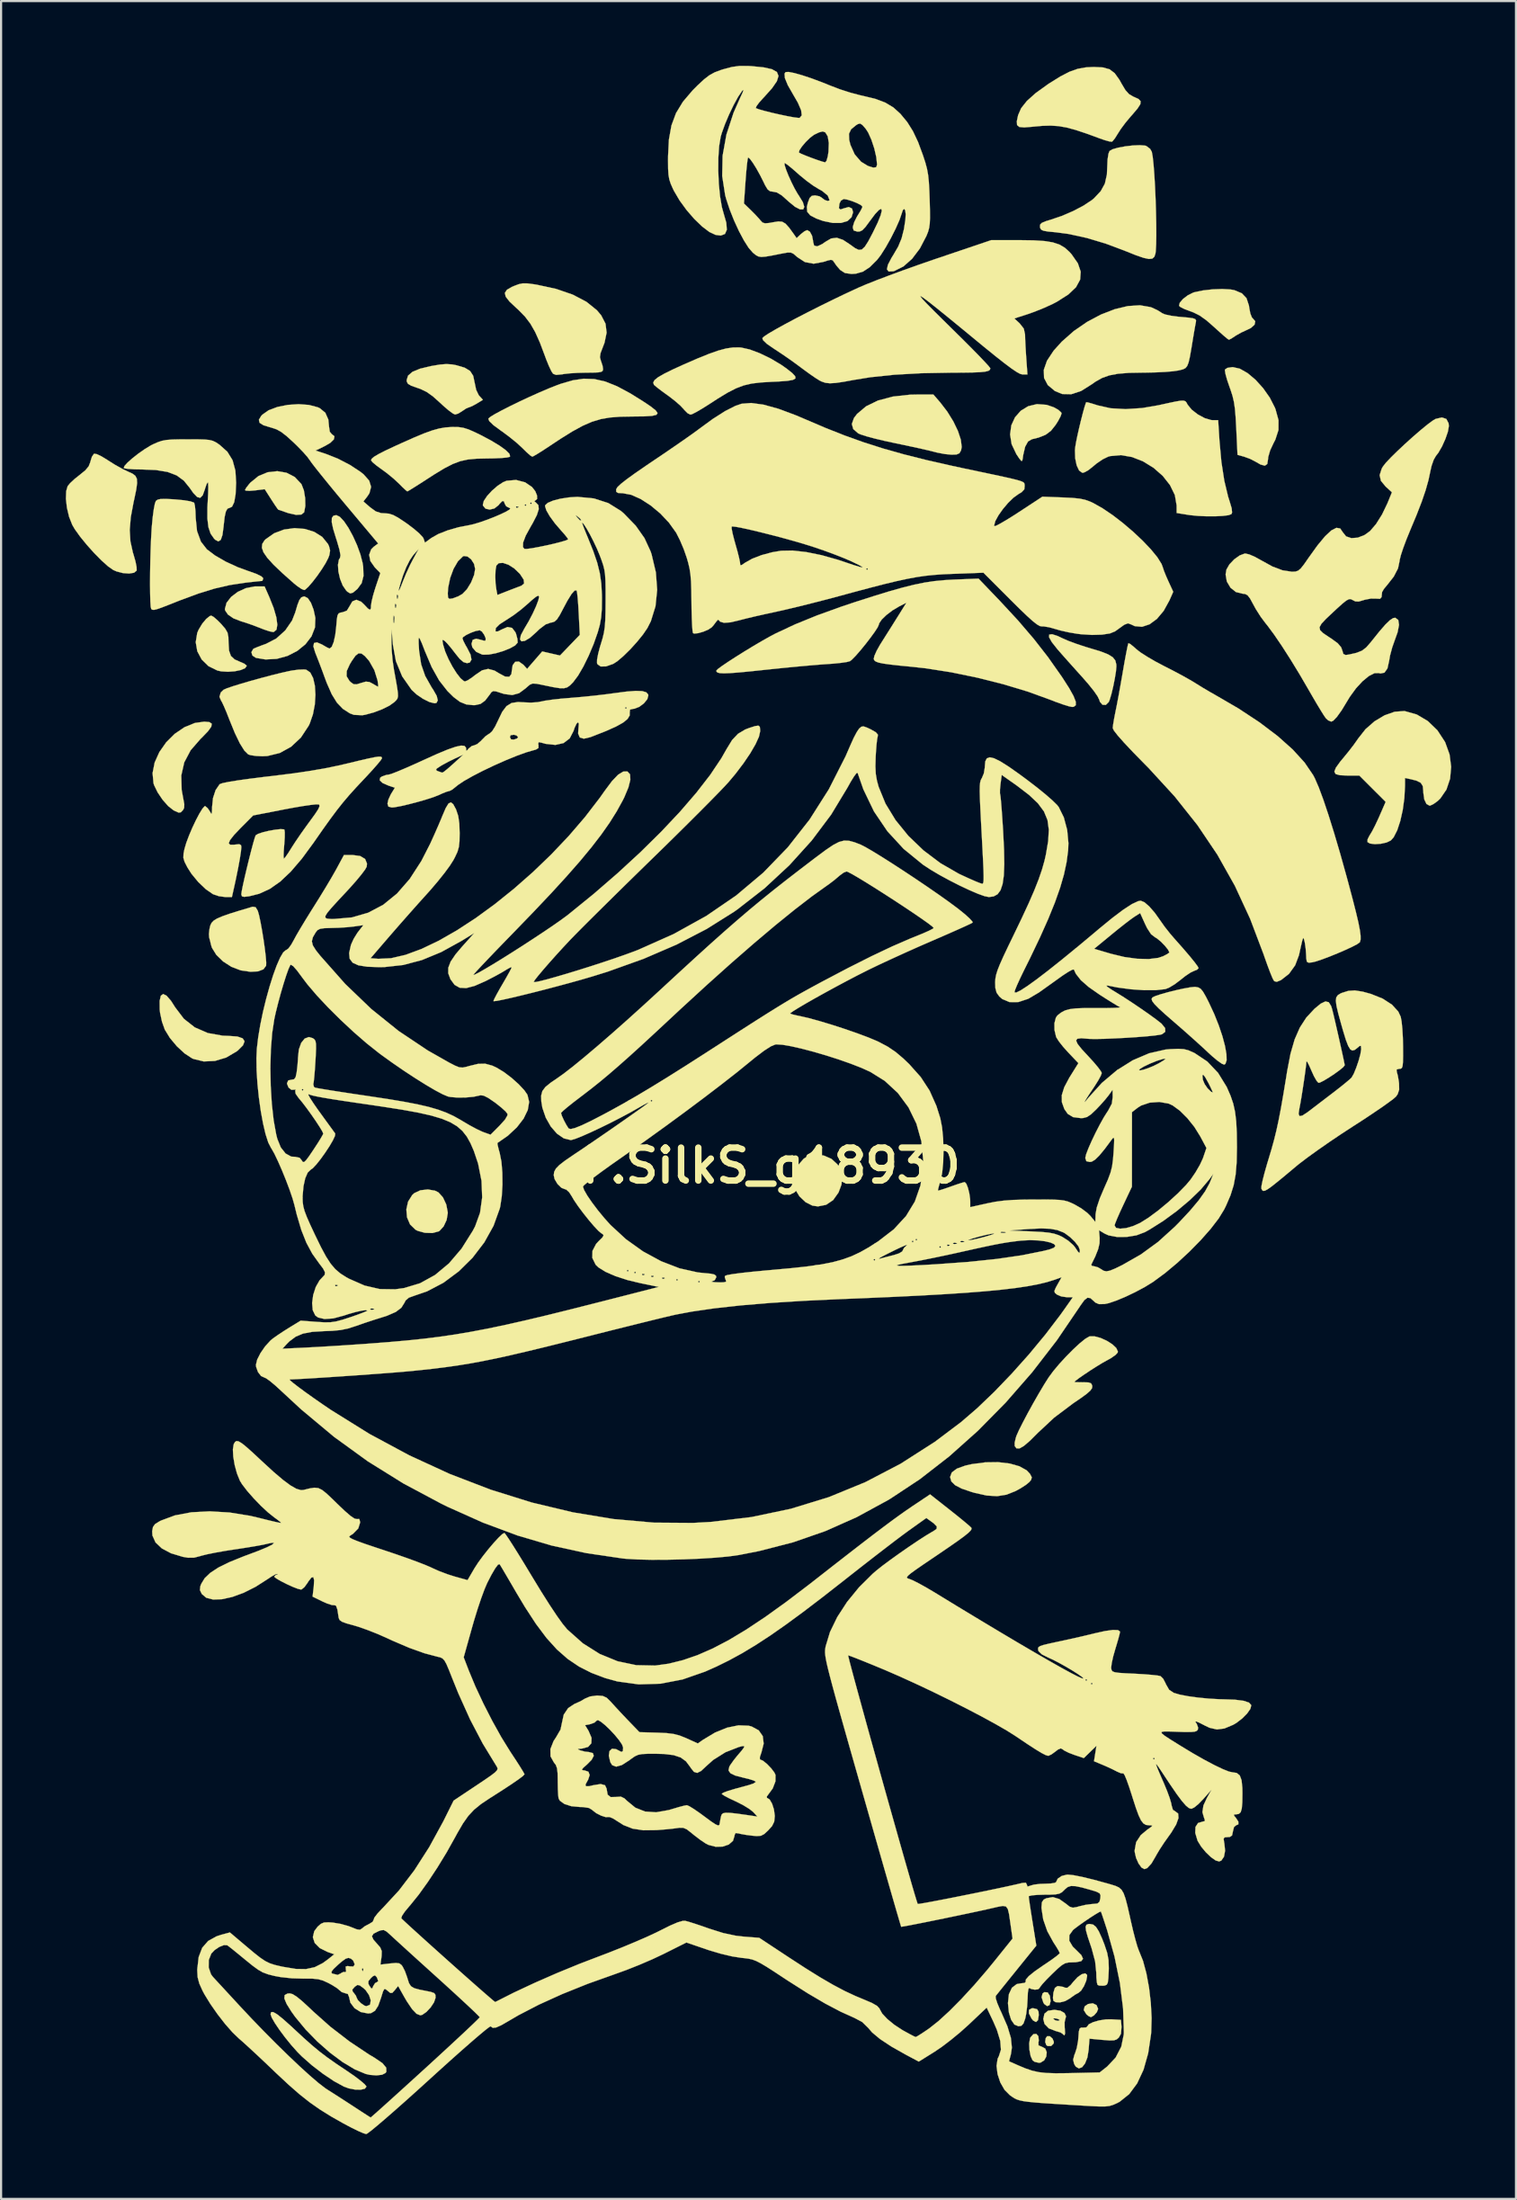
<source format=kicad_pcb>
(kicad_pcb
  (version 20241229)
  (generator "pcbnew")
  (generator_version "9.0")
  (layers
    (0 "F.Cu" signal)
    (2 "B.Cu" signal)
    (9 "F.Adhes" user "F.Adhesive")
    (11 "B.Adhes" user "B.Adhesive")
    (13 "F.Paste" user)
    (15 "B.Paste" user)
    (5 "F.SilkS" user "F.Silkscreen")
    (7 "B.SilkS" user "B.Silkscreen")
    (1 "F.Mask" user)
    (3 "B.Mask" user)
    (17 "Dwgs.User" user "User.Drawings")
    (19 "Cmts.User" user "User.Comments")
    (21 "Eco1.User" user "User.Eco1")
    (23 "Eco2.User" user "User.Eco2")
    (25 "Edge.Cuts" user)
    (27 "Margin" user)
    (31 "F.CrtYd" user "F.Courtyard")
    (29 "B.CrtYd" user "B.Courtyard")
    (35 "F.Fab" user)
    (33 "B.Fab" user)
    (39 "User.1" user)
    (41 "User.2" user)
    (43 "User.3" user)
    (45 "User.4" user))
  (footprint "F.SilkS_g18930"
    (layer "F.Cu")
    (at 32.688 50.961)
    (property "Reference" "F.SilkS_g18930" (at 0 0 0) (layer "F.SilkS") (effects (font (size 1.524 1.524) (thickness 0.3))))
    (attr through_hole)
    (fp_poly (pts (xy 12.818 38.31) (xy 12.919 38.465) (xy 12.953 38.714) (xy 12.906 38.897) (xy 12.792 38.944) (xy 12.658 38.846) (xy 12.618 38.783) (xy 12.536 38.534) (xy 12.581 38.357) (xy 12.666 38.297) (xy 12.818 38.31)) (stroke (width 0.01) (type solid)) (fill yes) (layer "F.SilkS"))
    (fp_poly (pts (xy 12.919 40.341) (xy 13.041 40.447) (xy 13.104 40.597) (xy 13.095 40.676) (xy 12.978 40.793) (xy 12.816 40.793) (xy 12.756 40.753) (xy 12.702 40.605) (xy 12.727 40.428) (xy 12.793 40.339) (xy 12.919 40.341)) (stroke (width 0.01) (type solid)) (fill yes) (layer "F.SilkS"))
    (fp_poly (pts (xy 12.171 39.047) (xy 12.33 39.088) (xy 12.394 39.199) (xy 12.404 39.363) (xy 12.369 39.597) (xy 12.276 39.682) (xy 12.142 39.61) (xy 12.073 39.525) (xy 11.948 39.284) (xy 11.952 39.118) (xy 12.082 39.045) (xy 12.171 39.047)) (stroke (width 0.01) (type solid)) (fill yes) (layer "F.SilkS"))
    (fp_poly (pts (xy 15.082 38.897) (xy 15.155 39.071) (xy 15.155 39.078) (xy 15.097 39.223) (xy 14.967 39.373) (xy 14.832 39.453) (xy 14.817 39.455) (xy 14.705 39.401) (xy 14.611 39.322) (xy 14.489 39.126) (xy 14.533 38.956) (xy 14.687 38.848) (xy 14.907 38.813) (xy 15.082 38.897)) (stroke (width 0.01) (type solid)) (fill yes) (layer "F.SilkS"))
    (fp_poly (pts (xy 2.438 -0.469) (xy 2.797 -0.314) (xy 3.076 -0.057) (xy 3.18 0.126) (xy 3.287 0.507) (xy 3.265 0.87) (xy 3.124 1.245) (xy 2.876 1.595) (xy 2.549 1.815) (xy 2.171 1.889) (xy 1.914 1.853) (xy 1.601 1.695) (xy 1.316 1.426) (xy 1.118 1.104) (xy 1.096 1.044) (xy 1.05 0.683) (xy 1.117 0.299) (xy 1.277 -0.053) (xy 1.511 -0.321) (xy 1.653 -0.409) (xy 2.041 -0.505) (xy 2.438 -0.469)) (stroke (width 0.01) (type solid)) (fill yes) (layer "F.SilkS"))
    (fp_poly (pts (xy 12.386 40.338) (xy 12.406 40.542) (xy 12.39 40.625) (xy 12.395 40.763) (xy 12.532 40.822) (xy 12.544 40.824) (xy 12.707 40.912) (xy 12.774 41.081) (xy 12.754 41.28) (xy 12.656 41.457) (xy 12.489 41.562) (xy 12.411 41.571) (xy 12.215 41.526) (xy 12.118 41.457) (xy 12.028 41.26) (xy 11.973 40.972) (xy 11.962 40.671) (xy 12 40.434) (xy 12.016 40.399) (xy 12.153 40.244) (xy 12.289 40.231) (xy 12.386 40.338)) (stroke (width 0.01) (type solid)) (fill yes) (layer "F.SilkS"))
    (fp_poly (pts (xy -15.573 1.161) (xy -15.419 1.239) (xy -15.21 1.469) (xy -15.056 1.799) (xy -14.987 2.158) (xy -14.986 2.203) (xy -15.039 2.518) (xy -15.177 2.813) (xy -15.365 3.021) (xy -15.405 3.045) (xy -15.693 3.123) (xy -16.045 3.113) (xy -16.38 3.021) (xy -16.484 2.967) (xy -16.733 2.725) (xy -16.874 2.397) (xy -16.905 2.029) (xy -16.826 1.669) (xy -16.634 1.362) (xy -16.539 1.275) (xy -16.254 1.142) (xy -15.906 1.103) (xy -15.573 1.161)) (stroke (width 0.01) (type solid)) (fill yes) (layer "F.SilkS"))
    (fp_poly (pts (xy -23.26 -26.352) (xy -23.056 -25.84) (xy -22.931 -25.406) (xy -22.886 -25.066) (xy -22.923 -24.835) (xy -23.044 -24.731) (xy -23.094 -24.726) (xy -23.25 -24.759) (xy -23.498 -24.841) (xy -23.707 -24.922) (xy -24.048 -25.053) (xy -24.403 -25.174) (xy -24.569 -25.224) (xy -24.92 -25.36) (xy -25.176 -25.537) (xy -25.306 -25.73) (xy -25.315 -25.795) (xy -25.237 -26.082) (xy -25.025 -26.354) (xy -24.716 -26.588) (xy -24.344 -26.757) (xy -23.947 -26.837) (xy -23.861 -26.839) (xy -23.476 -26.839) (xy -23.26 -26.352)) (stroke (width 0.01) (type solid)) (fill yes) (layer "F.SilkS"))
    (fp_poly (pts (xy 11.058 13.803) (xy 11.509 13.931) (xy 11.847 14.12) (xy 11.999 14.283) (xy 12.082 14.442) (xy 12.05 14.562) (xy 11.97 14.659) (xy 11.81 14.791) (xy 11.557 14.954) (xy 11.327 15.08) (xy 10.906 15.247) (xy 10.476 15.315) (xy 9.995 15.286) (xy 9.423 15.159) (xy 9.292 15.121) (xy 8.834 14.965) (xy 8.527 14.806) (xy 8.354 14.634) (xy 8.297 14.435) (xy 8.297 14.424) (xy 8.374 14.216) (xy 8.607 14.041) (xy 9.001 13.899) (xy 9.3 13.831) (xy 9.925 13.748) (xy 10.52 13.74) (xy 11.058 13.803)) (stroke (width 0.01) (type solid)) (fill yes) (layer "F.SilkS"))
    (fp_poly (pts (xy 12.772 -35.252) (xy 13.102 -35.139) (xy 13.316 -35.018) (xy 13.445 -34.899) (xy 13.462 -34.854) (xy 13.417 -34.721) (xy 13.302 -34.505) (xy 13.187 -34.323) (xy 12.971 -34.052) (xy 12.725 -33.867) (xy 12.398 -33.736) (xy 12.089 -33.66) (xy 11.907 -33.553) (xy 11.773 -33.311) (xy 11.682 -32.92) (xy 11.661 -32.766) (xy 11.639 -32.661) (xy 11.594 -32.655) (xy 11.503 -32.764) (xy 11.364 -32.973) (xy 11.147 -33.431) (xy 11.076 -33.881) (xy 11.133 -34.303) (xy 11.304 -34.675) (xy 11.57 -34.977) (xy 11.914 -35.188) (xy 12.32 -35.286) (xy 12.772 -35.252)) (stroke (width 0.01) (type solid)) (fill yes) (layer "F.SilkS"))
    (fp_poly (pts (xy 14.64 37.491) (xy 14.647 37.546) (xy 14.605 37.77) (xy 14.5 38.019) (xy 14.367 38.228) (xy 14.249 38.327) (xy 14.081 38.418) (xy 13.877 38.565) (xy 13.858 38.58) (xy 13.635 38.709) (xy 13.39 38.772) (xy 13.182 38.762) (xy 13.082 38.694) (xy 13.062 38.561) (xy 13.081 38.345) (xy 13.086 38.313) (xy 13.151 38.104) (xy 13.258 38.023) (xy 13.323 38.017) (xy 13.528 38.052) (xy 13.622 38.092) (xy 13.731 38.095) (xy 13.88 37.971) (xy 14.007 37.816) (xy 14.205 37.601) (xy 14.398 37.467) (xy 14.554 37.425) (xy 14.64 37.491)) (stroke (width 0.01) (type solid)) (fill yes) (layer "F.SilkS"))
    (fp_poly (pts (xy -21.472 -26.295) (xy -21.327 -26.079) (xy -21.205 -25.76) (xy -21.123 -25.379) (xy -21.14 -24.938) (xy -21.301 -24.525) (xy -21.583 -24.157) (xy -21.961 -23.85) (xy -22.412 -23.619) (xy -22.911 -23.482) (xy -23.434 -23.455) (xy -23.876 -23.528) (xy -24.039 -23.635) (xy -24.087 -23.791) (xy -24.006 -23.936) (xy -23.961 -23.965) (xy -23.81 -24.029) (xy -23.567 -24.121) (xy -23.41 -24.177) (xy -22.933 -24.425) (xy -22.518 -24.799) (xy -22.202 -25.258) (xy -22.056 -25.629) (xy -21.95 -25.988) (xy -21.862 -26.212) (xy -21.774 -26.33) (xy -21.667 -26.371) (xy -21.624 -26.374) (xy -21.472 -26.295)) (stroke (width 0.01) (type solid)) (fill yes) (layer "F.SilkS"))
    (fp_poly (pts (xy 14.923 35.167) (xy 15.056 35.273) (xy 15.188 35.48) (xy 15.338 35.811) (xy 15.451 36.1) (xy 15.576 36.478) (xy 15.638 36.81) (xy 15.65 37.187) (xy 15.646 37.328) (xy 15.63 37.655) (xy 15.605 37.849) (xy 15.559 37.948) (xy 15.476 37.987) (xy 15.406 37.998) (xy 15.221 37.996) (xy 15.131 37.963) (xy 15.099 37.852) (xy 15.076 37.625) (xy 15.07 37.387) (xy 15.017 36.871) (xy 14.856 36.269) (xy 14.817 36.153) (xy 14.675 35.733) (xy 14.595 35.446) (xy 14.575 35.268) (xy 14.615 35.174) (xy 14.713 35.139) (xy 14.772 35.137) (xy 14.923 35.167)) (stroke (width 0.01) (type solid)) (fill yes) (layer "F.SilkS"))
    (fp_poly (pts (xy -22.175 38.39) (xy -21.99 38.505) (xy -21.733 38.715) (xy -21.389 39.032) (xy -21.225 39.189) (xy -20.431 39.896) (xy -19.543 40.58) (xy -18.634 41.187) (xy -18.35 41.357) (xy -18.012 41.588) (xy -17.839 41.797) (xy -17.831 41.982) (xy -17.869 42.042) (xy -18.029 42.124) (xy -18.292 42.154) (xy -18.601 42.13) (xy -18.796 42.085) (xy -19.302 41.872) (xy -19.861 41.536) (xy -20.445 41.101) (xy -21.025 40.591) (xy -21.571 40.031) (xy -22.055 39.446) (xy -22.233 39.198) (xy -22.456 38.84) (xy -22.56 38.589) (xy -22.545 38.433) (xy -22.412 38.362) (xy -22.307 38.354) (xy -22.175 38.39)) (stroke (width 0.01) (type solid)) (fill yes) (layer "F.SilkS"))
    (fp_poly (pts (xy -21.612 -29.503) (xy -21.173 -29.366) (xy -20.806 -29.135) (xy -20.541 -28.81) (xy -20.49 -28.705) (xy -20.439 -28.501) (xy -20.475 -28.285) (xy -20.526 -28.151) (xy -20.647 -27.916) (xy -20.825 -27.632) (xy -21.033 -27.332) (xy -21.248 -27.053) (xy -21.441 -26.829) (xy -21.587 -26.694) (xy -21.64 -26.67) (xy -21.766 -26.722) (xy -21.964 -26.857) (xy -22.119 -26.982) (xy -22.654 -27.457) (xy -23.061 -27.846) (xy -23.349 -28.162) (xy -23.526 -28.419) (xy -23.601 -28.63) (xy -23.583 -28.809) (xy -23.481 -28.97) (xy -23.431 -29.021) (xy -23.032 -29.302) (xy -22.574 -29.474) (xy -22.09 -29.54) (xy -21.612 -29.503)) (stroke (width 0.01) (type solid)) (fill yes) (layer "F.SilkS"))
    (fp_poly (pts (xy -28.016 -7.873) (xy -27.81 -7.634) (xy -27.617 -7.332) (xy -27.216 -6.804) (xy -26.711 -6.407) (xy -26.108 -6.144) (xy -25.416 -6.021) (xy -25.141 -6.011) (xy -24.737 -5.983) (xy -24.49 -5.898) (xy -24.403 -5.761) (xy -24.476 -5.574) (xy -24.71 -5.34) (xy -24.772 -5.292) (xy -25.256 -5.008) (xy -25.776 -4.852) (xy -26.293 -4.828) (xy -26.77 -4.943) (xy -26.839 -4.974) (xy -27.184 -5.201) (xy -27.542 -5.532) (xy -27.862 -5.915) (xy -28.097 -6.297) (xy -28.102 -6.308) (xy -28.231 -6.67) (xy -28.319 -7.083) (xy -28.336 -7.239) (xy -28.339 -7.635) (xy -28.284 -7.873) (xy -28.175 -7.953) (xy -28.016 -7.873)) (stroke (width 0.01) (type solid)) (fill yes) (layer "F.SilkS"))
    (fp_poly (pts (xy -25.839 -25.426) (xy -25.663 -25.275) (xy -25.495 -25.106) (xy -25.299 -24.879) (xy -25.194 -24.698) (xy -25.153 -24.491) (xy -25.146 -24.233) (xy -25.123 -23.863) (xy -25.037 -23.618) (xy -24.864 -23.456) (xy -24.62 -23.348) (xy -24.42 -23.261) (xy -24.311 -23.175) (xy -24.304 -23.156) (xy -24.378 -23.05) (xy -24.577 -22.965) (xy -24.857 -22.907) (xy -25.173 -22.884) (xy -25.483 -22.903) (xy -25.661 -22.941) (xy -26.075 -23.144) (xy -26.391 -23.453) (xy -26.594 -23.834) (xy -26.667 -24.255) (xy -26.597 -24.683) (xy -26.533 -24.833) (xy -26.366 -25.11) (xy -26.18 -25.334) (xy -26.013 -25.466) (xy -25.946 -25.485) (xy -25.839 -25.426)) (stroke (width 0.01) (type solid)) (fill yes) (layer "F.SilkS"))
    (fp_poly (pts (xy -22.458 -32.106) (xy -22.077 -31.909) (xy -21.778 -31.591) (xy -21.759 -31.56) (xy -21.654 -31.287) (xy -21.595 -30.929) (xy -21.588 -30.565) (xy -21.641 -30.277) (xy -21.641 -30.275) (xy -21.767 -30.17) (xy -22.014 -30.155) (xy -22.361 -30.231) (xy -22.479 -30.271) (xy -22.692 -30.346) (xy -22.823 -30.39) (xy -22.84 -30.394) (xy -22.893 -30.46) (xy -23.011 -30.632) (xy -23.166 -30.87) (xy -23.469 -31.344) (xy -23.927 -31.287) (xy -24.178 -31.267) (xy -24.344 -31.277) (xy -24.384 -31.302) (xy -24.331 -31.403) (xy -24.199 -31.573) (xy -24.131 -31.65) (xy -23.759 -31.953) (xy -23.333 -32.129) (xy -22.888 -32.179) (xy -22.458 -32.106)) (stroke (width 0.01) (type solid)) (fill yes) (layer "F.SilkS"))
    (fp_poly (pts (xy -26.032 -20.551) (xy -25.924 -20.477) (xy -25.946 -20.338) (xy -26.1 -20.125) (xy -26.389 -19.826) (xy -26.445 -19.773) (xy -26.903 -19.246) (xy -27.199 -18.686) (xy -27.336 -18.08) (xy -27.319 -17.413) (xy -27.249 -17.028) (xy -27.197 -16.749) (xy -27.204 -16.577) (xy -27.259 -16.472) (xy -27.358 -16.372) (xy -27.459 -16.358) (xy -27.624 -16.429) (xy -27.704 -16.472) (xy -27.945 -16.662) (xy -28.202 -16.954) (xy -28.431 -17.293) (xy -28.592 -17.622) (xy -28.623 -17.715) (xy -28.667 -18.188) (xy -28.57 -18.68) (xy -28.352 -19.164) (xy -28.035 -19.616) (xy -27.64 -20.008) (xy -27.189 -20.315) (xy -26.704 -20.512) (xy -26.268 -20.572) (xy -26.032 -20.551)) (stroke (width 0.01) (type solid)) (fill yes) (layer "F.SilkS"))
    (fp_poly (pts (xy -19.989 -30.065) (xy -19.795 -29.857) (xy -19.587 -29.549) (xy -19.381 -29.17) (xy -19.192 -28.753) (xy -19.037 -28.329) (xy -18.933 -27.927) (xy -18.906 -27.757) (xy -18.892 -27.323) (xy -18.975 -26.993) (xy -19.168 -26.729) (xy -19.193 -26.705) (xy -19.379 -26.55) (xy -19.506 -26.514) (xy -19.633 -26.59) (xy -19.691 -26.645) (xy -19.853 -26.879) (xy -19.977 -27.19) (xy -20.055 -27.529) (xy -20.075 -27.844) (xy -20.029 -28.086) (xy -19.979 -28.162) (xy -19.958 -28.283) (xy -20.005 -28.539) (xy -20.121 -28.94) (xy -20.161 -29.061) (xy -20.297 -29.506) (xy -20.363 -29.817) (xy -20.358 -30.013) (xy -20.283 -30.115) (xy -20.151 -30.141) (xy -19.989 -30.065)) (stroke (width 0.01) (type solid)) (fill yes) (layer "F.SilkS"))
    (fp_poly (pts (xy 13.41 39.158) (xy 13.599 39.267) (xy 13.669 39.418) (xy 13.642 39.518) (xy 13.603 39.687) (xy 13.605 39.93) (xy 13.61 39.977) (xy 13.625 40.209) (xy 13.594 40.302) (xy 13.52 40.242) (xy 13.511 40.228) (xy 13.403 40.161) (xy 13.205 40.102) (xy 13.194 40.1) (xy 12.87 39.975) (xy 12.671 39.768) (xy 12.616 39.547) (xy 13.086 39.547) (xy 13.179 39.605) (xy 13.306 39.626) (xy 13.377 39.596) (xy 13.377 39.592) (xy 13.308 39.547) (xy 13.208 39.515) (xy 13.093 39.509) (xy 13.086 39.547) (xy 12.616 39.547) (xy 12.615 39.543) (xy 12.667 39.297) (xy 12.832 39.159) (xy 13.129 39.116) (xy 13.134 39.116) (xy 13.41 39.158)) (stroke (width 0.01) (type solid)) (fill yes) (layer "F.SilkS"))
    (fp_poly (pts (xy -23.89 -11.974) (xy -23.791 -11.809) (xy -23.732 -11.603) (xy -23.664 -11.285) (xy -23.593 -10.896) (xy -23.525 -10.475) (xy -23.466 -10.061) (xy -23.423 -9.695) (xy -23.4 -9.417) (xy -23.404 -9.266) (xy -23.528 -9.098) (xy -23.78 -9.002) (xy -24.133 -8.983) (xy -24.56 -9.045) (xy -24.596 -9.054) (xy -25.013 -9.213) (xy -25.399 -9.462) (xy -25.713 -9.768) (xy -25.916 -10.096) (xy -25.956 -10.225) (xy -26.007 -10.44) (xy -26.044 -10.574) (xy -26.054 -10.733) (xy -26.03 -10.962) (xy -26.026 -10.981) (xy -25.992 -11.126) (xy -25.936 -11.245) (xy -25.838 -11.35) (xy -25.679 -11.449) (xy -25.437 -11.553) (xy -25.092 -11.674) (xy -24.625 -11.82) (xy -24.026 -11.998) (xy -23.89 -11.974)) (stroke (width 0.01) (type solid)) (fill yes) (layer "F.SilkS"))
    (fp_poly (pts (xy 7.833 -35.37) (xy 8.165 -34.938) (xy 8.445 -34.485) (xy 8.659 -34.04) (xy 8.793 -33.635) (xy 8.833 -33.302) (xy 8.804 -33.143) (xy 8.727 -33.01) (xy 8.596 -32.952) (xy 8.363 -32.943) (xy 8.054 -32.972) (xy 7.704 -33.038) (xy 7.578 -33.07) (xy 7.351 -33.128) (xy 6.996 -33.21) (xy 6.553 -33.307) (xy 6.06 -33.412) (xy 5.734 -33.48) (xy 5.243 -33.586) (xy 4.792 -33.694) (xy 4.415 -33.796) (xy 4.146 -33.882) (xy 4.04 -33.928) (xy 3.808 -34.128) (xy 3.741 -34.364) (xy 3.837 -34.638) (xy 3.98 -34.828) (xy 4.401 -35.184) (xy 4.957 -35.454) (xy 5.637 -35.634) (xy 6.427 -35.722) (xy 6.771 -35.729) (xy 7.522 -35.729) (xy 7.833 -35.37)) (stroke (width 0.01) (type solid)) (fill yes) (layer "F.SilkS"))
    (fp_poly (pts (xy 13.289 -24.537) (xy 13.518 -24.429) (xy 13.778 -24.315) (xy 14.144 -24.18) (xy 14.558 -24.043) (xy 14.803 -23.969) (xy 15.282 -23.823) (xy 15.617 -23.691) (xy 15.832 -23.559) (xy 15.952 -23.409) (xy 15.998 -23.226) (xy 16.002 -23.139) (xy 15.982 -22.899) (xy 15.928 -22.568) (xy 15.855 -22.201) (xy 15.772 -21.855) (xy 15.692 -21.586) (xy 15.65 -21.484) (xy 15.513 -21.348) (xy 15.358 -21.355) (xy 15.238 -21.493) (xy 15.213 -21.577) (xy 15.135 -21.74) (xy 14.957 -21.997) (xy 14.699 -22.319) (xy 14.419 -22.639) (xy 14.093 -23.001) (xy 13.765 -23.367) (xy 13.475 -23.694) (xy 13.271 -23.927) (xy 13.011 -24.255) (xy 12.883 -24.483) (xy 12.888 -24.606) (xy 13.023 -24.625) (xy 13.289 -24.537)) (stroke (width 0.01) (type solid)) (fill yes) (layer "F.SilkS"))
    (fp_poly (pts (xy 16.214 39.582) (xy 16.24 39.907) (xy 16.215 40.225) (xy 16.116 40.4) (xy 16.018 40.486) (xy 15.891 40.529) (xy 15.69 40.535) (xy 15.367 40.51) (xy 15.36 40.51) (xy 14.754 40.453) (xy 14.716 40.967) (xy 14.658 41.326) (xy 14.55 41.601) (xy 14.413 41.776) (xy 14.264 41.831) (xy 14.121 41.749) (xy 14.044 41.624) (xy 13.998 41.429) (xy 14.055 41.206) (xy 14.085 41.137) (xy 14.167 40.883) (xy 14.227 40.556) (xy 14.242 40.386) (xy 14.262 40.12) (xy 14.3 39.983) (xy 14.373 39.938) (xy 14.457 39.941) (xy 14.605 39.93) (xy 14.647 39.89) (xy 14.724 39.786) (xy 14.924 39.688) (xy 15.202 39.608) (xy 15.51 39.56) (xy 15.752 39.555) (xy 16.214 39.582)) (stroke (width 0.01) (type solid)) (fill yes) (layer "F.SilkS"))
    (fp_poly (pts (xy -22.901 39.319) (xy -22.639 39.526) (xy -22.277 39.848) (xy -22.131 39.984) (xy -21.665 40.415) (xy -21.277 40.76) (xy -20.925 41.052) (xy -20.568 41.323) (xy -20.164 41.608) (xy -19.671 41.938) (xy -19.65 41.952) (xy -19.31 42.186) (xy -19.03 42.398) (xy -18.836 42.565) (xy -18.755 42.666) (xy -18.754 42.672) (xy -18.827 42.771) (xy -19.018 42.817) (xy -19.282 42.812) (xy -19.575 42.755) (xy -19.795 42.675) (xy -20.254 42.425) (xy -20.767 42.082) (xy -21.284 41.685) (xy -21.752 41.272) (xy -21.95 41.073) (xy -22.237 40.751) (xy -22.521 40.4) (xy -22.782 40.05) (xy -22.996 39.734) (xy -23.142 39.48) (xy -23.199 39.321) (xy -23.199 39.318) (xy -23.169 39.222) (xy -23.074 39.22) (xy -22.901 39.319)) (stroke (width 0.01) (type solid)) (fill yes) (layer "F.SilkS"))
    (fp_poly (pts (xy 21.727 -36.925) (xy 22.085 -36.721) (xy 22.452 -36.412) (xy 22.802 -36.025) (xy 23.11 -35.588) (xy 23.347 -35.125) (xy 23.377 -35.048) (xy 23.516 -34.541) (xy 23.514 -34.086) (xy 23.369 -33.638) (xy 23.283 -33.473) (xy 23.128 -33.141) (xy 23.04 -32.837) (xy 23.029 -32.725) (xy 22.995 -32.511) (xy 22.884 -32.433) (xy 22.683 -32.487) (xy 22.479 -32.604) (xy 22.211 -32.744) (xy 21.922 -32.851) (xy 21.92 -32.851) (xy 21.616 -32.935) (xy 21.558 -34.165) (xy 21.529 -34.682) (xy 21.496 -35.075) (xy 21.45 -35.389) (xy 21.385 -35.667) (xy 21.292 -35.955) (xy 21.245 -36.085) (xy 21.134 -36.41) (xy 21.059 -36.681) (xy 21.03 -36.856) (xy 21.034 -36.887) (xy 21.145 -36.965) (xy 21.372 -36.999) (xy 21.407 -36.999) (xy 21.727 -36.925)) (stroke (width 0.01) (type solid)) (fill yes) (layer "F.SilkS"))
    (fp_poly (pts (xy 19.659 -8.282) (xy 19.798 -8.257) (xy 19.908 -8.194) (xy 20.017 -8.062) (xy 20.15 -7.83) (xy 20.288 -7.559) (xy 20.536 -7.026) (xy 20.747 -6.498) (xy 20.916 -5.996) (xy 21.036 -5.544) (xy 21.103 -5.164) (xy 21.111 -4.879) (xy 21.054 -4.713) (xy 20.997 -4.681) (xy 20.885 -4.726) (xy 20.686 -4.866) (xy 20.433 -5.078) (xy 20.269 -5.228) (xy 19.977 -5.5) (xy 19.6 -5.841) (xy 19.182 -6.213) (xy 18.769 -6.574) (xy 18.685 -6.646) (xy 18.265 -7.012) (xy 17.963 -7.287) (xy 17.767 -7.487) (xy 17.662 -7.627) (xy 17.634 -7.723) (xy 17.67 -7.79) (xy 17.671 -7.792) (xy 17.806 -7.858) (xy 18.063 -7.943) (xy 18.398 -8.037) (xy 18.767 -8.129) (xy 19.125 -8.208) (xy 19.429 -8.263) (xy 19.633 -8.283) (xy 19.659 -8.282)) (stroke (width 0.01) (type solid)) (fill yes) (layer "F.SilkS"))
    (fp_poly (pts (xy 21.294 -40.598) (xy 21.471 -40.566) (xy 21.817 -40.421) (xy 22.033 -40.193) (xy 22.146 -39.851) (xy 22.162 -39.733) (xy 22.211 -39.481) (xy 22.283 -39.302) (xy 22.322 -39.26) (xy 22.439 -39.124) (xy 22.406 -38.967) (xy 22.235 -38.813) (xy 22.082 -38.738) (xy 21.801 -38.609) (xy 21.547 -38.466) (xy 21.497 -38.433) (xy 21.326 -38.321) (xy 21.22 -38.27) (xy 21.216 -38.269) (xy 21.136 -38.323) (xy 20.962 -38.469) (xy 20.723 -38.682) (xy 20.54 -38.849) (xy 20.173 -39.17) (xy 19.866 -39.389) (xy 19.572 -39.536) (xy 19.424 -39.59) (xy 19.16 -39.689) (xy 18.971 -39.784) (xy 18.905 -39.842) (xy 18.94 -39.983) (xy 19.087 -40.155) (xy 19.305 -40.323) (xy 19.55 -40.447) (xy 19.611 -40.468) (xy 20.002 -40.551) (xy 20.454 -40.603) (xy 20.906 -40.62) (xy 21.294 -40.598)) (stroke (width 0.01) (type solid)) (fill yes) (layer "F.SilkS"))
    (fp_poly (pts (xy -21.545 -22.979) (xy -21.359 -22.85) (xy -21.226 -22.593) (xy -21.145 -22.238) (xy -21.119 -21.818) (xy -21.148 -21.365) (xy -21.235 -20.912) (xy -21.381 -20.49) (xy -21.431 -20.384) (xy -21.792 -19.837) (xy -22.245 -19.411) (xy -22.771 -19.121) (xy -23.347 -18.98) (xy -23.58 -18.969) (xy -23.879 -18.983) (xy -24.125 -19.02) (xy -24.234 -19.056) (xy -24.412 -19.231) (xy -24.62 -19.563) (xy -24.852 -20.042) (xy -25.104 -20.659) (xy -25.24 -21.006) (xy -25.363 -21.294) (xy -25.454 -21.487) (xy -25.49 -21.543) (xy -25.567 -21.724) (xy -25.507 -21.924) (xy -25.377 -22.05) (xy -25.229 -22.116) (xy -24.949 -22.212) (xy -24.57 -22.329) (xy -24.126 -22.459) (xy -23.649 -22.591) (xy -23.173 -22.717) (xy -22.73 -22.827) (xy -22.354 -22.912) (xy -22.207 -22.941) (xy -21.909 -22.981) (xy -21.652 -22.991) (xy -21.545 -22.979)) (stroke (width 0.01) (type solid)) (fill yes) (layer "F.SilkS"))
    (fp_poly (pts (xy -14.786 -37.125) (xy -14.588 -37.088) (xy -14.2 -36.973) (xy -13.95 -36.82) (xy -13.807 -36.598) (xy -13.74 -36.277) (xy -13.739 -36.276) (xy -13.67 -35.948) (xy -13.551 -35.702) (xy -13.526 -35.671) (xy -13.357 -35.485) (xy -13.642 -35.311) (xy -13.846 -35.199) (xy -13.992 -35.138) (xy -14.012 -35.135) (xy -14.133 -35.085) (xy -14.307 -34.969) (xy -14.309 -34.967) (xy -14.497 -34.85) (xy -14.647 -34.803) (xy -14.761 -34.859) (xy -14.961 -35.008) (xy -15.21 -35.224) (xy -15.338 -35.343) (xy -15.676 -35.646) (xy -15.964 -35.85) (xy -16.252 -35.989) (xy -16.396 -36.038) (xy -16.675 -36.136) (xy -16.826 -36.223) (xy -16.884 -36.324) (xy -16.891 -36.398) (xy -16.826 -36.607) (xy -16.624 -36.781) (xy -16.274 -36.926) (xy -15.767 -37.048) (xy -15.75 -37.051) (xy -15.347 -37.119) (xy -15.047 -37.142) (xy -14.786 -37.125)) (stroke (width 0.01) (type solid)) (fill yes) (layer "F.SilkS"))
    (fp_poly (pts (xy -11.289 -40.879) (xy -10.987 -40.839) (xy -10.857 -40.818) (xy -9.962 -40.624) (xy -9.193 -40.359) (xy -8.561 -40.028) (xy -8.074 -39.636) (xy -7.874 -39.398) (xy -7.674 -39.011) (xy -7.624 -38.597) (xy -7.721 -38.13) (xy -7.801 -37.922) (xy -7.905 -37.648) (xy -7.933 -37.462) (xy -7.892 -37.302) (xy -7.886 -37.288) (xy -7.812 -37.065) (xy -7.789 -36.911) (xy -7.803 -36.833) (xy -7.864 -36.784) (xy -8.006 -36.757) (xy -8.258 -36.746) (xy -8.572 -36.743) (xy -8.962 -36.734) (xy -9.325 -36.712) (xy -9.602 -36.681) (xy -9.67 -36.668) (xy -9.963 -36.639) (xy -10.104 -36.691) (xy -10.184 -36.811) (xy -10.297 -37.049) (xy -10.426 -37.364) (xy -10.485 -37.526) (xy -10.717 -38.141) (xy -10.934 -38.625) (xy -11.158 -39.015) (xy -11.41 -39.346) (xy -11.71 -39.652) (xy -11.807 -39.739) (xy -12.124 -40.038) (xy -12.301 -40.264) (xy -12.34 -40.439) (xy -12.245 -40.583) (xy -12.016 -40.716) (xy -11.915 -40.76) (xy -11.694 -40.843) (xy -11.505 -40.882) (xy -11.289 -40.879)) (stroke (width 0.01) (type solid)) (fill yes) (layer "F.SilkS"))
    (fp_poly (pts (xy -8.194 -36.447) (xy -7.69 -36.333) (xy -7.146 -36.116) (xy -6.535 -35.789) (xy -5.948 -35.424) (xy -5.585 -35.181) (xy -5.354 -35) (xy -5.262 -34.873) (xy -5.314 -34.79) (xy -5.518 -34.741) (xy -5.878 -34.719) (xy -6.401 -34.713) (xy -6.421 -34.713) (xy -6.986 -34.703) (xy -7.468 -34.666) (xy -7.9 -34.591) (xy -8.314 -34.465) (xy -8.741 -34.278) (xy -9.214 -34.019) (xy -9.765 -33.676) (xy -10.263 -33.346) (xy -10.574 -33.141) (xy -10.834 -32.978) (xy -11.012 -32.875) (xy -11.07 -32.851) (xy -11.162 -32.907) (xy -11.33 -33.055) (xy -11.518 -33.24) (xy -11.775 -33.479) (xy -12.111 -33.753) (xy -12.458 -34.012) (xy -12.515 -34.05) (xy -12.865 -34.308) (xy -13.062 -34.498) (xy -13.107 -34.61) (xy -13.024 -34.687) (xy -12.812 -34.818) (xy -12.497 -34.989) (xy -12.104 -35.189) (xy -11.661 -35.405) (xy -11.193 -35.623) (xy -10.727 -35.832) (xy -10.288 -36.019) (xy -9.904 -36.17) (xy -9.75 -36.226) (xy -9.196 -36.388) (xy -8.687 -36.463) (xy -8.194 -36.447)) (stroke (width 0.01) (type solid)) (fill yes) (layer "F.SilkS"))
    (fp_poly (pts (xy -1.381 -37.905) (xy -0.992 -37.818) (xy -0.523 -37.642) (xy -0.021 -37.399) (xy 0.465 -37.11) (xy 0.733 -36.921) (xy 0.979 -36.725) (xy 1.115 -36.58) (xy 1.129 -36.477) (xy 1.012 -36.408) (xy 0.752 -36.363) (xy 0.339 -36.333) (xy 0.042 -36.32) (xy -0.472 -36.29) (xy -0.894 -36.24) (xy -1.266 -36.154) (xy -1.626 -36.018) (xy -2.014 -35.819) (xy -2.471 -35.542) (xy -2.841 -35.302) (xy -3.166 -35.096) (xy -3.448 -34.93) (xy -3.652 -34.825) (xy -3.735 -34.798) (xy -3.867 -34.861) (xy -4.023 -35.016) (xy -4.047 -35.047) (xy -4.205 -35.215) (xy -4.455 -35.434) (xy -4.748 -35.661) (xy -4.804 -35.7) (xy -5.076 -35.897) (xy -5.293 -36.064) (xy -5.42 -36.171) (xy -5.434 -36.188) (xy -5.463 -36.287) (xy -5.403 -36.398) (xy -5.241 -36.529) (xy -4.962 -36.691) (xy -4.551 -36.894) (xy -4.091 -37.104) (xy -3.426 -37.394) (xy -2.887 -37.612) (xy -2.449 -37.766) (xy -2.087 -37.863) (xy -1.777 -37.909) (xy -1.494 -37.914) (xy -1.381 -37.905)) (stroke (width 0.01) (type solid)) (fill yes) (layer "F.SilkS"))
    (fp_poly (pts (xy 15.374 -50.887) (xy 15.684 -50.801) (xy 15.924 -50.62) (xy 16.141 -50.317) (xy 16.243 -50.133) (xy 16.42 -49.837) (xy 16.586 -49.652) (xy 16.788 -49.532) (xy 16.846 -49.508) (xy 17.036 -49.418) (xy 17.126 -49.318) (xy 17.111 -49.182) (xy 16.985 -48.986) (xy 16.745 -48.702) (xy 16.671 -48.62) (xy 16.43 -48.333) (xy 16.207 -48.034) (xy 16.072 -47.822) (xy 15.939 -47.609) (xy 15.827 -47.47) (xy 15.79 -47.444) (xy 15.67 -47.459) (xy 15.448 -47.522) (xy 15.24 -47.594) (xy 14.618 -47.822) (xy 14.114 -47.99) (xy 13.694 -48.103) (xy 13.32 -48.168) (xy 12.956 -48.191) (xy 12.566 -48.18) (xy 12.112 -48.139) (xy 12.1 -48.137) (xy 11.731 -48.107) (xy 11.506 -48.127) (xy 11.399 -48.216) (xy 11.388 -48.394) (xy 11.447 -48.674) (xy 11.588 -48.997) (xy 11.856 -49.335) (xy 12.263 -49.699) (xy 12.82 -50.1) (xy 12.904 -50.156) (xy 13.407 -50.469) (xy 13.826 -50.685) (xy 14.205 -50.82) (xy 14.584 -50.889) (xy 14.947 -50.907) (xy 15.374 -50.887)) (stroke (width 0.01) (type solid)) (fill yes) (layer "F.SilkS"))
    (fp_poly (pts (xy -31.247 -32.966) (xy -31.032 -32.864) (xy -30.768 -32.704) (xy -30.734 -32.681) (xy -30.404 -32.473) (xy -30.058 -32.28) (xy -29.797 -32.155) (xy -29.597 -32.064) (xy -29.465 -31.965) (xy -29.396 -31.83) (xy -29.384 -31.628) (xy -29.423 -31.331) (xy -29.51 -30.909) (xy -29.549 -30.734) (xy -29.678 -30.041) (xy -29.726 -29.454) (xy -29.694 -28.927) (xy -29.582 -28.418) (xy -29.549 -28.311) (xy -29.46 -27.999) (xy -29.408 -27.738) (xy -29.403 -27.579) (xy -29.406 -27.57) (xy -29.525 -27.473) (xy -29.754 -27.436) (xy -30.041 -27.457) (xy -30.339 -27.535) (xy -30.49 -27.601) (xy -30.731 -27.77) (xy -31.036 -28.043) (xy -31.374 -28.386) (xy -31.713 -28.764) (xy -32.022 -29.142) (xy -32.268 -29.485) (xy -32.388 -29.689) (xy -32.536 -30.065) (xy -32.636 -30.486) (xy -32.683 -30.901) (xy -32.669 -31.259) (xy -32.603 -31.484) (xy -32.486 -31.627) (xy -32.277 -31.821) (xy -32.054 -31.998) (xy -31.784 -32.218) (xy -31.628 -32.405) (xy -31.551 -32.604) (xy -31.544 -32.638) (xy -31.477 -32.852) (xy -31.386 -32.98) (xy -31.37 -32.989) (xy -31.247 -32.966)) (stroke (width 0.01) (type solid)) (fill yes) (layer "F.SilkS"))
    (fp_poly (pts (xy -14.489 -34.222) (xy -14.261 -34.188) (xy -14.019 -34.112) (xy -13.714 -33.977) (xy -13.441 -33.844) (xy -12.966 -33.591) (xy -12.578 -33.356) (xy -12.294 -33.149) (xy -12.128 -32.982) (xy -12.097 -32.867) (xy -12.122 -32.84) (xy -12.248 -32.811) (xy -12.505 -32.788) (xy -12.851 -32.772) (xy -13.184 -32.767) (xy -13.658 -32.757) (xy -14.053 -32.72) (xy -14.405 -32.643) (xy -14.754 -32.512) (xy -15.139 -32.314) (xy -15.599 -32.036) (xy -15.919 -31.83) (xy -16.262 -31.608) (xy -16.551 -31.425) (xy -16.759 -31.297) (xy -16.857 -31.243) (xy -16.86 -31.242) (xy -16.935 -31.298) (xy -17.089 -31.442) (xy -17.234 -31.589) (xy -17.491 -31.828) (xy -17.811 -32.091) (xy -18.055 -32.269) (xy -18.297 -32.446) (xy -18.472 -32.593) (xy -18.542 -32.681) (xy -18.542 -32.683) (xy -18.51 -32.755) (xy -18.402 -32.847) (xy -18.199 -32.968) (xy -17.886 -33.128) (xy -17.442 -33.336) (xy -17.144 -33.472) (xy -16.553 -33.735) (xy -16.082 -33.931) (xy -15.702 -34.068) (xy -15.382 -34.156) (xy -15.093 -34.206) (xy -14.805 -34.225) (xy -14.753 -34.226) (xy -14.489 -34.222)) (stroke (width 0.01) (type solid)) (fill yes) (layer "F.SilkS"))
    (fp_poly (pts (xy 17.328 -47.265) (xy 17.388 -47.248) (xy 17.566 -47.114) (xy 17.644 -46.975) (xy 17.685 -46.751) (xy 17.724 -46.39) (xy 17.76 -45.923) (xy 17.792 -45.382) (xy 17.818 -44.8) (xy 17.837 -44.207) (xy 17.849 -43.636) (xy 17.852 -43.119) (xy 17.845 -42.687) (xy 17.827 -42.373) (xy 17.812 -42.259) (xy 17.761 -42.111) (xy 17.668 -42.028) (xy 17.509 -42.011) (xy 17.264 -42.063) (xy 16.91 -42.184) (xy 16.426 -42.378) (xy 16.418 -42.381) (xy 15.521 -42.718) (xy 14.631 -42.985) (xy 13.793 -43.169) (xy 13.181 -43.25) (xy 12.837 -43.282) (xy 12.628 -43.318) (xy 12.518 -43.368) (xy 12.471 -43.445) (xy 12.462 -43.494) (xy 12.468 -43.604) (xy 12.549 -43.686) (xy 12.738 -43.764) (xy 12.927 -43.821) (xy 13.468 -44.003) (xy 14.004 -44.234) (xy 14.487 -44.488) (xy 14.869 -44.742) (xy 14.964 -44.821) (xy 15.278 -45.156) (xy 15.469 -45.504) (xy 15.562 -45.92) (xy 15.579 -46.288) (xy 15.594 -46.625) (xy 15.635 -46.887) (xy 15.684 -47.013) (xy 15.823 -47.094) (xy 16.081 -47.168) (xy 16.411 -47.229) (xy 16.761 -47.27) (xy 17.083 -47.284) (xy 17.328 -47.265)) (stroke (width 0.01) (type solid)) (fill yes) (layer "F.SilkS"))
    (fp_poly (pts (xy 17.581 -39.782) (xy 17.674 -39.748) (xy 17.911 -39.634) (xy 18.094 -39.52) (xy 18.116 -39.502) (xy 18.262 -39.44) (xy 18.535 -39.381) (xy 18.891 -39.334) (xy 18.986 -39.326) (xy 19.339 -39.294) (xy 19.555 -39.263) (xy 19.663 -39.222) (xy 19.695 -39.16) (xy 19.686 -39.085) (xy 19.652 -38.908) (xy 19.603 -38.629) (xy 19.557 -38.354) (xy 19.473 -37.841) (xy 19.407 -37.469) (xy 19.348 -37.215) (xy 19.283 -37.051) (xy 19.203 -36.955) (xy 19.094 -36.9) (xy 18.947 -36.861) (xy 18.871 -36.844) (xy 18.628 -36.808) (xy 18.261 -36.777) (xy 17.815 -36.756) (xy 17.337 -36.746) (xy 17.224 -36.745) (xy 16.585 -36.734) (xy 16.08 -36.694) (xy 15.676 -36.618) (xy 15.338 -36.498) (xy 15.034 -36.327) (xy 14.875 -36.214) (xy 14.374 -35.898) (xy 13.913 -35.745) (xy 13.49 -35.754) (xy 13.154 -35.892) (xy 12.822 -36.17) (xy 12.65 -36.498) (xy 12.638 -36.874) (xy 12.786 -37.296) (xy 13.094 -37.762) (xy 13.472 -38.181) (xy 14.033 -38.675) (xy 14.644 -39.095) (xy 15.282 -39.434) (xy 15.92 -39.682) (xy 16.532 -39.829) (xy 17.095 -39.866) (xy 17.581 -39.782)) (stroke (width 0.01) (type solid)) (fill yes) (layer "F.SilkS"))
    (fp_poly (pts (xy 15.272 7.985) (xy 15.559 8.115) (xy 15.814 8.278) (xy 15.997 8.451) (xy 16.071 8.611) (xy 16.063 8.661) (xy 15.962 8.772) (xy 15.757 8.916) (xy 15.561 9.025) (xy 15.353 9.141) (xy 15.084 9.305) (xy 14.789 9.493) (xy 14.504 9.683) (xy 14.263 9.851) (xy 14.102 9.974) (xy 14.055 10.025) (xy 14.131 10.035) (xy 14.324 10.039) (xy 14.457 10.038) (xy 14.704 10.045) (xy 14.83 10.087) (xy 14.879 10.183) (xy 14.885 10.218) (xy 14.873 10.312) (xy 14.796 10.422) (xy 14.634 10.567) (xy 14.366 10.764) (xy 13.996 11.016) (xy 13.116 11.678) (xy 12.368 12.376) (xy 11.998 12.746) (xy 11.717 12.986) (xy 11.513 13.103) (xy 11.374 13.102) (xy 11.29 12.993) (xy 11.288 12.839) (xy 11.342 12.604) (xy 11.376 12.506) (xy 11.487 12.257) (xy 11.666 11.901) (xy 11.892 11.474) (xy 12.145 11.015) (xy 12.405 10.561) (xy 12.65 10.149) (xy 12.852 9.828) (xy 13.073 9.527) (xy 13.355 9.19) (xy 13.673 8.844) (xy 13.998 8.516) (xy 14.302 8.234) (xy 14.56 8.025) (xy 14.743 7.918) (xy 14.76 7.912) (xy 14.993 7.91) (xy 15.272 7.985)) (stroke (width 0.01) (type solid)) (fill yes) (layer "F.SilkS"))
    (fp_poly (pts (xy -27.703 -30.876) (xy -27.606 -30.869) (xy -27.212 -30.831) (xy -26.919 -30.782) (xy -26.757 -30.727) (xy -26.738 -30.71) (xy -26.705 -30.578) (xy -26.68 -30.33) (xy -26.669 -30.019) (xy -26.669 -30.014) (xy -26.607 -29.406) (xy -26.427 -28.914) (xy -26.152 -28.56) (xy -25.775 -28.275) (xy -25.283 -27.99) (xy -24.727 -27.733) (xy -24.258 -27.562) (xy -23.878 -27.428) (xy -23.634 -27.311) (xy -23.538 -27.22) (xy -23.537 -27.213) (xy -23.574 -27.104) (xy -23.601 -27.093) (xy -23.709 -27.083) (xy -23.942 -27.059) (xy -24.257 -27.024) (xy -24.384 -27.009) (xy -25.09 -26.902) (xy -25.799 -26.738) (xy -26.557 -26.504) (xy -27.407 -26.189) (xy -27.48 -26.16) (xy -27.929 -25.982) (xy -28.246 -25.859) (xy -28.458 -25.786) (xy -28.59 -25.753) (xy -28.667 -25.755) (xy -28.716 -25.782) (xy -28.73 -25.795) (xy -28.754 -25.902) (xy -28.77 -26.15) (xy -28.78 -26.511) (xy -28.784 -26.958) (xy -28.781 -27.462) (xy -28.772 -27.995) (xy -28.757 -28.529) (xy -28.737 -29.036) (xy -28.711 -29.489) (xy -28.701 -29.623) (xy -28.66 -30.053) (xy -28.611 -30.416) (xy -28.56 -30.677) (xy -28.514 -30.798) (xy -28.434 -30.858) (xy -28.295 -30.889) (xy -28.062 -30.894) (xy -27.703 -30.876)) (stroke (width 0.01) (type solid)) (fill yes) (layer "F.SilkS"))
    (fp_poly (pts (xy 29.377 -21.059) (xy 29.926 -20.903) (xy 30.437 -20.6) (xy 30.881 -20.17) (xy 31.23 -19.637) (xy 31.244 -19.608) (xy 31.444 -19.052) (xy 31.517 -18.481) (xy 31.468 -17.929) (xy 31.3 -17.428) (xy 31.017 -17.014) (xy 30.89 -16.893) (xy 30.698 -16.755) (xy 30.542 -16.682) (xy 30.519 -16.679) (xy 30.374 -16.757) (xy 30.272 -16.971) (xy 30.227 -17.289) (xy 30.226 -17.348) (xy 30.203 -17.586) (xy 30.109 -17.738) (xy 29.909 -17.839) (xy 29.654 -17.904) (xy 29.379 -17.963) (xy 29.378 -17.596) (xy 29.349 -17.034) (xy 29.274 -16.481) (xy 29.16 -15.972) (xy 29.018 -15.54) (xy 28.855 -15.219) (xy 28.726 -15.072) (xy 28.527 -14.974) (xy 28.26 -14.915) (xy 27.983 -14.897) (xy 27.755 -14.925) (xy 27.639 -14.994) (xy 27.644 -15.12) (xy 27.735 -15.299) (xy 27.744 -15.312) (xy 27.855 -15.495) (xy 28.002 -15.781) (xy 28.158 -16.114) (xy 28.194 -16.196) (xy 28.482 -16.856) (xy 27.871 -17.466) (xy 27.261 -18.076) (xy 26.692 -18.076) (xy 26.359 -18.091) (xy 26.164 -18.145) (xy 26.104 -18.256) (xy 26.175 -18.44) (xy 26.374 -18.716) (xy 26.528 -18.901) (xy 26.776 -19.205) (xy 27.01 -19.509) (xy 27.184 -19.755) (xy 27.202 -19.783) (xy 27.547 -20.222) (xy 27.969 -20.591) (xy 28.433 -20.867) (xy 28.902 -21.032) (xy 29.342 -21.063) (xy 29.377 -21.059)) (stroke (width 0.01) (type solid)) (fill yes) (layer "F.SilkS"))
    (fp_poly (pts (xy -26.583 -33.654) (xy -26.262 -33.646) (xy -26.039 -33.625) (xy -25.877 -33.585) (xy -25.741 -33.521) (xy -25.594 -33.424) (xy -25.56 -33.4) (xy -25.2 -33.078) (xy -24.96 -32.688) (xy -24.829 -32.205) (xy -24.795 -31.642) (xy -24.819 -31.113) (xy -24.883 -30.742) (xy -24.985 -30.531) (xy -25.093 -30.48) (xy -25.195 -30.442) (xy -25.27 -30.311) (xy -25.326 -30.062) (xy -25.371 -29.672) (xy -25.376 -29.612) (xy -25.428 -29.223) (xy -25.506 -28.996) (xy -25.617 -28.924) (xy -25.764 -29.001) (xy -25.817 -29.054) (xy -25.977 -29.283) (xy -26.078 -29.583) (xy -26.126 -29.979) (xy -26.125 -30.499) (xy -26.11 -30.775) (xy -26.091 -31.139) (xy -26.084 -31.432) (xy -26.09 -31.617) (xy -26.104 -31.665) (xy -26.156 -31.592) (xy -26.223 -31.409) (xy -26.244 -31.335) (xy -26.342 -31.063) (xy -26.456 -30.944) (xy -26.599 -30.98) (xy -26.782 -31.171) (xy -26.949 -31.409) (xy -27.22 -31.742) (xy -27.553 -31.984) (xy -27.975 -32.144) (xy -28.509 -32.232) (xy -29.142 -32.258) (xy -29.497 -32.264) (xy -29.783 -32.282) (xy -29.963 -32.307) (xy -30.003 -32.324) (xy -29.97 -32.419) (xy -29.825 -32.579) (xy -29.6 -32.779) (xy -29.326 -32.994) (xy -29.034 -33.198) (xy -28.757 -33.367) (xy -28.64 -33.426) (xy -28.426 -33.521) (xy -28.234 -33.585) (xy -28.023 -33.625) (xy -27.752 -33.646) (xy -27.381 -33.654) (xy -27.037 -33.655) (xy -26.583 -33.654)) (stroke (width 0.01) (type solid)) (fill yes) (layer "F.SilkS"))
    (fp_poly (pts (xy 19.202 -35.417) (xy 19.254 -35.355) (xy 19.304 -35.261) (xy 19.307 -35.256) (xy 19.494 -35.027) (xy 19.778 -34.807) (xy 20.098 -34.635) (xy 20.392 -34.548) (xy 20.452 -34.544) (xy 20.719 -34.544) (xy 20.779 -33.592) (xy 20.869 -32.605) (xy 21.004 -31.733) (xy 21.181 -30.995) (xy 21.249 -30.782) (xy 21.346 -30.457) (xy 21.364 -30.261) (xy 21.333 -30.189) (xy 21.198 -30.139) (xy 20.935 -30.106) (xy 20.585 -30.088) (xy 20.188 -30.088) (xy 19.784 -30.106) (xy 19.415 -30.142) (xy 19.325 -30.156) (xy 18.796 -30.241) (xy 18.794 -30.593) (xy 18.712 -31.072) (xy 18.487 -31.534) (xy 18.149 -31.962) (xy 17.725 -32.334) (xy 17.242 -32.631) (xy 16.728 -32.834) (xy 16.21 -32.923) (xy 15.718 -32.878) (xy 15.617 -32.849) (xy 15.37 -32.729) (xy 15.088 -32.538) (xy 14.934 -32.409) (xy 14.697 -32.22) (xy 14.5 -32.115) (xy 14.419 -32.104) (xy 14.273 -32.212) (xy 14.162 -32.447) (xy 14.094 -32.771) (xy 14.082 -33.142) (xy 14.093 -33.274) (xy 14.128 -33.491) (xy 14.191 -33.801) (xy 14.272 -34.163) (xy 14.362 -34.537) (xy 14.451 -34.885) (xy 14.529 -35.165) (xy 14.587 -35.339) (xy 14.604 -35.374) (xy 14.69 -35.362) (xy 14.89 -35.306) (xy 15.143 -35.226) (xy 15.733 -35.094) (xy 16.43 -35.054) (xy 17.2 -35.104) (xy 17.949 -35.233) (xy 18.422 -35.337) (xy 18.757 -35.407) (xy 18.98 -35.444) (xy 19.119 -35.447) (xy 19.202 -35.417)) (stroke (width 0.01) (type solid)) (fill yes) (layer "F.SilkS"))
    (fp_poly (pts (xy 10.602 -26.169) (xy 11.442 -25.263) (xy 12.175 -24.407) (xy 12.835 -23.56) (xy 13.454 -22.681) (xy 13.497 -22.618) (xy 13.81 -22.13) (xy 14.016 -21.76) (xy 14.119 -21.499) (xy 14.122 -21.336) (xy 14.028 -21.262) (xy 13.949 -21.254) (xy 13.794 -21.286) (xy 13.524 -21.37) (xy 13.183 -21.492) (xy 12.912 -21.597) (xy 11.891 -21.967) (xy 10.754 -22.309) (xy 9.555 -22.611) (xy 8.346 -22.86) (xy 7.181 -23.043) (xy 6.562 -23.112) (xy 5.965 -23.17) (xy 5.517 -23.22) (xy 5.195 -23.265) (xy 4.979 -23.31) (xy 4.848 -23.36) (xy 4.78 -23.418) (xy 4.756 -23.478) (xy 4.786 -23.618) (xy 4.89 -23.853) (xy 5.048 -24.136) (xy 5.087 -24.197) (xy 5.31 -24.552) (xy 5.573 -24.968) (xy 5.822 -25.366) (xy 5.859 -25.424) (xy 6.271 -26.084) (xy 5.932 -25.911) (xy 5.625 -25.728) (xy 5.345 -25.515) (xy 5.127 -25.304) (xy 5.008 -25.128) (xy 4.995 -25.073) (xy 4.943 -24.951) (xy 4.805 -24.737) (xy 4.606 -24.463) (xy 4.374 -24.162) (xy 4.134 -23.869) (xy 3.913 -23.617) (xy 3.737 -23.439) (xy 3.655 -23.375) (xy 3.508 -23.336) (xy 3.236 -23.296) (xy 2.883 -23.26) (xy 2.618 -23.242) (xy 2.271 -23.217) (xy 1.794 -23.177) (xy 1.226 -23.126) (xy 0.605 -23.066) (xy -0.029 -23.001) (xy -0.278 -22.975) (xy -0.963 -22.903) (xy -1.497 -22.852) (xy -1.899 -22.822) (xy -2.186 -22.811) (xy -2.375 -22.821) (xy -2.485 -22.849) (xy -2.533 -22.897) (xy -2.54 -22.934) (xy -2.471 -23.008) (xy -2.281 -23.149) (xy -1.997 -23.342) (xy -1.644 -23.57) (xy -1.25 -23.818) (xy -0.838 -24.068) (xy -0.437 -24.304) (xy -0.072 -24.51) (xy 0.219 -24.664) (xy 1.119 -25.084) (xy 2.135 -25.497) (xy 3.288 -25.913) (xy 3.901 -26.117) (xy 4.758 -26.391) (xy 5.482 -26.613) (xy 6.1 -26.787) (xy 6.636 -26.92) (xy 7.116 -27.018) (xy 7.567 -27.085) (xy 8.014 -27.129) (xy 8.469 -27.155) (xy 9.614 -27.2) (xy 10.602 -26.169)) (stroke (width 0.01) (type solid)) (fill yes) (layer "F.SilkS"))
    (fp_poly (pts (xy 16.636 -24.176) (xy 16.791 -24.054) (xy 16.914 -23.942) (xy 17.114 -23.785) (xy 17.426 -23.584) (xy 17.805 -23.363) (xy 18.203 -23.153) (xy 18.626 -22.937) (xy 19.043 -22.715) (xy 19.403 -22.513) (xy 19.643 -22.37) (xy 19.987 -22.156) (xy 20.365 -21.933) (xy 20.574 -21.815) (xy 21.668 -21.178) (xy 22.639 -20.538) (xy 23.477 -19.904) (xy 24.176 -19.28) (xy 24.727 -18.675) (xy 25.122 -18.095) (xy 25.2 -17.946) (xy 25.382 -17.525) (xy 25.595 -16.952) (xy 25.834 -16.239) (xy 26.096 -15.4) (xy 26.377 -14.448) (xy 26.671 -13.395) (xy 26.753 -13.092) (xy 26.952 -12.345) (xy 27.105 -11.744) (xy 27.216 -11.273) (xy 27.286 -10.915) (xy 27.32 -10.655) (xy 27.321 -10.477) (xy 27.29 -10.364) (xy 27.279 -10.346) (xy 27.17 -10.266) (xy 26.938 -10.145) (xy 26.621 -9.997) (xy 26.256 -9.84) (xy 25.881 -9.687) (xy 25.532 -9.556) (xy 25.248 -9.461) (xy 25.082 -9.421) (xy 24.911 -9.403) (xy 24.83 -9.448) (xy 24.803 -9.595) (xy 24.797 -9.749) (xy 24.776 -10.048) (xy 24.737 -10.324) (xy 24.726 -10.372) (xy 24.697 -10.492) (xy 24.674 -10.55) (xy 24.647 -10.524) (xy 24.608 -10.394) (xy 24.549 -10.139) (xy 24.463 -9.749) (xy 24.289 -9.286) (xy 24.003 -8.888) (xy 23.64 -8.604) (xy 23.618 -8.592) (xy 23.438 -8.518) (xy 23.331 -8.543) (xy 23.293 -8.582) (xy 23.233 -8.7) (xy 23.132 -8.945) (xy 23.004 -9.285) (xy 22.861 -9.686) (xy 22.827 -9.786) (xy 22.201 -11.438) (xy 21.492 -12.97) (xy 20.683 -14.408) (xy 19.758 -15.78) (xy 18.7 -17.111) (xy 17.492 -18.427) (xy 17.3 -18.621) (xy 16.774 -19.158) (xy 16.361 -19.596) (xy 16.065 -19.931) (xy 15.888 -20.159) (xy 15.834 -20.272) (xy 15.852 -20.441) (xy 15.898 -20.715) (xy 15.961 -21.037) (xy 15.962 -21.04) (xy 16.023 -21.343) (xy 16.103 -21.764) (xy 16.191 -22.253) (xy 16.28 -22.759) (xy 16.304 -22.9) (xy 16.381 -23.343) (xy 16.452 -23.723) (xy 16.509 -24.012) (xy 16.548 -24.179) (xy 16.559 -24.207) (xy 16.636 -24.176)) (stroke (width 0.01) (type solid)) (fill yes) (layer "F.SilkS"))
    (fp_poly (pts (xy 12.158 -42.875) (xy 12.662 -42.843) (xy 13.052 -42.781) (xy 13.358 -42.681) (xy 13.608 -42.535) (xy 13.829 -42.336) (xy 13.924 -42.23) (xy 14.216 -41.812) (xy 14.349 -41.423) (xy 14.322 -41.055) (xy 14.132 -40.705) (xy 13.777 -40.367) (xy 13.256 -40.035) (xy 13.056 -39.93) (xy 12.66 -39.749) (xy 12.212 -39.568) (xy 11.881 -39.451) (xy 11.274 -39.256) (xy 11.521 -39.025) (xy 11.71 -38.785) (xy 11.769 -38.515) (xy 11.769 -38.502) (xy 11.775 -38.285) (xy 11.791 -37.957) (xy 11.814 -37.578) (xy 11.824 -37.436) (xy 11.879 -36.661) (xy 11.647 -36.661) (xy 11.541 -36.688) (xy 11.376 -36.778) (xy 11.139 -36.938) (xy 10.818 -37.178) (xy 10.401 -37.506) (xy 9.875 -37.932) (xy 9.539 -38.209) (xy 8.796 -38.821) (xy 8.18 -39.325) (xy 7.689 -39.722) (xy 7.319 -40.015) (xy 7.07 -40.203) (xy 6.938 -40.288) (xy 6.92 -40.271) (xy 7.014 -40.153) (xy 7.219 -39.936) (xy 7.53 -39.621) (xy 7.946 -39.208) (xy 8.445 -38.717) (xy 8.888 -38.28) (xy 9.288 -37.879) (xy 9.631 -37.53) (xy 9.9 -37.247) (xy 10.081 -37.049) (xy 10.158 -36.949) (xy 10.16 -36.943) (xy 10.14 -36.876) (xy 10.068 -36.826) (xy 9.921 -36.79) (xy 9.682 -36.766) (xy 9.328 -36.752) (xy 8.84 -36.745) (xy 8.396 -36.743) (xy 6.974 -36.718) (xy 5.713 -36.648) (xy 4.612 -36.533) (xy 3.849 -36.41) (xy 3.354 -36.319) (xy 2.991 -36.266) (xy 2.724 -36.251) (xy 2.521 -36.272) (xy 2.347 -36.33) (xy 2.246 -36.38) (xy 2.066 -36.492) (xy 1.799 -36.676) (xy 1.491 -36.9) (xy 1.357 -37) (xy 0.987 -37.272) (xy 0.579 -37.557) (xy 0.212 -37.801) (xy 0.144 -37.844) (xy -0.194 -38.076) (xy -0.374 -38.25) (xy -0.406 -38.343) (xy -0.325 -38.421) (xy -0.11 -38.562) (xy 0.219 -38.754) (xy 0.642 -38.988) (xy 1.14 -39.254) (xy 1.694 -39.54) (xy 2.283 -39.837) (xy 2.889 -40.135) (xy 3.491 -40.424) (xy 4.056 -40.685) (xy 4.409 -40.836) (xy 4.893 -41.028) (xy 5.474 -41.248) (xy 6.123 -41.487) (xy 6.808 -41.731) (xy 7.498 -41.97) (xy 7.654 -42.023) (xy 10.202 -42.884) (xy 11.515 -42.884) (xy 12.158 -42.875)) (stroke (width 0.01) (type solid)) (fill yes) (layer "F.SilkS"))
    (fp_poly (pts (xy -18.047 -18.926) (xy -18.034 -18.879) (xy -18.034 -18.877) (xy -18.09 -18.787) (xy -18.242 -18.6) (xy -18.471 -18.34) (xy -18.755 -18.032) (xy -18.874 -17.906) (xy -19.24 -17.516) (xy -19.554 -17.168) (xy -19.84 -16.831) (xy -20.123 -16.474) (xy -20.426 -16.068) (xy -20.774 -15.582) (xy -21.19 -14.985) (xy -21.199 -14.971) (xy -21.75 -14.221) (xy -22.264 -13.621) (xy -22.755 -13.158) (xy -23.239 -12.82) (xy -23.728 -12.597) (xy -24.194 -12.481) (xy -24.42 -12.455) (xy -24.525 -12.478) (xy -24.553 -12.565) (xy -24.553 -12.583) (xy -24.533 -12.727) (xy -24.479 -12.995) (xy -24.4 -13.351) (xy -24.304 -13.758) (xy -24.201 -14.181) (xy -24.099 -14.583) (xy -24.007 -14.928) (xy -23.934 -15.181) (xy -23.889 -15.304) (xy -23.888 -15.305) (xy -23.778 -15.374) (xy -23.557 -15.447) (xy -23.278 -15.514) (xy -22.989 -15.565) (xy -22.741 -15.592) (xy -22.583 -15.583) (xy -22.556 -15.566) (xy -22.54 -15.449) (xy -22.542 -15.211) (xy -22.562 -14.902) (xy -22.567 -14.856) (xy -22.589 -14.554) (xy -22.595 -14.331) (xy -22.584 -14.227) (xy -22.58 -14.224) (xy -22.516 -14.291) (xy -22.393 -14.466) (xy -22.237 -14.712) (xy -22.234 -14.718) (xy -22.049 -15.005) (xy -21.802 -15.368) (xy -21.53 -15.75) (xy -21.384 -15.949) (xy -21.14 -16.284) (xy -20.993 -16.509) (xy -20.93 -16.648) (xy -20.94 -16.72) (xy -20.97 -16.739) (xy -21.094 -16.74) (xy -21.355 -16.712) (xy -21.721 -16.658) (xy -22.163 -16.582) (xy -22.554 -16.509) (xy -24.003 -16.227) (xy -24.575 -15.654) (xy -24.891 -15.322) (xy -25.077 -15.086) (xy -25.137 -14.938) (xy -25.073 -14.869) (xy -24.889 -14.87) (xy -24.85 -14.875) (xy -24.65 -14.894) (xy -24.567 -14.85) (xy -24.553 -14.759) (xy -24.572 -14.55) (xy -24.624 -14.213) (xy -24.703 -13.783) (xy -24.802 -13.296) (xy -24.862 -13.018) (xy -24.99 -12.446) (xy -25.301 -12.447) (xy -25.592 -12.485) (xy -25.862 -12.576) (xy -25.866 -12.578) (xy -26.198 -12.807) (xy -26.547 -13.139) (xy -26.864 -13.523) (xy -27.054 -13.822) (xy -27.185 -14.079) (xy -27.24 -14.267) (xy -27.231 -14.463) (xy -27.188 -14.675) (xy -27.104 -14.959) (xy -26.977 -15.297) (xy -26.824 -15.657) (xy -26.659 -16.005) (xy -26.499 -16.309) (xy -26.359 -16.536) (xy -26.257 -16.652) (xy -26.227 -16.659) (xy -26.111 -16.562) (xy -26.015 -16.419) (xy -25.953 -16.311) (xy -25.922 -16.319) (xy -25.911 -16.464) (xy -25.909 -16.619) (xy -25.865 -17.035) (xy -25.746 -17.399) (xy -25.571 -17.657) (xy -25.546 -17.68) (xy -25.418 -17.725) (xy -25.136 -17.783) (xy -24.715 -17.851) (xy -24.168 -17.927) (xy -23.511 -18.01) (xy -23.225 -18.043) (xy -22.275 -18.16) (xy -21.455 -18.277) (xy -20.73 -18.4) (xy -20.06 -18.537) (xy -19.658 -18.63) (xy -19.102 -18.764) (xy -18.688 -18.86) (xy -18.397 -18.921) (xy -18.207 -18.95) (xy -18.097 -18.951) (xy -18.047 -18.926)) (stroke (width 0.01) (type solid)) (fill yes) (layer "F.SilkS"))
    (fp_poly (pts (xy 27.416 -8.062) (xy 27.801 -7.956) (xy 28.345 -7.738) (xy 28.773 -7.46) (xy 29.067 -7.139) (xy 29.18 -6.897) (xy 29.221 -6.679) (xy 29.255 -6.34) (xy 29.279 -5.927) (xy 29.288 -5.524) (xy 29.29 -5.091) (xy 29.284 -4.799) (xy 29.267 -4.62) (xy 29.234 -4.527) (xy 29.181 -4.492) (xy 29.116 -4.487) (xy 28.989 -4.457) (xy 28.998 -4.342) (xy 29 -4.339) (xy 29.046 -4.165) (xy 29.09 -3.907) (xy 29.102 -3.81) (xy 29.108 -3.521) (xy 29.038 -3.311) (xy 28.966 -3.206) (xy 28.848 -3.1) (xy 28.607 -2.92) (xy 28.267 -2.679) (xy 27.847 -2.395) (xy 27.371 -2.08) (xy 26.979 -1.828) (xy 26.425 -1.467) (xy 25.865 -1.09) (xy 25.334 -0.72) (xy 24.863 -0.381) (xy 24.487 -0.095) (xy 24.34 0.024) (xy 23.858 0.428) (xy 23.488 0.733) (xy 23.215 0.95) (xy 23.022 1.088) (xy 22.893 1.159) (xy 22.811 1.172) (xy 22.76 1.138) (xy 22.725 1.067) (xy 22.721 1.058) (xy 22.728 0.936) (xy 22.78 0.684) (xy 22.869 0.334) (xy 22.988 -0.084) (xy 23.059 -0.318) (xy 23.194 -0.768) (xy 23.312 -1.196) (xy 23.419 -1.63) (xy 23.521 -2.101) (xy 23.625 -2.639) (xy 23.736 -3.274) (xy 23.862 -4.034) (xy 23.918 -4.385) (xy 24.073 -5.189) (xy 24.265 -5.851) (xy 24.506 -6.4) (xy 24.806 -6.862) (xy 25.179 -7.264) (xy 25.18 -7.265) (xy 25.474 -7.507) (xy 25.69 -7.609) (xy 25.845 -7.572) (xy 25.956 -7.394) (xy 25.998 -7.26) (xy 26.047 -7.067) (xy 26.118 -6.768) (xy 26.203 -6.397) (xy 26.296 -5.989) (xy 26.387 -5.581) (xy 26.47 -5.208) (xy 26.535 -4.905) (xy 26.575 -4.708) (xy 26.584 -4.652) (xy 26.519 -4.567) (xy 26.348 -4.425) (xy 26.113 -4.255) (xy 25.855 -4.084) (xy 25.616 -3.94) (xy 25.438 -3.851) (xy 25.367 -3.837) (xy 25.28 -3.933) (xy 25.16 -4.142) (xy 25.035 -4.417) (xy 24.927 -4.662) (xy 24.847 -4.81) (xy 24.811 -4.832) (xy 24.81 -4.826) (xy 24.792 -4.642) (xy 24.753 -4.338) (xy 24.699 -3.959) (xy 24.638 -3.553) (xy 24.577 -3.166) (xy 24.521 -2.843) (xy 24.482 -2.644) (xy 24.447 -2.403) (xy 24.488 -2.295) (xy 24.618 -2.318) (xy 24.849 -2.467) (xy 24.918 -2.519) (xy 25.111 -2.666) (xy 25.396 -2.884) (xy 25.733 -3.141) (xy 26.01 -3.352) (xy 26.332 -3.602) (xy 26.609 -3.824) (xy 26.812 -3.994) (xy 26.903 -4.081) (xy 27.004 -4.258) (xy 27.119 -4.539) (xy 27.229 -4.862) (xy 27.312 -5.167) (xy 27.347 -5.391) (xy 27.347 -5.403) (xy 27.337 -5.549) (xy 27.276 -5.545) (xy 27.192 -5.474) (xy 27.055 -5.366) (xy 26.942 -5.332) (xy 26.843 -5.388) (xy 26.745 -5.55) (xy 26.636 -5.834) (xy 26.507 -6.257) (xy 26.419 -6.566) (xy 26.286 -7.05) (xy 26.204 -7.399) (xy 26.174 -7.639) (xy 26.194 -7.798) (xy 26.268 -7.902) (xy 26.394 -7.979) (xy 26.456 -8.005) (xy 26.752 -8.098) (xy 27.055 -8.118) (xy 27.416 -8.062)) (stroke (width 0.01) (type solid)) (fill yes) (layer "F.SilkS"))
    (fp_poly (pts (xy -5.976 -21.988) (xy -5.789 -21.934) (xy -5.7 -21.835) (xy -5.689 -21.792) (xy -5.738 -21.613) (xy -5.895 -21.421) (xy -6.111 -21.259) (xy -6.335 -21.172) (xy -6.391 -21.167) (xy -6.537 -21.132) (xy -6.553 -21.018) (xy -6.556 -20.857) (xy -6.652 -20.698) (xy -6.856 -20.531) (xy -7.181 -20.349) (xy -7.64 -20.143) (xy -8.247 -19.904) (xy -8.381 -19.853) (xy -8.68 -19.783) (xy -8.867 -19.839) (xy -8.944 -20.023) (xy -8.929 -20.252) (xy -8.911 -20.472) (xy -8.946 -20.545) (xy -9.017 -20.481) (xy -9.108 -20.286) (xy -9.159 -20.136) (xy -9.336 -19.795) (xy -9.62 -19.58) (xy -9.996 -19.495) (xy -10.453 -19.545) (xy -10.641 -19.598) (xy -10.774 -19.622) (xy -10.793 -19.54) (xy -10.78 -19.486) (xy -10.782 -19.351) (xy -10.905 -19.276) (xy -10.977 -19.258) (xy -11.336 -19.155) (xy -11.788 -18.992) (xy -12.297 -18.784) (xy -12.83 -18.548) (xy -13.353 -18.299) (xy -13.832 -18.052) (xy -14.233 -17.825) (xy -14.521 -17.632) (xy -14.596 -17.569) (xy -14.772 -17.429) (xy -14.907 -17.358) (xy -14.921 -17.357) (xy -15.051 -17.322) (xy -15.266 -17.235) (xy -15.371 -17.185) (xy -15.614 -17.088) (xy -15.961 -16.974) (xy -16.365 -16.857) (xy -16.78 -16.748) (xy -17.158 -16.66) (xy -17.453 -16.606) (xy -17.579 -16.595) (xy -17.738 -16.637) (xy -17.78 -16.775) (xy -17.736 -16.966) (xy -17.629 -17.198) (xy -17.608 -17.233) (xy -17.437 -17.511) (xy -17.729 -17.608) (xy -18.007 -17.729) (xy -18.14 -17.855) (xy -18.119 -17.973) (xy -18.045 -18.028) (xy -17.837 -18.103) (xy -17.72 -18.119) (xy -17.597 -18.153) (xy -17.348 -18.249) (xy -17.141 -18.335) (xy -15.534 -18.335) (xy -15.461 -18.285) (xy -15.444 -18.279) (xy -15.29 -18.224) (xy -15.235 -18.209) (xy -15.154 -18.259) (xy -14.984 -18.397) (xy -14.76 -18.594) (xy -14.727 -18.624) (xy -14.266 -19.044) (xy -14.647 -18.868) (xy -14.947 -18.721) (xy -15.238 -18.564) (xy -15.317 -18.517) (xy -15.492 -18.402) (xy -15.534 -18.335) (xy -17.141 -18.335) (xy -17 -18.395) (xy -16.579 -18.579) (xy -16.112 -18.791) (xy -16.102 -18.796) (xy -15.476 -19.079) (xy -14.986 -19.282) (xy -14.619 -19.409) (xy -14.364 -19.464) (xy -14.209 -19.449) (xy -14.142 -19.368) (xy -14.137 -19.325) (xy -14.126 -19.223) (xy -14.073 -19.259) (xy -14.021 -19.325) (xy -13.869 -19.446) (xy -13.765 -19.473) (xy -13.619 -19.534) (xy -13.445 -19.684) (xy -13.41 -19.723) (xy -13.279 -19.854) (xy -12.107 -19.854) (xy -12.049 -19.75) (xy -11.917 -19.743) (xy -11.768 -19.796) (xy -11.726 -19.854) (xy -11.798 -19.931) (xy -11.917 -19.966) (xy -12.072 -19.946) (xy -12.107 -19.854) (xy -13.279 -19.854) (xy -13.233 -19.9) (xy -13.069 -20.013) (xy -13.047 -20.021) (xy -12.934 -20.123) (xy -12.792 -20.345) (xy -12.659 -20.62) (xy -12.462 -21.029) (xy -12.326 -21.209) (xy -6.773 -21.209) (xy -6.731 -21.167) (xy -6.689 -21.209) (xy -6.731 -21.251) (xy -6.773 -21.209) (xy -12.326 -21.209) (xy -12.263 -21.293) (xy -12.03 -21.437) (xy -11.733 -21.482) (xy -11.472 -21.468) (xy -11.134 -21.454) (xy -10.819 -21.475) (xy -10.668 -21.505) (xy -10.469 -21.546) (xy -10.146 -21.591) (xy -9.742 -21.636) (xy -9.303 -21.673) (xy -9.293 -21.674) (xy -8.764 -21.719) (xy -8.182 -21.778) (xy -7.63 -21.843) (xy -7.29 -21.889) (xy -6.71 -21.965) (xy -6.277 -21.998) (xy -5.976 -21.988)) (stroke (width 0.01) (type solid)) (fill yes) (layer "F.SilkS"))
    (fp_poly (pts (xy 31.294 -34.599) (xy 31.399 -34.398) (xy 31.411 -34.266) (xy 31.366 -34.008) (xy 31.251 -33.674) (xy 31.094 -33.325) (xy 30.921 -33.026) (xy 30.813 -32.888) (xy 30.709 -32.709) (xy 30.612 -32.433) (xy 30.56 -32.21) (xy 30.467 -31.77) (xy 30.335 -31.298) (xy 30.153 -30.765) (xy 29.911 -30.141) (xy 29.621 -29.448) (xy 29.444 -29.015) (xy 29.295 -28.616) (xy 29.186 -28.285) (xy 29.13 -28.059) (xy 29.125 -28.008) (xy 29.054 -27.672) (xy 28.857 -27.292) (xy 28.554 -26.906) (xy 28.546 -26.898) (xy 28.399 -26.719) (xy 28.318 -26.579) (xy 28.314 -26.56) (xy 28.296 -26.381) (xy 28.292 -26.342) (xy 28.221 -26.264) (xy 28.039 -26.273) (xy 27.802 -26.276) (xy 27.521 -26.223) (xy 27.468 -26.206) (xy 27.233 -26.138) (xy 27.077 -26.145) (xy 26.954 -26.207) (xy 26.868 -26.249) (xy 26.779 -26.247) (xy 26.659 -26.184) (xy 26.483 -26.045) (xy 26.226 -25.813) (xy 26.041 -25.641) (xy 25.714 -25.332) (xy 25.507 -25.111) (xy 25.417 -24.948) (xy 25.443 -24.812) (xy 25.584 -24.674) (xy 25.838 -24.502) (xy 25.97 -24.417) (xy 26.259 -24.207) (xy 26.418 -24.021) (xy 26.47 -23.88) (xy 26.522 -23.71) (xy 26.623 -23.661) (xy 26.786 -23.682) (xy 27.14 -23.764) (xy 27.387 -23.863) (xy 27.586 -24.017) (xy 27.798 -24.261) (xy 27.833 -24.305) (xy 28.191 -24.751) (xy 28.467 -25.069) (xy 28.676 -25.271) (xy 28.83 -25.372) (xy 28.928 -25.386) (xy 29.066 -25.284) (xy 29.101 -25.057) (xy 29.035 -24.714) (xy 28.913 -24.373) (xy 28.786 -24.013) (xy 28.685 -23.634) (xy 28.642 -23.386) (xy 28.565 -23.04) (xy 28.428 -22.844) (xy 28.237 -22.804) (xy 28.165 -22.824) (xy 27.961 -22.818) (xy 27.7 -22.684) (xy 27.408 -22.443) (xy 27.108 -22.118) (xy 26.825 -21.729) (xy 26.708 -21.537) (xy 26.448 -21.108) (xy 26.225 -20.796) (xy 26.051 -20.615) (xy 25.959 -20.574) (xy 25.82 -20.632) (xy 25.717 -20.722) (xy 25.63 -20.845) (xy 25.478 -21.087) (xy 25.279 -21.416) (xy 25.052 -21.805) (xy 24.932 -22.013) (xy 24.503 -22.75) (xy 24.08 -23.443) (xy 23.679 -24.069) (xy 23.316 -24.602) (xy 23.008 -25.019) (xy 22.909 -25.141) (xy 22.689 -25.436) (xy 22.464 -25.79) (xy 22.344 -26.009) (xy 22.197 -26.28) (xy 22.081 -26.43) (xy 21.961 -26.491) (xy 21.854 -26.501) (xy 21.545 -26.577) (xy 21.291 -26.779) (xy 21.121 -27.065) (xy 21.064 -27.392) (xy 21.103 -27.62) (xy 21.24 -27.859) (xy 21.462 -28.092) (xy 21.716 -28.274) (xy 21.949 -28.361) (xy 21.982 -28.363) (xy 22.165 -28.32) (xy 22.427 -28.206) (xy 22.692 -28.06) (xy 23.234 -27.761) (xy 23.702 -27.585) (xy 24.124 -27.521) (xy 24.15 -27.52) (xy 24.305 -27.527) (xy 24.427 -27.569) (xy 24.549 -27.672) (xy 24.701 -27.864) (xy 24.912 -28.168) (xy 25.327 -28.745) (xy 25.678 -29.167) (xy 25.969 -29.436) (xy 26.201 -29.554) (xy 26.377 -29.523) (xy 26.498 -29.345) (xy 26.648 -29.158) (xy 26.892 -29.076) (xy 27.191 -29.098) (xy 27.507 -29.222) (xy 27.76 -29.406) (xy 28.036 -29.728) (xy 28.314 -30.171) (xy 28.563 -30.688) (xy 28.582 -30.734) (xy 28.772 -31.2) (xy 28.483 -31.465) (xy 28.263 -31.73) (xy 28.203 -31.994) (xy 28.298 -32.294) (xy 28.355 -32.393) (xy 28.49 -32.566) (xy 28.726 -32.816) (xy 29.034 -33.118) (xy 29.385 -33.447) (xy 29.752 -33.778) (xy 30.107 -34.084) (xy 30.421 -34.342) (xy 30.667 -34.524) (xy 30.796 -34.6) (xy 31.089 -34.668) (xy 31.294 -34.599)) (stroke (width 0.01) (type solid)) (fill yes) (layer "F.SilkS"))
    (fp_poly (pts (xy -0.355 -35.261) (xy 0.335 -35.071) (xy 1.145 -34.769) (xy 1.548 -34.598) (xy 2.501 -34.191) (xy 3.405 -33.833) (xy 4.294 -33.515) (xy 5.201 -33.226) (xy 6.16 -32.956) (xy 7.205 -32.693) (xy 8.37 -32.429) (xy 8.932 -32.308) (xy 9.687 -32.149) (xy 10.293 -32.021) (xy 10.766 -31.919) (xy 11.123 -31.839) (xy 11.38 -31.776) (xy 11.555 -31.725) (xy 11.662 -31.681) (xy 11.719 -31.641) (xy 11.742 -31.598) (xy 11.748 -31.548) (xy 11.751 -31.496) (xy 11.734 -31.336) (xy 11.613 -31.206) (xy 11.466 -31.118) (xy 11.234 -30.952) (xy 10.983 -30.708) (xy 10.741 -30.422) (xy 10.535 -30.13) (xy 10.392 -29.869) (xy 10.339 -29.673) (xy 10.345 -29.63) (xy 10.421 -29.648) (xy 10.612 -29.746) (xy 10.895 -29.911) (xy 11.245 -30.128) (xy 11.472 -30.275) (xy 12.573 -30.997) (xy 13.523 -30.961) (xy 13.971 -30.939) (xy 14.299 -30.906) (xy 14.552 -30.853) (xy 14.778 -30.772) (xy 14.928 -30.703) (xy 15.361 -30.459) (xy 15.83 -30.142) (xy 16.311 -29.771) (xy 16.782 -29.369) (xy 17.219 -28.958) (xy 17.599 -28.559) (xy 17.899 -28.193) (xy 18.095 -27.881) (xy 18.158 -27.712) (xy 18.209 -27.556) (xy 18.31 -27.307) (xy 18.413 -27.075) (xy 18.637 -26.59) (xy 18.46 -26.19) (xy 18.194 -25.707) (xy 17.881 -25.334) (xy 17.541 -25.084) (xy 17.192 -24.968) (xy 16.854 -24.998) (xy 16.686 -25.077) (xy 16.534 -25.13) (xy 16.372 -25.065) (xy 16.327 -25.034) (xy 16.103 -24.873) (xy 15.942 -24.757) (xy 15.703 -24.66) (xy 15.335 -24.604) (xy 14.876 -24.591) (xy 14.361 -24.623) (xy 14.182 -24.645) (xy 13.802 -24.709) (xy 13.418 -24.795) (xy 13.166 -24.867) (xy 12.883 -24.946) (xy 12.637 -24.986) (xy 12.546 -24.986) (xy 12.452 -25.004) (xy 12.315 -25.083) (xy 12.12 -25.237) (xy 11.853 -25.478) (xy 11.499 -25.818) (xy 11.095 -26.219) (xy 9.84 -27.474) (xy 8.455 -27.423) (xy 7.996 -27.403) (xy 7.577 -27.374) (xy 7.174 -27.333) (xy 6.763 -27.274) (xy 6.322 -27.193) (xy 5.827 -27.087) (xy 5.254 -26.949) (xy 4.58 -26.775) (xy 3.781 -26.562) (xy 3.222 -26.41) (xy 2.594 -26.242) (xy 1.928 -26.071) (xy 1.275 -25.908) (xy 0.682 -25.767) (xy 0.2 -25.658) (xy 0.167 -25.651) (xy -0.307 -25.549) (xy -0.759 -25.447) (xy -1.145 -25.355) (xy -1.422 -25.284) (xy -1.476 -25.269) (xy -1.882 -25.174) (xy -2.185 -25.153) (xy -2.367 -25.207) (xy -2.401 -25.252) (xy -2.461 -25.299) (xy -2.537 -25.214) (xy -2.677 -25.028) (xy -2.757 -24.941) (xy -2.916 -24.835) (xy -3.143 -24.74) (xy -3.378 -24.673) (xy -3.56 -24.654) (xy -3.619 -24.673) (xy -3.641 -24.775) (xy -3.66 -25.016) (xy -3.676 -25.367) (xy -3.687 -25.797) (xy -3.691 -26.105) (xy -3.697 -26.649) (xy -3.711 -27.064) (xy -3.738 -27.391) (xy -3.776 -27.644) (xy 4.403 -27.644) (xy 4.445 -27.601) (xy 4.487 -27.644) (xy 4.445 -27.686) (xy 4.403 -27.644) (xy -3.776 -27.644) (xy -3.78 -27.668) (xy -3.843 -27.936) (xy -3.909 -28.165) (xy -4.049 -28.566) (xy -4.223 -28.977) (xy -4.394 -29.314) (xy -4.409 -29.339) (xy -4.604 -29.611) (xy -1.829 -29.611) (xy -1.828 -29.513) (xy -1.785 -29.292) (xy -1.708 -28.988) (xy -1.659 -28.814) (xy -1.561 -28.466) (xy -1.486 -28.168) (xy -1.444 -27.964) (xy -1.439 -27.916) (xy -1.427 -27.824) (xy -1.362 -27.83) (xy -1.206 -27.937) (xy -0.879 -28.121) (xy -0.441 -28.29) (xy 0.048 -28.422) (xy 0.466 -28.492) (xy 0.991 -28.502) (xy 1.628 -28.431) (xy 2.342 -28.286) (xy 3.099 -28.073) (xy 3.344 -27.991) (xy 3.797 -27.838) (xy 4.094 -27.746) (xy 4.236 -27.714) (xy 4.225 -27.744) (xy 4.063 -27.835) (xy 3.751 -27.986) (xy 3.725 -27.999) (xy 3.392 -28.143) (xy 2.954 -28.316) (xy 2.468 -28.495) (xy 1.99 -28.659) (xy 1.99 -28.659) (xy 1.563 -28.793) (xy 1.077 -28.936) (xy 0.557 -29.08) (xy 0.029 -29.219) (xy -0.479 -29.347) (xy -0.942 -29.458) (xy -1.334 -29.544) (xy -1.628 -29.6) (xy -1.798 -29.618) (xy -1.829 -29.611) (xy -4.604 -29.611) (xy -4.735 -29.794) (xy -5.137 -30.22) (xy -5.584 -30.592) (xy -6.043 -30.888) (xy -6.483 -31.084) (xy -6.872 -31.157) (xy -6.881 -31.157) (xy -7.092 -31.169) (xy -7.178 -31.222) (xy -7.181 -31.341) (xy -7.123 -31.438) (xy -6.963 -31.59) (xy -6.691 -31.804) (xy -6.298 -32.088) (xy -5.774 -32.449) (xy -5.503 -32.632) (xy -4.999 -32.972) (xy -4.511 -33.306) (xy -4.066 -33.613) (xy -3.694 -33.875) (xy -3.422 -34.071) (xy -3.344 -34.13) (xy -2.694 -34.605) (xy -2.128 -34.965) (xy -1.655 -35.205) (xy -1.366 -35.303) (xy -0.922 -35.338) (xy -0.355 -35.261)) (stroke (width 0.01) (type solid)) (fill yes) (layer "F.SilkS"))
    (fp_poly (pts (xy -7.8 24.573) (xy -7.618 24.657) (xy -7.428 24.844) (xy -7.418 24.856) (xy -7.233 25.061) (xy -6.978 25.336) (xy -6.7 25.63) (xy -6.628 25.705) (xy -6.101 26.251) (xy -5.273 26.274) (xy -4.842 26.294) (xy -4.52 26.334) (xy -4.246 26.404) (xy -3.961 26.517) (xy -3.921 26.535) (xy -3.397 26.773) (xy -3.159 26.606) (xy -2.598 26.269) (xy -2.039 26.042) (xy -1.511 25.934) (xy -1.043 25.952) (xy -0.901 25.989) (xy -0.573 26.167) (xy -0.387 26.434) (xy -0.345 26.781) (xy -0.451 27.199) (xy -0.461 27.223) (xy -0.522 27.41) (xy -0.519 27.511) (xy -0.507 27.517) (xy -0.37 27.578) (xy -0.184 27.731) (xy 0.006 27.928) (xy 0.152 28.122) (xy 0.203 28.231) (xy 0.201 28.53) (xy 0.076 28.856) (xy -0.105 29.104) (xy -0.2 29.234) (xy -0.193 29.294) (xy -0.186 29.295) (xy -0.067 29.371) (xy 0.046 29.566) (xy 0.131 29.832) (xy 0.169 30.118) (xy 0.169 30.146) (xy 0.144 30.397) (xy 0.045 30.6) (xy -0.129 30.795) (xy -0.317 30.97) (xy -0.472 31.051) (xy -0.669 31.065) (xy -0.87 31.048) (xy -1.164 31.01) (xy -1.415 30.965) (xy -1.503 30.943) (xy -1.648 30.925) (xy -1.693 31.019) (xy -1.693 31.048) (xy -1.767 31.286) (xy -1.962 31.457) (xy -2.242 31.552) (xy -2.567 31.561) (xy -2.901 31.475) (xy -3.048 31.399) (xy -3.296 31.231) (xy -3.576 31.017) (xy -3.683 30.928) (xy -3.906 30.754) (xy -4.078 30.68) (xy -4.265 30.681) (xy -4.318 30.69) (xy -4.545 30.72) (xy -4.876 30.754) (xy -5.248 30.784) (xy -5.32 30.789) (xy -5.924 30.796) (xy -6.418 30.721) (xy -6.844 30.554) (xy -7.119 30.38) (xy -7.329 30.248) (xy -7.488 30.182) (xy -7.535 30.183) (xy -7.67 30.186) (xy -7.879 30.118) (xy -8.1 30.006) (xy -8.269 29.878) (xy -8.287 29.858) (xy -8.441 29.763) (xy -8.717 29.721) (xy -8.862 29.718) (xy -9.26 29.681) (xy -9.582 29.578) (xy -9.793 29.424) (xy -9.85 29.317) (xy -9.869 29.163) (xy -9.883 28.894) (xy -9.889 28.563) (xy -9.889 28.506) (xy -9.895 28.152) (xy -9.922 27.92) (xy -9.98 27.765) (xy -10.066 27.654) (xy -10.224 27.371) (xy -10.229 27.036) (xy -10.225 27.025) (xy -8.955 27.025) (xy -8.928 27.057) (xy -8.848 27.093) (xy -8.63 27.152) (xy -8.445 27.172) (xy -8.261 27.221) (xy -8.219 27.345) (xy -8.317 27.531) (xy -8.53 27.746) (xy -8.71 27.907) (xy -8.771 27.988) (xy -8.723 28.018) (xy -8.655 28.021) (xy -8.468 28.082) (xy -8.408 28.237) (xy -8.483 28.46) (xy -8.506 28.498) (xy -8.602 28.675) (xy -8.582 28.756) (xy -8.431 28.754) (xy -8.23 28.707) (xy -7.9 28.654) (xy -7.697 28.71) (xy -7.62 28.876) (xy -7.619 28.902) (xy -7.575 29.147) (xy -7.435 29.259) (xy -7.187 29.253) (xy -6.963 29.238) (xy -6.795 29.32) (xy -6.688 29.424) (xy -6.293 29.749) (xy -5.845 29.928) (xy -5.33 29.963) (xy -4.735 29.858) (xy -4.572 29.809) (xy -4.276 29.721) (xy -4.034 29.658) (xy -3.903 29.634) (xy -3.789 29.683) (xy -3.576 29.813) (xy -3.3 30.004) (xy -3.099 30.152) (xy -2.785 30.384) (xy -2.579 30.521) (xy -2.458 30.573) (xy -2.401 30.552) (xy -2.389 30.511) (xy -2.351 30.299) (xy -2.321 30.151) (xy -2.29 30.065) (xy -2.227 30.009) (xy -2.106 29.985) (xy -1.901 29.99) (xy -1.587 30.024) (xy -1.139 30.087) (xy -0.974 30.111) (xy -0.635 30.162) (xy -0.834 29.946) (xy -1.008 29.808) (xy -1.283 29.639) (xy -1.607 29.473) (xy -1.66 29.449) (xy -1.95 29.312) (xy -2.169 29.196) (xy -2.279 29.12) (xy -2.286 29.108) (xy -2.22 29.057) (xy -2.018 28.98) (xy -1.669 28.875) (xy -1.165 28.738) (xy -1.035 28.703) (xy -0.827 28.633) (xy -0.719 28.565) (xy -0.715 28.541) (xy -0.814 28.488) (xy -1.03 28.421) (xy -1.275 28.362) (xy -1.658 28.263) (xy -1.887 28.153) (xy -1.975 28.02) (xy -1.936 27.85) (xy -1.898 27.782) (xy -1.733 27.548) (xy -1.572 27.347) (xy -1.358 27.097) (xy -1.253 26.953) (xy -1.252 26.894) (xy -1.352 26.901) (xy -1.497 26.939) (xy -2.116 27.181) (xy -2.683 27.537) (xy -2.999 27.819) (xy -3.244 28.048) (xy -3.426 28.138) (xy -3.576 28.09) (xy -3.724 27.905) (xy -3.752 27.859) (xy -3.946 27.601) (xy -4.192 27.423) (xy -4.521 27.314) (xy -4.965 27.261) (xy -5.325 27.252) (xy -5.713 27.252) (xy -5.976 27.265) (xy -6.161 27.3) (xy -6.314 27.369) (xy -6.479 27.483) (xy -6.57 27.552) (xy -6.916 27.774) (xy -7.181 27.849) (xy -7.367 27.778) (xy -7.453 27.638) (xy -7.522 27.342) (xy -7.491 27.127) (xy -7.373 27.017) (xy -7.185 27.037) (xy -7.102 27.08) (xy -6.939 27.165) (xy -6.871 27.129) (xy -6.858 26.965) (xy -6.909 26.824) (xy -7.045 26.622) (xy -7.237 26.388) (xy -7.458 26.15) (xy -7.68 25.936) (xy -7.877 25.775) (xy -8.02 25.694) (xy -8.079 25.71) (xy -8.187 25.809) (xy -8.373 25.877) (xy -8.622 25.926) (xy -8.46 26.192) (xy -8.322 26.513) (xy -8.331 26.765) (xy -8.482 26.935) (xy -8.771 27.012) (xy -8.821 27.015) (xy -8.955 27.025) (xy -10.225 27.025) (xy -10.083 26.664) (xy -9.97 26.492) (xy -9.759 26.129) (xy -9.69 25.801) (xy -9.61 25.438) (xy -9.407 25.136) (xy -9.114 24.942) (xy -9.094 24.934) (xy -8.833 24.818) (xy -8.638 24.701) (xy -8.392 24.597) (xy -8.074 24.553) (xy -8.055 24.553) (xy -7.8 24.573)) (stroke (width 0.01) (type solid)) (fill yes) (layer "F.SilkS"))
    (fp_poly (pts (xy -0.9 -50.945) (xy -0.35 -50.89) (xy 0.038 -50.804) (xy 0.268 -50.675) (xy 0.343 -50.493) (xy 0.267 -50.247) (xy 0.045 -49.925) (xy -0.32 -49.517) (xy -0.359 -49.477) (xy -0.554 -49.26) (xy -0.679 -49.091) (xy -0.71 -49.004) (xy -0.707 -49.001) (xy -0.558 -48.944) (xy -0.296 -48.87) (xy 0.038 -48.786) (xy 0.403 -48.703) (xy 0.756 -48.629) (xy 1.056 -48.574) (xy 1.262 -48.548) (xy 1.326 -48.55) (xy 1.42 -48.668) (xy 1.392 -48.901) (xy 1.242 -49.25) (xy 1.026 -49.624) (xy 0.773 -50.066) (xy 0.639 -50.392) (xy 0.623 -50.601) (xy 0.674 -50.671) (xy 0.811 -50.678) (xy 1.076 -50.626) (xy 1.441 -50.523) (xy 1.878 -50.378) (xy 2.361 -50.198) (xy 2.752 -50.04) (xy 3.19 -49.873) (xy 3.676 -49.717) (xy 4.122 -49.599) (xy 4.223 -49.577) (xy 4.822 -49.433) (xy 5.291 -49.257) (xy 5.667 -49.032) (xy 5.989 -48.74) (xy 5.995 -48.734) (xy 6.311 -48.351) (xy 6.574 -47.931) (xy 6.81 -47.432) (xy 7.036 -46.821) (xy 7.147 -46.481) (xy 7.225 -46.19) (xy 7.277 -45.903) (xy 7.311 -45.573) (xy 7.334 -45.154) (xy 7.348 -44.768) (xy 7.361 -44.272) (xy 7.364 -43.911) (xy 7.352 -43.647) (xy 7.323 -43.445) (xy 7.274 -43.269) (xy 7.2 -43.083) (xy 7.196 -43.074) (xy 6.894 -42.496) (xy 6.534 -42.02) (xy 6.135 -41.667) (xy 5.719 -41.459) (xy 5.652 -41.441) (xy 5.448 -41.43) (xy 5.368 -41.53) (xy 5.413 -41.742) (xy 5.582 -42.067) (xy 5.657 -42.186) (xy 5.889 -42.583) (xy 6.047 -42.964) (xy 6.156 -43.393) (xy 6.223 -43.827) (xy 6.238 -44.088) (xy 6.215 -44.264) (xy 6.166 -44.334) (xy 6.104 -44.273) (xy 6.057 -44.132) (xy 5.95 -43.818) (xy 5.772 -43.416) (xy 5.55 -42.976) (xy 5.311 -42.551) (xy 5.081 -42.189) (xy 4.913 -41.971) (xy 4.573 -41.632) (xy 4.26 -41.426) (xy 3.935 -41.331) (xy 3.726 -41.317) (xy 3.422 -41.36) (xy 3.202 -41.503) (xy 3.192 -41.513) (xy 3.029 -41.703) (xy 2.919 -41.861) (xy 2.856 -41.948) (xy 2.768 -41.972) (xy 2.606 -41.935) (xy 2.424 -41.876) (xy 1.97 -41.792) (xy 1.566 -41.868) (xy 1.202 -42.106) (xy 1.179 -42.128) (xy 1.039 -42.251) (xy 0.916 -42.308) (xy 0.75 -42.307) (xy 0.483 -42.259) (xy 0.451 -42.253) (xy 0.031 -42.169) (xy -0.26 -42.12) (xy -0.455 -42.105) (xy -0.591 -42.128) (xy -0.704 -42.189) (xy -0.83 -42.29) (xy -0.846 -42.303) (xy -1.039 -42.524) (xy -1.26 -42.871) (xy -1.493 -43.308) (xy -1.719 -43.8) (xy -1.922 -44.31) (xy -2.012 -44.583) (xy -1.259 -44.583) (xy -0.947 -44.282) (xy -0.734 -44.068) (xy -0.553 -43.871) (xy -0.496 -43.802) (xy -0.4 -43.701) (xy -0.285 -43.663) (xy -0.096 -43.678) (xy 0.089 -43.712) (xy 0.334 -43.751) (xy 0.514 -43.737) (xy 0.669 -43.647) (xy 0.838 -43.459) (xy 1.049 -43.168) (xy 1.182 -42.978) (xy 1.38 -43.164) (xy 1.546 -43.294) (xy 1.673 -43.349) (xy 1.675 -43.349) (xy 1.798 -43.274) (xy 1.898 -43.086) (xy 1.946 -42.843) (xy 1.947 -42.805) (xy 1.995 -42.631) (xy 2.136 -42.596) (xy 2.366 -42.701) (xy 2.505 -42.799) (xy 2.781 -42.961) (xy 3.045 -42.994) (xy 3.334 -42.896) (xy 3.665 -42.677) (xy 3.891 -42.514) (xy 4.062 -42.433) (xy 4.203 -42.449) (xy 4.34 -42.575) (xy 4.499 -42.823) (xy 4.704 -43.21) (xy 4.725 -43.252) (xy 4.943 -43.702) (xy 5.077 -44.037) (xy 5.13 -44.25) (xy 5.104 -44.334) (xy 5 -44.284) (xy 4.82 -44.094) (xy 4.571 -43.762) (xy 4.373 -43.494) (xy 4.228 -43.343) (xy 4.103 -43.283) (xy 3.992 -43.281) (xy 3.828 -43.33) (xy 3.787 -43.458) (xy 3.792 -43.519) (xy 3.853 -43.722) (xy 3.978 -43.971) (xy 4.024 -44.046) (xy 4.151 -44.253) (xy 4.225 -44.404) (xy 4.233 -44.437) (xy 4.161 -44.508) (xy 3.981 -44.602) (xy 3.749 -44.694) (xy 3.521 -44.764) (xy 3.364 -44.789) (xy 3.234 -44.714) (xy 3.166 -44.573) (xy 3.142 -44.369) (xy 3.212 -44.302) (xy 3.373 -44.358) (xy 3.6 -44.419) (xy 3.75 -44.349) (xy 3.799 -44.176) (xy 3.727 -43.945) (xy 3.542 -43.769) (xy 3.241 -43.681) (xy 2.854 -43.681) (xy 2.411 -43.772) (xy 2.102 -43.883) (xy 1.814 -44.032) (xy 1.673 -44.199) (xy 1.657 -44.423) (xy 1.701 -44.613) (xy 1.785 -44.836) (xy 1.885 -44.936) (xy 2.035 -44.958) (xy 2.246 -44.914) (xy 2.371 -44.831) (xy 2.491 -44.741) (xy 2.627 -44.699) (xy 2.707 -44.725) (xy 2.709 -44.739) (xy 2.625 -44.95) (xy 2.372 -45.16) (xy 2.207 -45.252) (xy 1.957 -45.405) (xy 1.643 -45.634) (xy 1.322 -45.896) (xy 1.235 -45.973) (xy 0.98 -46.197) (xy 0.775 -46.364) (xy 0.648 -46.45) (xy 0.623 -46.456) (xy 0.628 -46.356) (xy 0.695 -46.147) (xy 0.806 -45.869) (xy 0.945 -45.563) (xy 1.092 -45.27) (xy 1.231 -45.029) (xy 1.279 -44.959) (xy 1.472 -44.643) (xy 1.537 -44.424) (xy 1.488 -44.31) (xy 1.341 -44.309) (xy 1.109 -44.428) (xy 0.809 -44.674) (xy 0.778 -44.704) (xy 0.491 -44.959) (xy 0.268 -45.093) (xy 0.102 -45.127) (xy -0.049 -45.149) (xy -0.163 -45.237) (xy -0.28 -45.43) (xy -0.345 -45.567) (xy -0.508 -45.891) (xy -0.68 -46.201) (xy -0.843 -46.462) (xy -0.976 -46.644) (xy -1.058 -46.715) (xy -1.069 -46.711) (xy -1.091 -46.615) (xy -1.12 -46.383) (xy -1.153 -46.05) (xy -1.184 -45.651) (xy -1.186 -45.625) (xy -1.259 -44.583) (xy -2.012 -44.583) (xy -2.084 -44.801) (xy -2.129 -44.967) (xy -2.267 -45.856) (xy -2.248 -46.795) (xy -2.22 -46.948) (xy 1.286 -46.948) (xy 1.291 -46.941) (xy 1.392 -46.888) (xy 1.602 -46.8) (xy 1.87 -46.697) (xy 2.144 -46.598) (xy 2.373 -46.522) (xy 2.505 -46.488) (xy 2.508 -46.488) (xy 2.569 -46.562) (xy 2.626 -46.765) (xy 2.659 -46.977) (xy 2.675 -47.386) (xy 2.624 -47.693) (xy 2.553 -47.811) (xy 3.608 -47.811) (xy 3.618 -47.534) (xy 3.675 -47.301) (xy 3.873 -46.86) (xy 4.17 -46.516) (xy 4.487 -46.323) (xy 4.737 -46.244) (xy 4.871 -46.263) (xy 4.911 -46.383) (xy 4.911 -46.387) (xy 4.875 -46.73) (xy 4.782 -47.133) (xy 4.649 -47.534) (xy 4.498 -47.871) (xy 4.391 -48.036) (xy 4.233 -48.218) (xy 4.127 -48.287) (xy 4.022 -48.262) (xy 3.929 -48.204) (xy 3.707 -48.02) (xy 3.608 -47.811) (xy 2.553 -47.811) (xy 2.513 -47.877) (xy 2.394 -47.921) (xy 2.223 -47.878) (xy 2.004 -47.774) (xy 1.978 -47.759) (xy 1.797 -47.62) (xy 1.603 -47.429) (xy 1.431 -47.227) (xy 1.315 -47.054) (xy 1.286 -46.948) (xy -2.22 -46.948) (xy -2.071 -47.776) (xy -1.738 -48.794) (xy -1.438 -49.471) (xy -1.318 -49.729) (xy -1.278 -49.845) (xy -1.317 -49.828) (xy -1.355 -49.784) (xy -1.534 -49.518) (xy -1.74 -49.141) (xy -1.95 -48.703) (xy -2.139 -48.256) (xy -2.286 -47.849) (xy -2.338 -47.669) (xy -2.409 -47.24) (xy -2.446 -46.702) (xy -2.45 -46.102) (xy -2.423 -45.489) (xy -2.367 -44.912) (xy -2.283 -44.418) (xy -2.205 -44.137) (xy -2.076 -43.687) (xy -2.053 -43.365) (xy -2.138 -43.17) (xy -2.332 -43.097) (xy -2.572 -43.127) (xy -2.861 -43.262) (xy -3.2 -43.519) (xy -3.561 -43.867) (xy -3.917 -44.278) (xy -4.24 -44.721) (xy -4.503 -45.168) (xy -4.554 -45.273) (xy -4.653 -45.497) (xy -4.718 -45.696) (xy -4.756 -45.915) (xy -4.774 -46.198) (xy -4.777 -46.589) (xy -4.776 -46.778) (xy -4.736 -47.548) (xy -4.619 -48.198) (xy -4.408 -48.768) (xy -4.087 -49.297) (xy -3.64 -49.822) (xy -3.411 -50.052) (xy -3.106 -50.335) (xy -2.859 -50.525) (xy -2.618 -50.658) (xy -2.327 -50.767) (xy -2.207 -50.804) (xy -1.816 -50.908) (xy -1.474 -50.955) (xy -1.09 -50.956) (xy -0.9 -50.945)) (stroke (width 0.01) (type solid)) (fill yes) (layer "F.SilkS"))
    (fp_poly (pts (xy -21.42 -35.248) (xy -21.012 -35.14) (xy -20.919 -35.097) (xy -20.661 -34.887) (xy -20.522 -34.574) (xy -20.489 -34.239) (xy -20.453 -34.004) (xy -20.362 -33.897) (xy -20.237 -33.795) (xy -20.264 -33.653) (xy -20.431 -33.49) (xy -20.674 -33.348) (xy -21.112 -33.134) (xy -20.652 -32.985) (xy -20.082 -32.76) (xy -19.518 -32.468) (xy -19.028 -32.145) (xy -18.885 -32.03) (xy -18.628 -31.741) (xy -18.539 -31.452) (xy -18.617 -31.156) (xy -18.719 -31.001) (xy -18.896 -30.776) (xy -18.578 -30.501) (xy -18.322 -30.315) (xy -18.077 -30.236) (xy -17.904 -30.226) (xy -17.71 -30.21) (xy -17.516 -30.148) (xy -17.282 -30.022) (xy -16.968 -29.814) (xy -16.861 -29.739) (xy -16.559 -29.511) (xy -16.31 -29.297) (xy -16.148 -29.126) (xy -16.108 -29.059) (xy -16.042 -28.866) (xy -15.748 -29.083) (xy -15.425 -29.266) (xy -14.986 -29.438) (xy -14.484 -29.582) (xy -14.019 -29.672) (xy -13.783 -29.724) (xy -13.486 -29.814) (xy -13.157 -29.929) (xy -12.826 -30.058) (xy -12.523 -30.188) (xy -12.279 -30.306) (xy -12.123 -30.4) (xy -12.086 -30.457) (xy -12.11 -30.466) (xy -12.243 -30.536) (xy -11.825 -30.536) (xy -11.813 -30.486) (xy -11.769 -30.48) (xy -11.699 -30.511) (xy -11.712 -30.536) (xy -11.813 -30.547) (xy -11.825 -30.536) (xy -12.243 -30.536) (xy -12.277 -30.554) (xy -12.309 -30.607) (xy -11.43 -30.607) (xy -11.388 -30.565) (xy -11.345 -30.607) (xy -11.388 -30.649) (xy -11.43 -30.607) (xy -12.309 -30.607) (xy -12.339 -30.657) (xy -12.352 -30.692) (xy -11.176 -30.692) (xy -11.134 -30.649) (xy -11.091 -30.692) (xy -11.134 -30.734) (xy -11.176 -30.692) (xy -12.352 -30.692) (xy -12.389 -30.788) (xy -12.461 -30.792) (xy -12.586 -30.663) (xy -12.634 -30.602) (xy -12.823 -30.452) (xy -13.041 -30.399) (xy -13.234 -30.441) (xy -13.351 -30.578) (xy -13.361 -30.623) (xy -13.315 -30.801) (xy -13.161 -31.031) (xy -12.935 -31.277) (xy -12.674 -31.503) (xy -12.413 -31.672) (xy -12.26 -31.734) (xy -11.82 -31.772) (xy -11.399 -31.661) (xy -11.082 -31.445) (xy -10.931 -31.252) (xy -10.849 -31.052) (xy -10.845 -30.892) (xy -10.93 -30.817) (xy -10.943 -30.816) (xy -10.971 -30.782) (xy -10.901 -30.727) (xy -10.785 -30.605) (xy -10.769 -30.417) (xy -10.856 -30.145) (xy -11.049 -29.77) (xy -11.132 -29.629) (xy -11.372 -29.193) (xy -11.494 -28.872) (xy -11.5 -28.662) (xy -11.435 -28.578) (xy -11.324 -28.576) (xy -11.09 -28.607) (xy -10.774 -28.665) (xy -10.417 -28.738) (xy -10.06 -28.819) (xy -9.744 -28.9) (xy -9.51 -28.97) (xy -9.407 -29.014) (xy -9.441 -29.083) (xy -9.564 -29.238) (xy -9.716 -29.409) (xy -10.018 -29.76) (xy -10.257 -30.087) (xy -10.288 -30.141) (xy -9.054 -30.141) (xy -9.033 -30.097) (xy -8.985 -30.035) (xy -8.862 -29.904) (xy -8.807 -29.904) (xy -8.805 -29.919) (xy -8.863 -29.99) (xy -8.954 -30.067) (xy -9.054 -30.141) (xy -10.288 -30.141) (xy -10.415 -30.36) (xy -10.477 -30.553) (xy -10.471 -30.6) (xy -10.35 -30.711) (xy -10.101 -30.816) (xy -9.763 -30.903) (xy -9.375 -30.964) (xy -8.98 -30.988) (xy -8.968 -30.988) (xy -8.213 -30.916) (xy -7.545 -30.7) (xy -6.964 -30.339) (xy -6.823 -30.218) (xy -6.274 -29.652) (xy -5.87 -29.079) (xy -5.587 -28.466) (xy -5.54 -28.328) (xy -5.341 -27.489) (xy -5.281 -26.678) (xy -5.359 -25.917) (xy -5.573 -25.227) (xy -5.734 -24.909) (xy -5.939 -24.609) (xy -6.215 -24.269) (xy -6.527 -23.925) (xy -6.842 -23.616) (xy -7.123 -23.375) (xy -7.317 -23.25) (xy -7.649 -23.133) (xy -7.899 -23.128) (xy -8.048 -23.234) (xy -8.069 -23.29) (xy -8.066 -23.448) (xy -8.015 -23.717) (xy -7.929 -24.046) (xy -7.894 -24.157) (xy -7.809 -24.44) (xy -7.749 -24.692) (xy -7.709 -24.954) (xy -7.686 -25.264) (xy -7.675 -25.663) (xy -7.671 -26.191) (xy -7.671 -26.204) (xy -7.671 -26.717) (xy -7.678 -27.098) (xy -7.695 -27.385) (xy -7.729 -27.618) (xy -7.783 -27.832) (xy -7.863 -28.068) (xy -7.938 -28.268) (xy -8.07 -28.585) (xy -8.23 -28.924) (xy -8.397 -29.251) (xy -8.555 -29.53) (xy -8.683 -29.725) (xy -8.762 -29.803) (xy -8.764 -29.803) (xy -8.745 -29.731) (xy -8.673 -29.538) (xy -8.561 -29.261) (xy -8.503 -29.122) (xy -8.245 -28.48) (xy -8.06 -27.939) (xy -7.939 -27.451) (xy -7.87 -26.972) (xy -7.842 -26.454) (xy -7.84 -26.289) (xy -7.846 -25.793) (xy -7.877 -25.404) (xy -7.939 -25.058) (xy -8.032 -24.723) (xy -8.223 -24.177) (xy -8.453 -23.632) (xy -8.7 -23.128) (xy -8.946 -22.706) (xy -9.171 -22.405) (xy -9.183 -22.392) (xy -9.322 -22.252) (xy -9.449 -22.162) (xy -9.597 -22.121) (xy -9.802 -22.124) (xy -10.096 -22.171) (xy -10.516 -22.257) (xy -10.607 -22.277) (xy -10.883 -22.331) (xy -11.054 -22.338) (xy -11.183 -22.285) (xy -11.331 -22.159) (xy -11.369 -22.123) (xy -11.68 -21.892) (xy -11.997 -21.805) (xy -12.367 -21.854) (xy -12.502 -21.895) (xy -12.743 -21.973) (xy -12.879 -21.988) (xy -12.964 -21.936) (xy -13.036 -21.834) (xy -13.253 -21.55) (xy -13.465 -21.395) (xy -13.72 -21.338) (xy -13.805 -21.336) (xy -14.127 -21.37) (xy -14.418 -21.488) (xy -14.717 -21.712) (xy -15.003 -21.995) (xy -15.385 -22.483) (xy -15.732 -23.102) (xy -16.057 -23.87) (xy -16.083 -23.939) (xy -16.187 -24.207) (xy -16.242 -24.329) (xy -15.234 -24.329) (xy -15.204 -24.157) (xy -15.198 -24.128) (xy -15.103 -23.817) (xy -14.953 -23.471) (xy -14.771 -23.126) (xy -14.576 -22.817) (xy -14.391 -22.58) (xy -14.237 -22.451) (xy -14.185 -22.437) (xy -14.06 -22.488) (xy -13.861 -22.619) (xy -13.716 -22.733) (xy -13.398 -22.949) (xy -13.113 -23.017) (xy -12.82 -22.939) (xy -12.601 -22.808) (xy -12.328 -22.662) (xy -12.137 -22.652) (xy -12.036 -22.777) (xy -12.023 -22.893) (xy -11.979 -23.187) (xy -11.862 -23.345) (xy -11.69 -23.357) (xy -11.484 -23.211) (xy -11.467 -23.193) (xy -11.309 -23.018) (xy -10.608 -23.826) (xy -10.197 -23.731) (xy -9.785 -23.637) (xy -9.326 -24.115) (xy -8.866 -24.593) (xy -8.917 -25.6) (xy -8.94 -25.996) (xy -8.967 -26.327) (xy -8.993 -26.558) (xy -9.015 -26.654) (xy -9.107 -26.647) (xy -9.248 -26.489) (xy -9.441 -26.177) (xy -9.63 -25.823) (xy -9.797 -25.507) (xy -9.923 -25.314) (xy -10.035 -25.212) (xy -10.162 -25.169) (xy -10.212 -25.163) (xy -10.449 -25.079) (xy -10.734 -24.863) (xy -10.884 -24.718) (xy -11.177 -24.457) (xy -11.411 -24.317) (xy -11.569 -24.294) (xy -11.637 -24.383) (xy -11.598 -24.58) (xy -11.442 -24.874) (xy -11.239 -25.217) (xy -11.048 -25.581) (xy -10.891 -25.924) (xy -10.786 -26.203) (xy -10.753 -26.362) (xy -10.785 -26.412) (xy -10.89 -26.364) (xy -11.084 -26.208) (xy -11.271 -26.039) (xy -11.587 -25.768) (xy -11.932 -25.507) (xy -12.234 -25.309) (xy -12.252 -25.298) (xy -12.583 -25.085) (xy -12.759 -24.91) (xy -12.775 -24.775) (xy -12.755 -24.75) (xy -12.658 -24.756) (xy -12.492 -24.84) (xy -12.486 -24.843) (xy -12.216 -24.959) (xy -12.004 -24.916) (xy -11.849 -24.713) (xy -11.818 -24.633) (xy -11.759 -24.409) (xy -11.746 -24.246) (xy -11.75 -24.229) (xy -11.865 -24.102) (xy -12.103 -23.969) (xy -12.416 -23.844) (xy -12.758 -23.743) (xy -13.083 -23.682) (xy -13.345 -23.675) (xy -13.398 -23.684) (xy -13.673 -23.811) (xy -13.846 -24.014) (xy -13.885 -24.178) (xy -13.831 -24.362) (xy -13.668 -24.416) (xy -13.471 -24.369) (xy -13.308 -24.324) (xy -13.236 -24.328) (xy -13.229 -24.436) (xy -13.298 -24.599) (xy -13.402 -24.746) (xy -13.501 -24.807) (xy -13.685 -24.775) (xy -13.913 -24.693) (xy -14.128 -24.59) (xy -14.275 -24.49) (xy -14.306 -24.438) (xy -14.263 -24.313) (xy -14.157 -24.107) (xy -14.095 -24.003) (xy -13.93 -23.679) (xy -13.887 -23.445) (xy -13.967 -23.311) (xy -14.094 -23.283) (xy -14.255 -23.33) (xy -14.436 -23.485) (xy -14.632 -23.728) (xy -14.827 -23.981) (xy -15.006 -24.191) (xy -15.111 -24.298) (xy -15.208 -24.367) (xy -15.234 -24.329) (xy -16.242 -24.329) (xy -16.273 -24.397) (xy -16.321 -24.469) (xy -16.336 -24.391) (xy -16.334 -24.186) (xy -16.317 -23.894) (xy -16.311 -23.826) (xy -16.218 -23.225) (xy -16.033 -22.691) (xy -15.73 -22.155) (xy -15.662 -22.054) (xy -15.499 -21.768) (xy -15.448 -21.557) (xy -15.51 -21.44) (xy -15.597 -21.423) (xy -15.833 -21.481) (xy -16.129 -21.628) (xy -16.425 -21.829) (xy -16.66 -22.046) (xy -17.099 -22.672) (xy -17.39 -23.377) (xy -17.527 -24.13) (xy -17.586 -24.85) (xy -17.595 -24.257) (xy -17.583 -23.864) (xy -17.542 -23.406) (xy -17.481 -22.987) (xy -17.392 -22.498) (xy -17.331 -22.148) (xy -17.299 -21.909) (xy -17.293 -21.753) (xy -17.315 -21.651) (xy -17.364 -21.576) (xy -17.439 -21.5) (xy -17.458 -21.481) (xy -17.686 -21.317) (xy -18.024 -21.149) (xy -18.416 -21) (xy -18.804 -20.894) (xy -18.945 -20.869) (xy -19.333 -20.887) (xy -19.525 -20.958) (xy -19.849 -21.167) (xy -20.122 -21.452) (xy -20.362 -21.841) (xy -20.592 -22.362) (xy -20.657 -22.534) (xy -20.71 -22.678) (xy -19.675 -22.678) (xy -19.544 -22.463) (xy -19.477 -22.398) (xy -19.349 -22.308) (xy -19.208 -22.302) (xy -19.009 -22.363) (xy -18.782 -22.427) (xy -18.617 -22.41) (xy -18.474 -22.336) (xy -18.306 -22.238) (xy -18.216 -22.191) (xy -18.215 -22.19) (xy -18.209 -22.258) (xy -18.233 -22.437) (xy -18.243 -22.496) (xy -18.389 -22.961) (xy -18.629 -23.385) (xy -18.828 -23.613) (xy -18.984 -23.729) (xy -19.12 -23.738) (xy -19.262 -23.628) (xy -19.435 -23.383) (xy -19.527 -23.229) (xy -19.668 -22.92) (xy -19.675 -22.678) (xy -20.71 -22.678) (xy -20.805 -22.937) (xy -20.95 -23.321) (xy -21.072 -23.633) (xy -21.129 -23.777) (xy -21.214 -24.058) (xy -21.185 -24.216) (xy -21.048 -24.247) (xy -20.808 -24.144) (xy -20.778 -24.125) (xy -20.591 -24.017) (xy -20.472 -23.962) (xy -20.461 -23.961) (xy -20.363 -24.04) (xy -20.273 -24.26) (xy -20.2 -24.59) (xy -20.155 -24.977) (xy -20.128 -25.3) (xy -20.126 -25.315) (xy -17.506 -25.315) (xy -17.498 -25.161) (xy -17.476 -25.143) (xy -17.468 -25.167) (xy -17.454 -25.382) (xy -17.468 -25.463) (xy -17.492 -25.49) (xy -17.506 -25.373) (xy -17.506 -25.315) (xy -20.126 -25.315) (xy -20.097 -25.491) (xy -20.044 -25.588) (xy -19.954 -25.627) (xy -19.869 -25.639) (xy -19.662 -25.717) (xy -19.544 -25.911) (xy -19.407 -26.145) (xy -19.222 -26.219) (xy -19.004 -26.132) (xy -18.866 -26.004) (xy -18.686 -25.814) (xy -18.589 -25.754) (xy -18.549 -25.82) (xy -18.542 -25.957) (xy -18.542 -25.957) (xy -17.435 -25.957) (xy -17.419 -25.848) (xy -17.39 -25.846) (xy -17.37 -25.96) (xy -17.383 -26.009) (xy -17.421 -26.041) (xy -17.435 -25.957) (xy -18.542 -25.957) (xy -18.515 -26.14) (xy -18.456 -26.381) (xy -17.35 -26.381) (xy -17.334 -26.271) (xy -17.306 -26.27) (xy -17.285 -26.383) (xy -17.299 -26.432) (xy -17.336 -26.464) (xy -17.35 -26.381) (xy -18.456 -26.381) (xy -18.445 -26.426) (xy -18.419 -26.513) (xy -14.985 -26.513) (xy -14.974 -26.323) (xy -14.911 -26.26) (xy -14.753 -26.284) (xy -14.753 -26.284) (xy -14.505 -26.377) (xy -14.309 -26.488) (xy -14.098 -26.707) (xy -13.905 -27.022) (xy -13.79 -27.306) (xy -12.783 -27.306) (xy -12.771 -26.978) (xy -12.734 -26.694) (xy -12.684 -26.442) (xy -12.205 -26.63) (xy -11.922 -26.739) (xy -11.687 -26.828) (xy -11.578 -26.868) (xy -11.448 -26.974) (xy -11.468 -27.154) (xy -11.636 -27.41) (xy -11.652 -27.429) (xy -11.905 -27.673) (xy -12.174 -27.844) (xy -12.426 -27.929) (xy -12.625 -27.916) (xy -12.733 -27.806) (xy -12.77 -27.605) (xy -12.783 -27.306) (xy -13.79 -27.306) (xy -13.766 -27.364) (xy -13.716 -27.647) (xy -13.768 -27.884) (xy -13.899 -28.089) (xy -14.069 -28.224) (xy -14.241 -28.248) (xy -14.287 -28.227) (xy -14.515 -28.002) (xy -14.717 -27.655) (xy -14.874 -27.231) (xy -14.968 -26.779) (xy -14.985 -26.513) (xy -18.419 -26.513) (xy -18.381 -26.639) (xy -17.262 -26.639) (xy -17.235 -26.661) (xy -17.161 -26.827) (xy -17.071 -27.059) (xy -16.918 -27.432) (xy -16.729 -27.839) (xy -16.607 -28.075) (xy -16.335 -28.575) (xy -16.59 -28.284) (xy -16.746 -28.054) (xy -16.911 -27.727) (xy -17.053 -27.369) (xy -17.059 -27.352) (xy -17.173 -26.995) (xy -17.241 -26.754) (xy -17.262 -26.639) (xy -18.381 -26.639) (xy -18.346 -26.758) (xy -18.327 -26.816) (xy -18.111 -27.458) (xy -18.369 -27.724) (xy -18.573 -28.016) (xy -18.629 -28.303) (xy -18.537 -28.556) (xy -18.419 -28.674) (xy -18.211 -28.829) (xy -19.738 -30.649) (xy -20.142 -31.133) (xy -20.513 -31.584) (xy -20.837 -31.983) (xy -21.099 -32.311) (xy -21.284 -32.55) (xy -21.376 -32.68) (xy -21.379 -32.685) (xy -21.488 -32.835) (xy -21.688 -33.062) (xy -21.948 -33.331) (xy -22.122 -33.5) (xy -22.446 -33.796) (xy -22.698 -33.992) (xy -22.919 -34.116) (xy -23.149 -34.193) (xy -23.183 -34.202) (xy -23.525 -34.305) (xy -23.708 -34.42) (xy -23.74 -34.561) (xy -23.631 -34.742) (xy -23.579 -34.798) (xy -23.287 -35.002) (xy -22.878 -35.155) (xy -22.4 -35.25) (xy -21.898 -35.283) (xy -21.42 -35.248)) (stroke (width 0.01) (type solid)) (fill yes) (layer "F.SilkS"))
    (fp_poly (pts (xy -24.674 12.778) (xy -24.521 12.871) (xy -24.301 13.05) (xy -23.995 13.324) (xy -23.586 13.706) (xy -23.583 13.709) (xy -23.051 14.197) (xy -22.617 14.565) (xy -22.27 14.822) (xy -21.997 14.976) (xy -21.785 15.036) (xy -21.675 15.028) (xy -21.384 14.956) (xy -21.167 14.923) (xy -20.988 14.941) (xy -20.812 15.026) (xy -20.604 15.191) (xy -20.329 15.451) (xy -20.12 15.656) (xy -19.754 16.004) (xy -19.487 16.234) (xy -19.305 16.355) (xy -19.195 16.378) (xy -19.19 16.376) (xy -19.086 16.374) (xy -19.051 16.5) (xy -19.05 16.543) (xy -19.133 16.81) (xy -19.377 17.059) (xy -19.523 17.154) (xy -19.555 17.192) (xy -19.517 17.242) (xy -19.394 17.309) (xy -19.169 17.4) (xy -18.826 17.524) (xy -18.348 17.685) (xy -17.949 17.817) (xy -17.401 18.001) (xy -16.877 18.184) (xy -16.409 18.355) (xy -16.03 18.502) (xy -15.772 18.612) (xy -15.735 18.631) (xy -15.39 18.786) (xy -14.98 18.94) (xy -14.663 19.04) (xy -14.068 19.205) (xy -13.745 18.652) (xy -13.575 18.39) (xy -13.353 18.087) (xy -13.105 17.774) (xy -12.856 17.481) (xy -12.631 17.237) (xy -12.457 17.073) (xy -12.362 17.018) (xy -12.302 17.088) (xy -12.167 17.285) (xy -11.97 17.59) (xy -11.722 17.986) (xy -11.435 18.453) (xy -11.121 18.973) (xy -11.087 19.029) (xy -10.655 19.738) (xy -10.266 20.352) (xy -9.931 20.856) (xy -9.658 21.237) (xy -9.455 21.483) (xy -9.449 21.489) (xy -8.725 22.133) (xy -7.943 22.626) (xy -7.115 22.965) (xy -6.254 23.146) (xy -5.37 23.164) (xy -4.749 23.078) (xy -4.089 22.914) (xy -3.413 22.682) (xy -2.708 22.374) (xy -1.96 21.983) (xy -1.155 21.5) (xy -0.279 20.918) (xy 0.681 20.229) (xy 1.74 19.425) (xy 1.961 19.253) (xy 2.824 18.578) (xy 3.568 17.999) (xy 4.205 17.506) (xy 4.75 17.088) (xy 5.216 16.736) (xy 5.615 16.439) (xy 5.961 16.188) (xy 6.267 15.972) (xy 6.541 15.785) (xy 7.368 15.232) (xy 8.299 15.965) (xy 8.64 16.236) (xy 8.933 16.475) (xy 9.151 16.659) (xy 9.27 16.768) (xy 9.282 16.783) (xy 9.29 16.836) (xy 9.245 16.912) (xy 9.135 17.021) (xy 8.944 17.175) (xy 8.66 17.383) (xy 8.267 17.657) (xy 7.753 18.008) (xy 7.502 18.178) (xy 7.038 18.492) (xy 6.701 18.725) (xy 6.474 18.89) (xy 6.343 19.002) (xy 6.293 19.072) (xy 6.309 19.115) (xy 6.377 19.143) (xy 6.411 19.152) (xy 6.579 19.221) (xy 6.854 19.361) (xy 7.197 19.551) (xy 7.57 19.772) (xy 7.587 19.782) (xy 8.653 20.433) (xy 9.656 21.039) (xy 10.586 21.597) (xy 11.436 22.102) (xy 12.199 22.549) (xy 12.865 22.934) (xy 13.427 23.252) (xy 13.878 23.499) (xy 14.208 23.669) (xy 14.411 23.758) (xy 14.478 23.764) (xy 14.409 23.691) (xy 14.225 23.561) (xy 13.962 23.394) (xy 13.656 23.213) (xy 13.342 23.038) (xy 13.055 22.89) (xy 12.869 22.806) (xy 12.551 22.648) (xy 12.395 22.499) (xy 12.378 22.449) (xy 12.37 22.373) (xy 12.39 22.315) (xy 12.463 22.265) (xy 12.614 22.213) (xy 12.868 22.151) (xy 13.249 22.068) (xy 13.504 22.014) (xy 13.959 21.915) (xy 14.44 21.805) (xy 14.868 21.703) (xy 15 21.67) (xy 15.478 21.564) (xy 15.842 21.514) (xy 16.078 21.522) (xy 16.17 21.588) (xy 16.171 21.599) (xy 16.147 21.718) (xy 16.084 21.955) (xy 15.992 22.266) (xy 15.953 22.394) (xy 15.855 22.738) (xy 15.788 23.042) (xy 15.76 23.254) (xy 15.762 23.295) (xy 15.781 23.378) (xy 15.827 23.436) (xy 15.931 23.475) (xy 16.12 23.502) (xy 16.421 23.522) (xy 16.849 23.542) (xy 17.266 23.566) (xy 17.631 23.595) (xy 17.904 23.625) (xy 18.048 23.654) (xy 18.051 23.656) (xy 18.172 23.776) (xy 18.281 23.984) (xy 18.293 24.019) (xy 18.448 24.289) (xy 18.665 24.43) (xy 18.931 24.509) (xy 19.321 24.584) (xy 19.789 24.648) (xy 20.292 24.697) (xy 20.782 24.724) (xy 20.953 24.728) (xy 21.506 24.747) (xy 21.9 24.798) (xy 22.146 24.88) (xy 22.251 24.997) (xy 22.253 25.008) (xy 22.211 25.172) (xy 22.059 25.388) (xy 21.833 25.616) (xy 21.566 25.821) (xy 21.417 25.908) (xy 21.009 26.08) (xy 20.662 26.125) (xy 20.323 26.048) (xy 20.125 25.955) (xy 19.846 25.812) (xy 19.696 25.751) (xy 19.661 25.769) (xy 19.725 25.863) (xy 19.726 25.865) (xy 19.79 26.036) (xy 19.778 26.128) (xy 19.732 26.19) (xy 19.632 26.227) (xy 19.447 26.244) (xy 19.145 26.243) (xy 18.833 26.233) (xy 18.465 26.219) (xy 18.219 26.217) (xy 18.097 26.24) (xy 18.102 26.302) (xy 18.239 26.415) (xy 18.509 26.592) (xy 18.918 26.846) (xy 19.008 26.902) (xy 19.556 27.233) (xy 20.075 27.528) (xy 20.541 27.775) (xy 20.93 27.961) (xy 21.221 28.077) (xy 21.374 28.109) (xy 21.583 28.142) (xy 21.722 28.258) (xy 21.804 28.479) (xy 21.84 28.831) (xy 21.844 29.082) (xy 21.838 29.507) (xy 21.813 29.79) (xy 21.763 29.958) (xy 21.679 30.038) (xy 21.568 30.057) (xy 21.45 30.068) (xy 21.465 30.131) (xy 21.535 30.212) (xy 21.654 30.394) (xy 21.655 30.522) (xy 21.553 30.565) (xy 21.455 30.643) (xy 21.405 30.84) (xy 21.365 31.032) (xy 21.267 31.105) (xy 21.159 31.113) (xy 21.017 31.124) (xy 20.972 31.194) (xy 20.998 31.371) (xy 21.007 31.414) (xy 21.04 31.745) (xy 20.989 32.02) (xy 20.868 32.198) (xy 20.767 32.242) (xy 20.603 32.195) (xy 20.385 32.041) (xy 20.15 31.817) (xy 19.935 31.559) (xy 19.777 31.303) (xy 19.76 31.266) (xy 19.657 30.919) (xy 19.668 30.642) (xy 19.787 30.46) (xy 20.001 30.395) (xy 20.107 30.369) (xy 20.085 30.263) (xy 20.069 30.232) (xy 19.989 29.957) (xy 20.037 29.645) (xy 20.199 29.295) (xy 20.414 28.914) (xy 20.022 29.358) (xy 19.804 29.581) (xy 19.608 29.741) (xy 19.475 29.803) (xy 19.474 29.803) (xy 19.363 29.767) (xy 19.222 29.651) (xy 19.038 29.439) (xy 18.799 29.118) (xy 18.494 28.674) (xy 18.288 28.363) (xy 18.063 28.023) (xy 17.916 27.809) (xy 17.846 27.726) (xy 17.849 27.78) (xy 17.926 27.976) (xy 18.073 28.319) (xy 18.203 28.615) (xy 18.352 28.976) (xy 18.472 29.303) (xy 18.545 29.55) (xy 18.561 29.645) (xy 18.622 29.849) (xy 18.724 29.915) (xy 18.865 30.022) (xy 18.88 30.23) (xy 18.772 30.53) (xy 18.542 30.911) (xy 18.449 31.04) (xy 18.223 31.358) (xy 18.016 31.673) (xy 17.866 31.924) (xy 17.847 31.962) (xy 17.628 32.336) (xy 17.433 32.547) (xy 17.3 32.597) (xy 17.164 32.522) (xy 17.027 32.331) (xy 16.914 32.075) (xy 16.853 31.806) (xy 16.849 31.726) (xy 16.918 31.347) (xy 17.135 31.018) (xy 17.433 30.77) (xy 17.615 30.642) (xy 17.668 30.583) (xy 17.599 30.566) (xy 17.508 30.565) (xy 17.37 30.547) (xy 17.253 30.478) (xy 17.144 30.337) (xy 17.032 30.102) (xy 16.903 29.75) (xy 16.745 29.26) (xy 16.718 29.171) (xy 16.592 28.784) (xy 16.479 28.467) (xy 16.388 28.25) (xy 16.331 28.161) (xy 16.325 28.162) (xy 16.211 28.154) (xy 16.03 28.076) (xy 16.023 28.072) (xy 15.805 27.961) (xy 15.517 27.829) (xy 15.378 27.77) (xy 14.965 27.598) (xy 14.985 27.474) (xy 17.695 27.474) (xy 17.738 27.517) (xy 17.78 27.474) (xy 17.738 27.432) (xy 17.695 27.474) (xy 14.985 27.474) (xy 15.022 27.24) (xy 15.079 26.882) (xy 14.786 27.167) (xy 14.493 27.451) (xy 14.058 27.306) (xy 13.793 27.205) (xy 13.589 27.103) (xy 13.521 27.053) (xy 13.426 27.001) (xy 13.297 27.055) (xy 13.18 27.146) (xy 12.997 27.279) (xy 12.857 27.344) (xy 12.842 27.346) (xy 12.731 27.315) (xy 12.542 27.219) (xy 12.26 27.049) (xy 11.87 26.796) (xy 11.358 26.452) (xy 11.328 26.431) (xy 10.927 26.178) (xy 10.396 25.872) (xy 9.762 25.526) (xy 9.051 25.154) (xy 8.29 24.769) (xy 7.504 24.384) (xy 6.72 24.013) (xy 6.698 24.003) (xy 14.817 24.003) (xy 14.859 24.045) (xy 14.901 24.003) (xy 14.859 23.961) (xy 14.817 24.003) (xy 6.698 24.003) (xy 6.326 23.834) (xy 14.563 23.834) (xy 14.605 23.876) (xy 14.647 23.834) (xy 14.605 23.791) (xy 14.563 23.834) (xy 6.326 23.834) (xy 5.964 23.669) (xy 5.263 23.364) (xy 5.176 23.328) (xy 4.7 23.131) (xy 4.277 22.959) (xy 3.932 22.822) (xy 3.689 22.729) (xy 3.574 22.691) (xy 3.57 22.691) (xy 3.585 22.769) (xy 3.641 22.995) (xy 3.735 23.352) (xy 3.862 23.825) (xy 4.018 24.397) (xy 4.198 25.053) (xy 4.397 25.777) (xy 4.612 26.554) (xy 4.839 27.366) (xy 5.071 28.2) (xy 5.306 29.038) (xy 5.539 29.865) (xy 5.765 30.665) (xy 5.979 31.423) (xy 6.178 32.122) (xy 6.358 32.748) (xy 6.512 33.283) (xy 6.638 33.712) (xy 6.731 34.02) (xy 6.786 34.19) (xy 6.795 34.211) (xy 6.877 34.204) (xy 7.101 34.167) (xy 7.441 34.105) (xy 7.873 34.023) (xy 8.371 33.926) (xy 8.911 33.818) (xy 9.468 33.706) (xy 10.018 33.593) (xy 10.535 33.485) (xy 10.995 33.386) (xy 11.373 33.302) (xy 11.645 33.238) (xy 11.649 33.237) (xy 11.808 33.227) (xy 11.853 33.318) (xy 11.853 33.318) (xy 11.884 33.404) (xy 12.001 33.37) (xy 12.017 33.362) (xy 12.188 33.314) (xy 12.461 33.282) (xy 12.694 33.274) (xy 12.964 33.262) (xy 13.15 33.232) (xy 13.208 33.195) (xy 13.283 33.039) (xy 13.471 32.912) (xy 13.715 32.852) (xy 13.751 32.851) (xy 14.015 32.878) (xy 14.42 32.958) (xy 14.945 33.086) (xy 15.572 33.257) (xy 15.757 33.31) (xy 15.962 33.374) (xy 16.118 33.446) (xy 16.238 33.55) (xy 16.335 33.712) (xy 16.423 33.956) (xy 16.515 34.307) (xy 16.625 34.79) (xy 16.672 35.003) (xy 16.774 35.443) (xy 16.877 35.843) (xy 16.969 36.164) (xy 17.041 36.367) (xy 17.051 36.388) (xy 17.236 36.846) (xy 17.393 37.429) (xy 17.516 38.094) (xy 17.598 38.797) (xy 17.634 39.496) (xy 17.616 40.147) (xy 17.607 40.252) (xy 17.475 41.131) (xy 17.26 41.891) (xy 16.965 42.525) (xy 16.596 43.022) (xy 16.156 43.374) (xy 16.034 43.439) (xy 15.854 43.519) (xy 15.685 43.57) (xy 15.488 43.593) (xy 15.219 43.595) (xy 14.838 43.577) (xy 14.66 43.567) (xy 13.849 43.518) (xy 13.189 43.477) (xy 12.661 43.443) (xy 12.249 43.411) (xy 11.933 43.38) (xy 11.697 43.348) (xy 11.521 43.311) (xy 11.388 43.268) (xy 11.281 43.216) (xy 11.18 43.152) (xy 11.068 43.074) (xy 10.818 42.823) (xy 10.622 42.48) (xy 10.495 42.094) (xy 10.448 41.712) (xy 10.498 41.383) (xy 10.556 41.264) (xy 10.652 40.965) (xy 10.621 40.557) (xy 10.464 40.043) (xy 10.298 39.66) (xy 9.991 39.014) (xy 9.154 39.806) (xy 8.762 40.157) (xy 8.329 40.513) (xy 7.909 40.833) (xy 7.58 41.056) (xy 6.845 41.515) (xy 6.238 41.192) (xy 5.574 40.817) (xy 5.053 40.473) (xy 4.682 40.165) (xy 4.505 39.959) (xy 4.219 39.679) (xy 3.863 39.491) (xy 3.225 39.203) (xy 2.512 38.828) (xy 1.708 38.356) (xy 0.797 37.778) (xy 0.635 37.672) (xy 0.162 37.36) (xy -0.198 37.129) (xy -0.471 36.966) (xy -0.684 36.856) (xy -0.865 36.787) (xy -1.041 36.747) (xy -1.239 36.721) (xy -1.38 36.707) (xy -1.809 36.64) (xy -2.33 36.517) (xy -2.88 36.354) (xy -2.974 36.322) (xy -3.925 35.997) (xy -4.989 36.53) (xy -5.5 36.771) (xy -6.098 37.028) (xy -6.707 37.27) (xy -7.239 37.462) (xy -8.501 37.912) (xy -9.683 38.387) (xy -10.76 38.875) (xy -11.708 39.366) (xy -12.153 39.626) (xy -12.502 39.828) (xy -12.743 39.934) (xy -12.897 39.952) (xy -12.99 39.888) (xy -12.996 39.879) (xy -13.067 39.917) (xy -13.25 40.058) (xy -13.531 40.292) (xy -13.899 40.608) (xy -14.34 40.995) (xy -14.842 41.441) (xy -15.391 41.936) (xy -15.829 42.334) (xy -16.42 42.87) (xy -16.973 43.366) (xy -17.475 43.81) (xy -17.913 44.191) (xy -18.275 44.499) (xy -18.547 44.722) (xy -18.717 44.848) (xy -18.767 44.873) (xy -18.899 44.833) (xy -19.144 44.727) (xy -19.465 44.569) (xy -19.824 44.379) (xy -20.403 44.05) (xy -20.911 43.734) (xy -21.382 43.404) (xy -21.852 43.033) (xy -22.355 42.594) (xy -22.926 42.062) (xy -23.08 41.914) (xy -23.48 41.533) (xy -23.865 41.171) (xy -24.21 40.852) (xy -24.486 40.601) (xy -24.663 40.448) (xy -24.961 40.162) (xy -25.305 39.77) (xy -25.658 39.316) (xy -25.988 38.844) (xy -26.262 38.398) (xy -26.348 38.237) (xy -26.502 37.895) (xy -26.578 37.608) (xy -26.596 37.294) (xy -26.595 37.227) (xy -26.586 37.155) (xy -26.066 37.155) (xy -25.958 37.471) (xy -25.874 37.585) (xy -25.751 37.719) (xy -25.536 37.951) (xy -25.253 38.258) (xy -24.926 38.612) (xy -24.657 38.904) (xy -24.09 39.509) (xy -23.508 40.112) (xy -22.928 40.696) (xy -22.368 41.243) (xy -21.845 41.739) (xy -21.376 42.165) (xy -20.979 42.505) (xy -20.672 42.742) (xy -20.585 42.8) (xy -20.266 43.003) (xy -19.872 43.256) (xy -19.47 43.517) (xy -19.315 43.618) (xy -19.01 43.818) (xy -18.762 43.978) (xy -18.602 44.08) (xy -18.559 44.105) (xy -18.494 44.051) (xy -18.316 43.895) (xy -18.04 43.649) (xy -17.68 43.325) (xy -17.248 42.934) (xy -16.758 42.489) (xy -16.223 42.002) (xy -16.019 41.817) (xy -15.471 41.315) (xy -14.965 40.849) (xy -14.512 40.429) (xy -14.128 40.07) (xy -13.824 39.782) (xy -13.614 39.578) (xy -13.512 39.472) (xy -13.504 39.46) (xy -13.565 39.39) (xy -13.736 39.221) (xy -14.003 38.968) (xy -14.35 38.645) (xy -14.761 38.267) (xy -15.222 37.847) (xy -15.409 37.678) (xy -15.903 37.231) (xy -16.371 36.808) (xy -16.793 36.425) (xy -17.151 36.099) (xy -17.426 35.848) (xy -17.599 35.688) (xy -17.627 35.662) (xy -17.82 35.49) (xy -17.953 35.419) (xy -18.085 35.431) (xy -18.2 35.474) (xy -18.427 35.589) (xy -18.502 35.708) (xy -18.431 35.864) (xy -18.286 36.028) (xy -18.115 36.225) (xy -18.046 36.392) (xy -18.051 36.61) (xy -18.058 36.667) (xy -18.105 37.021) (xy -17.656 36.968) (xy -17.387 36.945) (xy -17.23 36.964) (xy -17.129 37.04) (xy -17.077 37.113) (xy -16.97 37.325) (xy -16.871 37.599) (xy -16.853 37.66) (xy -16.783 37.88) (xy -16.692 38.022) (xy -16.539 38.114) (xy -16.285 38.183) (xy -16.044 38.23) (xy -15.765 38.287) (xy -15.615 38.342) (xy -15.557 38.422) (xy -15.553 38.55) (xy -15.554 38.565) (xy -15.624 38.771) (xy -15.778 39.003) (xy -15.973 39.212) (xy -16.165 39.346) (xy -16.258 39.37) (xy -16.432 39.3) (xy -16.639 39.084) (xy -16.887 38.716) (xy -17.012 38.501) (xy -17.286 38.013) (xy -17.44 38.204) (xy -17.558 38.332) (xy -17.649 38.334) (xy -17.767 38.239) (xy -17.866 38.159) (xy -17.931 38.16) (xy -17.988 38.268) (xy -18.063 38.509) (xy -18.077 38.557) (xy -18.211 38.931) (xy -18.359 39.161) (xy -18.541 39.269) (xy -18.679 39.285) (xy -19.02 39.218) (xy -19.307 39.04) (xy -19.499 38.785) (xy -19.558 38.529) (xy -19.616 38.382) (xy -19.717 38.354) (xy -19.902 38.293) (xy -19.987 38.22) (xy -20.036 38.18) (xy -19.411 38.18) (xy -19.389 38.276) (xy -19.343 38.327) (xy -19.241 38.464) (xy -19.219 38.529) (xy -19.155 38.661) (xy -19.007 38.812) (xy -18.841 38.924) (xy -18.759 38.947) (xy -18.614 38.894) (xy -18.583 38.86) (xy -18.556 38.673) (xy -18.634 38.435) (xy -18.794 38.202) (xy -18.891 38.112) (xy -19.062 37.987) (xy -19.169 37.963) (xy -19.277 38.033) (xy -19.304 38.058) (xy -19.411 38.18) (xy -20.036 38.18) (xy -20.122 38.108) (xy -20.352 37.964) (xy -20.524 37.871) (xy -20.701 37.79) (xy -18.665 37.79) (xy -18.663 37.914) (xy -18.615 38.003) (xy -18.528 38.127) (xy -18.479 38.11) (xy -18.44 38.014) (xy -18.354 37.878) (xy -18.291 37.846) (xy -18.209 37.793) (xy -18.259 37.638) (xy -18.287 37.592) (xy -18.361 37.519) (xy -18.458 37.562) (xy -18.547 37.644) (xy -18.665 37.79) (xy -20.701 37.79) (xy -20.764 37.761) (xy -20.989 37.698) (xy -21.256 37.671) (xy -21.626 37.669) (xy -21.68 37.67) (xy -22.2 37.656) (xy -22.725 37.6) (xy -23.023 37.545) (xy -23.312 37.472) (xy -23.546 37.385) (xy -23.618 37.345) (xy -20.373 37.345) (xy -20.367 37.416) (xy -20.331 37.438) (xy -20.087 37.498) (xy -19.943 37.429) (xy -19.935 37.417) (xy -19.819 37.359) (xy -19.771 37.368) (xy -19.697 37.351) (xy -19.706 37.253) (xy -18.965 37.253) (xy -18.934 37.323) (xy -18.909 37.31) (xy -18.899 37.209) (xy -18.909 37.197) (xy -18.959 37.209) (xy -18.965 37.253) (xy -19.706 37.253) (xy -19.708 37.235) (xy -19.718 37.112) (xy -19.628 37.087) (xy -19.529 37.102) (xy -19.362 37.109) (xy -19.306 37.026) (xy -19.304 36.991) (xy -19.372 36.831) (xy -19.476 36.744) (xy -19.589 36.709) (xy -19.715 36.746) (xy -19.892 36.873) (xy -20.058 37.016) (xy -20.275 37.22) (xy -20.373 37.345) (xy -23.618 37.345) (xy -23.772 37.259) (xy -24.033 37.069) (xy -24.37 36.796) (xy -24.674 36.546) (xy -24.936 36.333) (xy -25.126 36.183) (xy -25.207 36.124) (xy -25.36 36.117) (xy -25.574 36.201) (xy -25.792 36.348) (xy -25.945 36.51) (xy -26.063 36.81) (xy -26.066 37.155) (xy -26.586 37.155) (xy -26.53 36.67) (xy -26.367 36.242) (xy -26.092 35.926) (xy -25.696 35.707) (xy -25.465 35.633) (xy -25.083 35.531) (xy -24.331 36.167) (xy -23.958 36.48) (xy -23.676 36.702) (xy -23.448 36.855) (xy -23.237 36.959) (xy -23.006 37.035) (xy -22.717 37.103) (xy -22.606 37.126) (xy -22.026 37.221) (xy -21.555 37.228) (xy -21.152 37.14) (xy -20.779 36.951) (xy -20.551 36.786) (xy -20.246 36.542) (xy -20.545 36.439) (xy -20.917 36.256) (xy -21.151 36.02) (xy -21.239 35.752) (xy -21.173 35.472) (xy -21.018 35.265) (xy -20.867 35.132) (xy -20.719 35.069) (xy -20.511 35.061) (xy -20.31 35.075) (xy -19.954 35.134) (xy -19.591 35.235) (xy -19.447 35.29) (xy -19.202 35.387) (xy -19.058 35.407) (xy -18.97 35.354) (xy -18.967 35.351) (xy -18.825 35.239) (xy -18.63 35.138) (xy -18.471 35.04) (xy -18.42 34.943) (xy -18.421 34.938) (xy -18.396 34.872) (xy -17.141 34.872) (xy -17.135 34.881) (xy -16.935 35.069) (xy -16.648 35.333) (xy -16.292 35.656) (xy -15.885 36.024) (xy -15.444 36.42) (xy -14.987 36.829) (xy -14.53 37.236) (xy -14.092 37.625) (xy -13.69 37.98) (xy -13.341 38.286) (xy -13.063 38.527) (xy -12.873 38.689) (xy -12.789 38.754) (xy -12.787 38.755) (xy -11.929 38.321) (xy -10.959 37.867) (xy -9.929 37.416) (xy -8.891 36.99) (xy -8.128 36.698) (xy -7.511 36.463) (xy -6.885 36.214) (xy -6.287 35.965) (xy -5.755 35.734) (xy -5.327 35.535) (xy -5.17 35.457) (xy -4.69 35.217) (xy -4.337 35.065) (xy -4.096 34.995) (xy -3.985 34.992) (xy -3.818 35.036) (xy -3.535 35.125) (xy -3.179 35.244) (xy -2.879 35.35) (xy -2.221 35.558) (xy -1.636 35.682) (xy -1.27 35.724) (xy -0.55 35.78) (xy 0.813 36.68) (xy 1.601 37.192) (xy 2.28 37.614) (xy 2.874 37.959) (xy 3.407 38.241) (xy 3.903 38.473) (xy 4.283 38.631) (xy 4.671 38.796) (xy 4.912 38.934) (xy 5.021 39.054) (xy 5.029 39.075) (xy 5.147 39.287) (xy 5.385 39.542) (xy 5.71 39.808) (xy 6.088 40.056) (xy 6.16 40.096) (xy 6.415 40.236) (xy 6.61 40.337) (xy 6.697 40.376) (xy 6.784 40.335) (xy 6.973 40.217) (xy 7.23 40.045) (xy 7.332 39.974) (xy 7.761 39.634) (xy 8.264 39.173) (xy 8.82 38.613) (xy 8.941 38.481) (xy 10.406 38.481) (xy 10.413 38.591) (xy 10.484 38.811) (xy 10.607 39.102) (xy 10.674 39.243) (xy 10.952 39.882) (xy 11.113 40.419) (xy 11.158 40.868) (xy 11.116 41.163) (xy 11.026 41.501) (xy 11.419 41.676) (xy 11.775 41.826) (xy 12.089 41.933) (xy 12.402 42.004) (xy 12.753 42.043) (xy 13.182 42.057) (xy 13.73 42.052) (xy 13.901 42.048) (xy 15.229 42.017) (xy 15.577 41.742) (xy 15.967 41.329) (xy 16.229 40.822) (xy 16.345 40.255) (xy 16.349 40.157) (xy 16.313 39.059) (xy 16.166 37.876) (xy 15.915 36.645) (xy 15.576 35.433) (xy 15.462 35.082) (xy 15.367 34.796) (xy 15.303 34.611) (xy 15.281 34.559) (xy 15.204 34.589) (xy 15.027 34.693) (xy 14.788 34.846) (xy 14.523 35.025) (xy 14.27 35.204) (xy 14.066 35.357) (xy 13.991 35.42) (xy 13.821 35.657) (xy 13.818 35.914) (xy 13.982 36.19) (xy 14.15 36.354) (xy 14.381 36.585) (xy 14.456 36.753) (xy 14.373 36.861) (xy 14.132 36.91) (xy 13.989 36.915) (xy 13.788 36.922) (xy 13.63 36.958) (xy 13.474 37.047) (xy 13.279 37.211) (xy 13.013 37.465) (xy 12.765 37.713) (xy 12.573 37.923) (xy 12.462 38.064) (xy 12.446 38.1) (xy 12.377 38.165) (xy 12.222 38.182) (xy 12.055 38.151) (xy 11.976 38.105) (xy 11.93 38.134) (xy 11.899 38.319) (xy 11.887 38.592) (xy 11.866 38.953) (xy 11.822 39.305) (xy 11.778 39.518) (xy 11.697 39.748) (xy 11.602 39.854) (xy 11.465 39.878) (xy 11.276 39.799) (xy 11.124 39.577) (xy 11.021 39.24) (xy 10.977 38.811) (xy 10.977 38.801) (xy 11.021 38.391) (xy 11.161 38.093) (xy 11.386 37.923) (xy 11.581 37.889) (xy 11.746 37.87) (xy 11.797 37.823) (xy 11.795 37.82) (xy 11.805 37.714) (xy 11.942 37.555) (xy 12.214 37.335) (xy 12.628 37.047) (xy 12.709 36.994) (xy 12.998 36.797) (xy 13.224 36.631) (xy 13.356 36.519) (xy 13.377 36.489) (xy 13.333 36.389) (xy 13.219 36.196) (xy 13.082 35.985) (xy 12.801 35.473) (xy 12.611 34.928) (xy 12.532 34.413) (xy 12.531 34.357) (xy 12.55 34.131) (xy 12.633 34.008) (xy 12.76 33.945) (xy 13.058 33.893) (xy 13.354 33.982) (xy 13.651 34.191) (xy 13.838 34.338) (xy 13.985 34.385) (xy 14.174 34.352) (xy 14.266 34.324) (xy 14.572 34.252) (xy 14.876 34.213) (xy 14.913 34.212) (xy 15.121 34.191) (xy 15.218 34.112) (xy 15.258 33.953) (xy 15.268 33.808) (xy 15.223 33.716) (xy 15.085 33.645) (xy 14.823 33.563) (xy 14.401 33.446) (xy 14.104 33.385) (xy 13.898 33.378) (xy 13.748 33.426) (xy 13.62 33.529) (xy 13.592 33.559) (xy 13.478 33.668) (xy 13.356 33.734) (xy 13.18 33.768) (xy 12.908 33.781) (xy 12.662 33.782) (xy 12.336 33.791) (xy 12.086 33.813) (xy 11.951 33.846) (xy 11.938 33.861) (xy 11.951 33.97) (xy 11.986 34.213) (xy 12.038 34.555) (xy 12.102 34.962) (xy 12.115 35.041) (xy 12.292 36.141) (xy 11.38 37.269) (xy 11.076 37.645) (xy 10.808 37.978) (xy 10.593 38.245) (xy 10.452 38.421) (xy 10.406 38.481) (xy 8.941 38.481) (xy 9.409 37.973) (xy 10.01 37.274) (xy 10.357 36.85) (xy 11.19 35.814) (xy 11.082 35.052) (xy 11.027 34.677) (xy 10.97 34.444) (xy 10.883 34.327) (xy 10.738 34.302) (xy 10.506 34.343) (xy 10.329 34.385) (xy 10.035 34.452) (xy 9.644 34.538) (xy 9.18 34.637) (xy 8.671 34.744) (xy 8.142 34.854) (xy 7.621 34.961) (xy 7.132 35.06) (xy 6.702 35.145) (xy 6.357 35.212) (xy 6.124 35.254) (xy 6.029 35.267) (xy 6.028 35.266) (xy 6.001 35.183) (xy 5.932 34.949) (xy 5.823 34.577) (xy 5.679 34.08) (xy 5.503 33.47) (xy 5.299 32.76) (xy 5.07 31.962) (xy 4.82 31.089) (xy 4.553 30.153) (xy 4.271 29.166) (xy 4.22 28.987) (xy 3.89 27.83) (xy 3.604 26.825) (xy 3.359 25.959) (xy 3.151 25.222) (xy 2.978 24.601) (xy 2.838 24.086) (xy 2.726 23.664) (xy 2.64 23.324) (xy 2.577 23.055) (xy 2.535 22.845) (xy 2.51 22.683) (xy 2.5 22.556) (xy 2.502 22.454) (xy 2.512 22.365) (xy 2.528 22.277) (xy 2.53 22.267) (xy 2.729 21.61) (xy 3.066 20.917) (xy 3.52 20.217) (xy 4.074 19.539) (xy 4.706 18.912) (xy 4.871 18.769) (xy 5.15 18.547) (xy 5.52 18.272) (xy 5.943 17.969) (xy 6.385 17.662) (xy 6.808 17.377) (xy 7.179 17.138) (xy 7.459 16.97) (xy 7.514 16.941) (xy 7.668 16.833) (xy 7.679 16.721) (xy 7.54 16.577) (xy 7.449 16.509) (xy 7.194 16.327) (xy 6.37 16.915) (xy 6.093 17.118) (xy 5.709 17.407) (xy 5.242 17.765) (xy 4.715 18.171) (xy 4.154 18.608) (xy 3.583 19.056) (xy 3.387 19.211) (xy 2.385 19.994) (xy 1.492 20.675) (xy 0.691 21.263) (xy -0.036 21.771) (xy -0.705 22.208) (xy -1.333 22.587) (xy -1.937 22.917) (xy -2.533 23.211) (xy -3.057 23.444) (xy -4.099 23.807) (xy -5.127 24.005) (xy -6.137 24.036) (xy -7.124 23.9) (xy -7.692 23.743) (xy -8.33 23.501) (xy -8.904 23.21) (xy -9.43 22.855) (xy -9.927 22.418) (xy -10.411 21.883) (xy -10.899 21.232) (xy -11.41 20.449) (xy -11.816 19.77) (xy -12.058 19.353) (xy -12.271 18.99) (xy -12.439 18.704) (xy -12.549 18.521) (xy -12.585 18.464) (xy -12.659 18.491) (xy -12.788 18.661) (xy -12.964 18.961) (xy -13.162 19.346) (xy -13.284 19.633) (xy -13.435 20.041) (xy -13.598 20.526) (xy -13.759 21.046) (xy -13.85 21.361) (xy -14.248 22.782) (xy -14.013 23.393) (xy -13.706 24.131) (xy -13.333 24.928) (xy -12.923 25.73) (xy -12.504 26.483) (xy -12.103 27.131) (xy -12.075 27.175) (xy -11.84 27.531) (xy -11.643 27.837) (xy -11.502 28.066) (xy -11.434 28.19) (xy -11.43 28.203) (xy -11.502 28.282) (xy -11.714 28.442) (xy -12.06 28.679) (xy -12.534 28.989) (xy -13.045 29.314) (xy -13.45 29.585) (xy -13.768 29.845) (xy -14.035 30.131) (xy -14.283 30.483) (xy -14.549 30.94) (xy -14.648 31.123) (xy -15.04 31.824) (xy -15.469 32.526) (xy -15.908 33.19) (xy -16.332 33.781) (xy -16.718 34.259) (xy -16.769 34.317) (xy -16.975 34.565) (xy -17.106 34.76) (xy -17.141 34.872) (xy -18.396 34.872) (xy -18.382 34.837) (xy -18.245 34.658) (xy -18.036 34.434) (xy -17.978 34.376) (xy -17.249 33.588) (xy -16.534 32.65) (xy -15.847 31.58) (xy -15.2 30.397) (xy -15.146 30.29) (xy -14.714 29.422) (xy -13.658 28.718) (xy -13.253 28.447) (xy -12.971 28.251) (xy -12.793 28.113) (xy -12.701 28.015) (xy -12.676 27.939) (xy -12.7 27.868) (xy -12.724 27.829) (xy -13.363 26.782) (xy -13.948 25.666) (xy -14.5 24.442) (xy -14.775 23.761) (xy -14.933 23.363) (xy -15.048 23.094) (xy -15.141 22.927) (xy -15.231 22.833) (xy -15.337 22.783) (xy -15.467 22.753) (xy -16.066 22.594) (xy -16.771 22.342) (xy -17.555 22.007) (xy -17.78 21.902) (xy -18.22 21.707) (xy -18.69 21.521) (xy -19.121 21.369) (xy -19.346 21.302) (xy -19.683 21.209) (xy -19.889 21.133) (xy -19.997 21.055) (xy -20.04 20.958) (xy -20.047 20.913) (xy -20.101 20.568) (xy -20.166 20.388) (xy -20.242 20.367) (xy -20.359 20.36) (xy -20.574 20.29) (xy -20.79 20.195) (xy -21.251 19.969) (xy -21.197 19.509) (xy -21.18 19.209) (xy -21.216 19.068) (xy -21.306 19.088) (xy -21.447 19.269) (xy -21.494 19.346) (xy -21.632 19.534) (xy -21.76 19.636) (xy -21.789 19.643) (xy -21.933 19.608) (xy -22.161 19.52) (xy -22.429 19.399) (xy -22.691 19.267) (xy -22.903 19.147) (xy -23.02 19.061) (xy -23.029 19.042) (xy -22.963 18.97) (xy -22.931 18.965) (xy -22.869 18.936) (xy -22.88 18.917) (xy -22.968 18.936) (xy -23.149 19.035) (xy -23.339 19.161) (xy -23.893 19.515) (xy -24.443 19.791) (xy -24.969 19.984) (xy -25.448 20.09) (xy -25.86 20.105) (xy -26.182 20.022) (xy -26.387 19.846) (xy -26.472 19.668) (xy -26.454 19.491) (xy -26.415 19.386) (xy -26.254 19.119) (xy -25.991 18.867) (xy -25.611 18.619) (xy -25.097 18.367) (xy -24.436 18.1) (xy -24.257 18.034) (xy -23.741 17.84) (xy -23.361 17.682) (xy -23.126 17.565) (xy -23.044 17.491) (xy -23.048 17.479) (xy -23.144 17.477) (xy -23.334 17.517) (xy -23.369 17.526) (xy -23.558 17.568) (xy -23.873 17.626) (xy -24.277 17.693) (xy -24.727 17.763) (xy -24.845 17.78) (xy -25.315 17.853) (xy -25.76 17.932) (xy -26.136 18.008) (xy -26.399 18.073) (xy -26.435 18.085) (xy -26.742 18.165) (xy -27.021 18.168) (xy -27.263 18.127) (xy -27.812 17.962) (xy -28.239 17.735) (xy -28.531 17.457) (xy -28.674 17.138) (xy -28.685 16.938) (xy -28.649 16.745) (xy -28.554 16.612) (xy -28.356 16.487) (xy -28.274 16.445) (xy -27.627 16.205) (xy -26.866 16.062) (xy -26.015 16.018) (xy -25.101 16.072) (xy -24.148 16.225) (xy -23.707 16.329) (xy -23.327 16.424) (xy -23.012 16.499) (xy -22.796 16.546) (xy -22.71 16.557) (xy -22.759 16.501) (xy -22.91 16.383) (xy -23.019 16.305) (xy -23.31 16.074) (xy -23.643 15.765) (xy -23.98 15.416) (xy -24.285 15.068) (xy -24.52 14.761) (xy -24.621 14.596) (xy -24.755 14.265) (xy -24.86 13.879) (xy -24.926 13.491) (xy -24.945 13.152) (xy -24.908 12.914) (xy -24.902 12.901) (xy -24.847 12.804) (xy -24.776 12.759) (xy -24.674 12.778)) (stroke (width 0.01) (type solid)) (fill yes) (layer "F.SilkS"))
    (fp_poly (pts (xy -0.524 -20.334) (xy -0.508 -20.19) (xy -0.508 -20.126) (xy -0.564 -19.875) (xy -0.722 -19.528) (xy -0.965 -19.109) (xy -1.279 -18.645) (xy -1.648 -18.159) (xy -1.968 -17.777) (xy -2.157 -17.571) (xy -2.453 -17.263) (xy -2.84 -16.868) (xy -3.304 -16.401) (xy -3.828 -15.878) (xy -4.398 -15.314) (xy -4.998 -14.724) (xy -5.552 -14.184) (xy -6.174 -13.577) (xy -6.786 -12.978) (xy -7.372 -12.401) (xy -7.916 -11.864) (xy -8.401 -11.383) (xy -8.811 -10.973) (xy -9.129 -10.651) (xy -9.316 -10.458) (xy -9.644 -10.107) (xy -9.977 -9.742) (xy -10.294 -9.386) (xy -10.576 -9.062) (xy -10.802 -8.792) (xy -10.952 -8.601) (xy -11.007 -8.511) (xy -11.007 -8.511) (xy -10.93 -8.505) (xy -10.716 -8.548) (xy -10.387 -8.631) (xy -9.966 -8.749) (xy -9.475 -8.893) (xy -8.937 -9.057) (xy -8.374 -9.234) (xy -7.81 -9.417) (xy -7.266 -9.599) (xy -6.766 -9.774) (xy -6.331 -9.933) (xy -6.159 -10) (xy -4.516 -10.732) (xy -3.004 -11.57) (xy -1.62 -12.517) (xy -0.362 -13.576) (xy 0.772 -14.748) (xy 1.784 -16.036) (xy 2.677 -17.442) (xy 3.452 -18.969) (xy 3.69 -19.515) (xy 3.83 -19.825) (xy 3.969 -20.087) (xy 4.077 -20.248) (xy 4.084 -20.255) (xy 4.183 -20.338) (xy 4.285 -20.353) (xy 4.445 -20.297) (xy 4.616 -20.217) (xy 4.853 -20.082) (xy 4.949 -19.971) (xy 4.942 -19.9) (xy 4.914 -19.762) (xy 4.884 -19.5) (xy 4.858 -19.157) (xy 4.846 -18.949) (xy 4.834 -18.499) (xy 4.851 -18.15) (xy 4.905 -17.837) (xy 4.983 -17.552) (xy 5.302 -16.773) (xy 5.769 -16.008) (xy 6.363 -15.278) (xy 7.063 -14.607) (xy 7.849 -14.015) (xy 8.698 -13.526) (xy 8.811 -13.472) (xy 9.146 -13.318) (xy 9.439 -13.189) (xy 9.645 -13.105) (xy 9.698 -13.087) (xy 9.748 -13.07) (xy 9.788 -13.061) (xy 9.818 -13.076) (xy 9.838 -13.131) (xy 9.849 -13.243) (xy 9.85 -13.427) (xy 9.843 -13.701) (xy 9.826 -14.081) (xy 9.801 -14.583) (xy 9.767 -15.222) (xy 9.729 -15.931) (xy 9.698 -16.541) (xy 9.678 -17.005) (xy 9.669 -17.346) (xy 9.673 -17.588) (xy 9.688 -17.753) (xy 9.717 -17.865) (xy 9.76 -17.947) (xy 9.769 -17.961) (xy 9.858 -18.172) (xy 9.904 -18.449) (xy 9.906 -18.509) (xy 9.927 -18.733) (xy 9.997 -18.871) (xy 10.129 -18.92) (xy 10.334 -18.875) (xy 10.624 -18.732) (xy 11.01 -18.489) (xy 11.505 -18.14) (xy 11.871 -17.87) (xy 12.322 -17.524) (xy 12.719 -17.202) (xy 13.038 -16.923) (xy 13.256 -16.709) (xy 13.328 -16.619) (xy 13.566 -16.136) (xy 13.721 -15.557) (xy 13.779 -14.942) (xy 13.766 -14.609) (xy 13.694 -14.065) (xy 13.572 -13.492) (xy 13.393 -12.874) (xy 13.152 -12.192) (xy 12.842 -11.429) (xy 12.457 -10.568) (xy 11.99 -9.592) (xy 11.711 -9.031) (xy 11.536 -8.669) (xy 11.396 -8.361) (xy 11.305 -8.138) (xy 11.279 -8.032) (xy 11.279 -8.031) (xy 11.363 -8.021) (xy 11.566 -8.121) (xy 11.884 -8.327) (xy 12.31 -8.634) (xy 12.839 -9.039) (xy 13.466 -9.538) (xy 14.089 -10.047) (xy 14.972 -10.047) (xy 15.762 -9.814) (xy 16.375 -9.667) (xy 16.967 -9.586) (xy 17.503 -9.572) (xy 17.946 -9.628) (xy 18.169 -9.704) (xy 18.355 -9.801) (xy 18.453 -9.87) (xy 18.457 -9.879) (xy 18.399 -10.004) (xy 18.253 -10.186) (xy 18.067 -10.377) (xy 17.885 -10.528) (xy 17.798 -10.579) (xy 17.61 -10.723) (xy 17.426 -11.005) (xy 17.336 -11.189) (xy 17.104 -11.701) (xy 16.834 -11.531) (xy 16.662 -11.409) (xy 16.398 -11.208) (xy 16.078 -10.955) (xy 15.769 -10.703) (xy 14.972 -10.047) (xy 14.089 -10.047) (xy 14.186 -10.125) (xy 14.992 -10.798) (xy 15.187 -10.964) (xy 15.81 -11.474) (xy 16.321 -11.859) (xy 16.721 -12.119) (xy 17.011 -12.254) (xy 17.129 -12.275) (xy 17.299 -12.206) (xy 17.525 -12.011) (xy 17.782 -11.716) (xy 18.045 -11.345) (xy 18.241 -11.068) (xy 18.491 -10.752) (xy 18.672 -10.541) (xy 19.064 -10.099) (xy 19.386 -9.724) (xy 19.625 -9.43) (xy 19.771 -9.232) (xy 19.812 -9.15) (xy 19.74 -9.077) (xy 19.607 -9.026) (xy 19.438 -8.946) (xy 19.199 -8.786) (xy 18.968 -8.603) (xy 18.702 -8.402) (xy 18.445 -8.248) (xy 18.273 -8.18) (xy 17.834 -8.131) (xy 17.285 -8.13) (xy 16.675 -8.172) (xy 16.054 -8.255) (xy 15.621 -8.341) (xy 15.537 -8.344) (xy 15.593 -8.28) (xy 15.794 -8.145) (xy 15.941 -8.056) (xy 16.294 -7.837) (xy 16.696 -7.576) (xy 17.11 -7.297) (xy 17.5 -7.026) (xy 17.828 -6.788) (xy 18.059 -6.608) (xy 18.098 -6.575) (xy 18.261 -6.372) (xy 18.268 -6.204) (xy 18.122 -6.09) (xy 18.035 -6.067) (xy 17.783 -6.03) (xy 17.409 -5.992) (xy 16.952 -5.956) (xy 16.45 -5.923) (xy 15.942 -5.897) (xy 15.468 -5.877) (xy 15.067 -5.869) (xy 14.776 -5.872) (xy 14.69 -5.878) (xy 14.378 -5.903) (xy 14.193 -5.88) (xy 14.135 -5.797) (xy 14.204 -5.639) (xy 14.4 -5.393) (xy 14.677 -5.094) (xy 14.939 -4.808) (xy 15.15 -4.558) (xy 15.286 -4.373) (xy 15.325 -4.291) (xy 15.279 -4.165) (xy 15.16 -3.946) (xy 14.99 -3.676) (xy 14.959 -3.629) (xy 14.727 -3.284) (xy 14.582 -3.055) (xy 14.524 -2.948) (xy 14.558 -2.968) (xy 14.687 -3.121) (xy 14.695 -3.133) (xy 15.33 -3.834) (xy 15.743 -4.182) (xy 19.988 -4.182) (xy 20.008 -3.996) (xy 20.012 -3.972) (xy 20.093 -3.779) (xy 20.233 -3.577) (xy 20.386 -3.428) (xy 20.47 -3.389) (xy 20.447 -3.456) (xy 20.366 -3.631) (xy 20.278 -3.81) (xy 20.125 -4.088) (xy 20.028 -4.213) (xy 19.988 -4.182) (xy 15.743 -4.182) (xy 16.026 -4.421) (xy 16.028 -4.422) (xy 17.046 -4.422) (xy 17.113 -4.413) (xy 17.27 -4.449) (xy 17.484 -4.521) (xy 17.723 -4.619) (xy 17.952 -4.733) (xy 17.992 -4.755) (xy 18.209 -4.887) (xy 18.286 -4.951) (xy 18.232 -4.957) (xy 18.161 -4.943) (xy 17.883 -4.857) (xy 17.561 -4.728) (xy 17.268 -4.588) (xy 17.103 -4.487) (xy 17.046 -4.422) (xy 16.028 -4.422) (xy 16.763 -4.883) (xy 17.52 -5.206) (xy 18.276 -5.378) (xy 18.504 -5.399) (xy 18.866 -5.413) (xy 19.122 -5.399) (xy 19.336 -5.346) (xy 19.569 -5.244) (xy 19.634 -5.212) (xy 20.217 -4.823) (xy 20.715 -4.298) (xy 21.111 -3.654) (xy 21.129 -3.616) (xy 21.295 -3.235) (xy 21.418 -2.873) (xy 21.502 -2.491) (xy 21.555 -2.054) (xy 21.582 -1.522) (xy 21.59 -0.86) (xy 21.59 -0.844) (xy 21.576 -0.154) (xy 21.528 0.415) (xy 21.437 0.908) (xy 21.292 1.372) (xy 21.085 1.854) (xy 20.997 2.032) (xy 20.741 2.45) (xy 20.369 2.933) (xy 19.908 3.455) (xy 19.384 3.988) (xy 18.824 4.506) (xy 18.254 4.982) (xy 17.701 5.389) (xy 17.682 5.401) (xy 17.311 5.629) (xy 16.879 5.859) (xy 16.431 6.073) (xy 16.008 6.25) (xy 15.653 6.371) (xy 15.455 6.413) (xy 15.198 6.418) (xy 15.028 6.346) (xy 14.951 6.274) (xy 14.798 6.138) (xy 14.664 6.12) (xy 14.519 6.23) (xy 14.337 6.48) (xy 14.299 6.54) (xy 13.245 8.091) (xy 12.097 9.577) (xy 10.87 10.981) (xy 9.583 12.286) (xy 8.251 13.475) (xy 6.892 14.53) (xy 5.523 15.435) (xy 5.405 15.505) (xy 3.962 16.29) (xy 2.512 16.934) (xy 1.017 17.453) (xy -0.561 17.859) (xy -1.499 18.043) (xy -1.983 18.11) (xy -2.597 18.166) (xy -3.299 18.211) (xy -4.049 18.243) (xy -4.807 18.26) (xy -5.533 18.263) (xy -6.186 18.249) (xy -6.727 18.217) (xy -6.878 18.202) (xy -8.557 17.955) (xy -10.173 17.603) (xy -11.762 17.135) (xy -13.357 16.54) (xy -14.992 15.808) (xy -15.282 15.666) (xy -17.04 14.728) (xy -18.688 13.703) (xy -20.257 12.566) (xy -21.778 11.296) (xy -22.702 10.441) (xy -22.981 10.185) (xy -23.227 9.98) (xy -23.331 9.906) (xy -22.317 9.906) (xy -22.291 9.951) (xy -22.146 10.075) (xy -21.902 10.263) (xy -21.582 10.499) (xy -21.205 10.767) (xy -20.794 11.053) (xy -20.405 11.317) (xy -18.615 12.431) (xy -16.775 13.421) (xy -14.899 14.284) (xy -12.999 15.014) (xy -11.09 15.61) (xy -9.184 16.065) (xy -7.295 16.377) (xy -5.436 16.542) (xy -3.62 16.555) (xy -2.794 16.509) (xy -0.909 16.283) (xy 0.911 15.901) (xy 2.669 15.362) (xy 4.367 14.666) (xy 6.007 13.81) (xy 7.592 12.795) (xy 8.805 11.882) (xy 9.55 11.24) (xy 10.343 10.481) (xy 11.155 9.636) (xy 11.956 8.739) (xy 12.715 7.822) (xy 13.404 6.918) (xy 13.583 6.668) (xy 13.985 6.096) (xy 13.697 6.096) (xy 13.447 6.06) (xy 13.246 5.974) (xy 13.245 5.973) (xy 13.149 5.89) (xy 13.13 5.805) (xy 13.189 5.662) (xy 13.272 5.511) (xy 13.463 5.172) (xy 13.121 5.293) (xy 12.778 5.399) (xy 12.371 5.497) (xy 11.89 5.587) (xy 11.325 5.671) (xy 10.666 5.749) (xy 9.904 5.822) (xy 9.028 5.891) (xy 8.028 5.957) (xy 6.894 6.021) (xy 5.617 6.083) (xy 4.187 6.145) (xy 3.26 6.182) (xy 1.539 6.262) (xy -0.014 6.36) (xy -1.4 6.475) (xy -2.62 6.61) (xy -3.675 6.763) (xy -4.403 6.899) (xy -4.626 6.949) (xy -4.992 7.036) (xy -5.478 7.154) (xy -6.061 7.298) (xy -6.721 7.462) (xy -7.434 7.64) (xy -8.179 7.828) (xy -8.34 7.869) (xy -9.472 8.154) (xy -10.46 8.4) (xy -11.327 8.609) (xy -12.09 8.787) (xy -12.772 8.937) (xy -13.393 9.063) (xy -13.973 9.169) (xy -14.531 9.26) (xy -15.09 9.339) (xy -15.669 9.411) (xy -16.289 9.478) (xy -16.679 9.518) (xy -17.003 9.547) (xy -17.443 9.584) (xy -17.975 9.625) (xy -18.569 9.669) (xy -19.199 9.714) (xy -19.839 9.758) (xy -20.46 9.8) (xy -21.036 9.837) (xy -21.541 9.868) (xy -21.946 9.891) (xy -22.225 9.904) (xy -22.317 9.906) (xy -23.331 9.906) (xy -23.407 9.852) (xy -23.48 9.821) (xy -23.641 9.747) (xy -23.782 9.562) (xy -23.867 9.326) (xy -23.876 9.226) (xy -23.818 8.985) (xy -23.664 8.684) (xy -23.525 8.483) (xy -22.648 8.483) (xy -21.505 8.428) (xy -21.042 8.403) (xy -20.463 8.369) (xy -19.819 8.328) (xy -19.164 8.284) (xy -18.627 8.246) (xy -17.731 8.177) (xy -16.907 8.104) (xy -16.133 8.024) (xy -15.389 7.932) (xy -14.653 7.825) (xy -13.905 7.698) (xy -13.122 7.549) (xy -12.284 7.373) (xy -11.37 7.166) (xy -10.358 6.925) (xy -9.228 6.645) (xy -7.958 6.323) (xy -7.831 6.291) (xy -5.206 5.62) (xy -6.063 5.444) (xy -6.342 5.376) (xy -3.387 5.376) (xy -3.344 5.419) (xy -3.302 5.376) (xy -3.344 5.334) (xy -3.387 5.376) (xy -6.342 5.376) (xy -6.675 5.295) (xy -6.686 5.292) (xy -4.403 5.292) (xy -4.36 5.334) (xy -4.318 5.292) (xy -4.36 5.249) (xy -4.403 5.292) (xy -6.686 5.292) (xy -6.988 5.193) (xy -5.052 5.193) (xy -5.04 5.243) (xy -4.995 5.249) (xy -4.926 5.218) (xy -4.939 5.193) (xy -5.039 5.183) (xy -5.052 5.193) (xy -6.988 5.193) (xy -7.22 5.117) (xy -7.24 5.108) (xy -5.56 5.108) (xy -5.548 5.159) (xy -5.503 5.165) (xy -5.434 5.134) (xy -5.447 5.108) (xy -5.547 5.098) (xy -5.56 5.108) (xy -7.24 5.108) (xy -7.435 5.024) (xy -5.983 5.024) (xy -5.971 5.074) (xy -5.927 5.08) (xy -5.857 5.049) (xy -5.87 5.024) (xy -5.971 5.013) (xy -5.983 5.024) (xy -7.435 5.024) (xy -7.597 4.953) (xy -6.35 4.953) (xy -6.308 4.995) (xy -6.265 4.953) (xy -6.308 4.911) (xy -6.35 4.953) (xy -7.597 4.953) (xy -7.671 4.921) (xy -7.756 4.868) (xy -6.689 4.868) (xy -6.646 4.911) (xy -6.604 4.868) (xy -6.646 4.826) (xy -6.689 4.868) (xy -7.756 4.868) (xy -7.999 4.718) (xy -8.133 4.589) (xy -8.287 4.274) (xy -8.278 3.946) (xy -8.111 3.627) (xy -7.999 3.506) (xy -7.826 3.335) (xy -7.765 3.238) (xy -7.802 3.175) (xy -7.864 3.138) (xy -8.003 3.023) (xy -8.21 2.803) (xy -8.455 2.515) (xy -8.71 2.194) (xy -8.948 1.875) (xy -9.139 1.593) (xy -9.233 1.431) (xy -9.363 1.229) (xy -9.491 1.112) (xy -9.531 1.101) (xy -9.716 1.029) (xy -9.778 0.969) (xy -8.721 0.969) (xy -8.667 1.13) (xy -8.52 1.387) (xy -8.3 1.708) (xy -8.03 2.066) (xy -7.73 2.43) (xy -7.442 2.75) (xy -6.726 3.41) (xy -5.935 3.975) (xy -5.098 4.429) (xy -4.243 4.759) (xy -3.401 4.947) (xy -3.116 4.977) (xy -2.805 5.006) (xy -2.629 5.045) (xy -2.552 5.107) (xy -2.54 5.17) (xy -2.614 5.309) (xy -2.731 5.359) (xy -2.762 5.38) (xy -2.648 5.398) (xy -2.466 5.407) (xy -2.207 5.406) (xy -2.09 5.381) (xy -2.09 5.325) (xy -2.101 5.31) (xy -2.15 5.166) (xy -2.133 5.107) (xy -2.032 5.07) (xy -1.777 5.025) (xy -1.384 4.973) (xy -0.869 4.917) (xy -0.248 4.858) (xy 0.042 4.832) (xy 0.935 4.751) (xy 1.683 4.669) (xy 1.993 4.625) (xy 5.824 4.625) (xy 5.9 4.642) (xy 6.125 4.644) (xy 6.505 4.631) (xy 7.045 4.605) (xy 7.246 4.593) (xy 14.835 4.593) (xy 14.876 4.647) (xy 14.958 4.659) (xy 15.147 4.711) (xy 15.277 4.786) (xy 15.407 4.869) (xy 15.537 4.897) (xy 15.706 4.865) (xy 15.951 4.764) (xy 16.279 4.604) (xy 17.137 4.115) (xy 17.933 3.535) (xy 18.711 2.83) (xy 18.898 2.641) (xy 19.419 2.083) (xy 19.819 1.606) (xy 20.114 1.191) (xy 20.318 0.819) (xy 20.37 0.698) (xy 20.495 0.381) (xy 20.309 0.635) (xy 19.916 1.102) (xy 19.403 1.599) (xy 18.81 2.097) (xy 18.175 2.562) (xy 17.537 2.964) (xy 17.323 3.082) (xy 16.932 3.229) (xy 16.483 3.303) (xy 16.034 3.305) (xy 15.641 3.231) (xy 15.452 3.146) (xy 15.198 2.991) (xy 15.227 3.35) (xy 15.221 3.596) (xy 15.158 3.869) (xy 15.023 4.209) (xy 14.835 4.593) (xy 7.246 4.593) (xy 7.662 4.569) (xy 9.145 4.461) (xy 10.462 4.323) (xy 11.616 4.155) (xy 12.607 3.956) (xy 12.896 3.885) (xy 13.111 3.804) (xy 13.177 3.719) (xy 13.115 3.636) (xy 12.945 3.562) (xy 12.688 3.503) (xy 12.364 3.464) (xy 11.994 3.452) (xy 11.598 3.472) (xy 11.536 3.479) (xy 11.245 3.514) (xy 10.971 3.552) (xy 10.685 3.599) (xy 10.358 3.661) (xy 9.96 3.743) (xy 9.464 3.851) (xy 8.84 3.99) (xy 8.649 4.033) (xy 8.108 4.151) (xy 7.535 4.271) (xy 6.992 4.38) (xy 6.537 4.466) (xy 6.448 4.482) (xy 6.103 4.546) (xy 5.894 4.593) (xy 5.824 4.625) (xy 1.993 4.625) (xy 2.312 4.58) (xy 2.847 4.475) (xy 3.273 4.36) (xy 4.741 4.36) (xy 4.784 4.403) (xy 4.826 4.36) (xy 4.784 4.318) (xy 4.741 4.36) (xy 3.273 4.36) (xy 3.311 4.35) (xy 3.441 4.302) (xy 4.997 4.302) (xy 5.023 4.315) (xy 5.122 4.29) (xy 5.305 4.241) (xy 5.571 4.173) (xy 5.694 4.142) (xy 5.927 4.066) (xy 6.072 3.979) (xy 6.096 3.937) (xy 6.159 3.813) (xy 6.207 3.768) (xy 7.789 3.768) (xy 7.832 3.81) (xy 7.874 3.768) (xy 7.832 3.725) (xy 7.789 3.768) (xy 6.207 3.768) (xy 6.287 3.692) (xy 6.299 3.669) (xy 8.156 3.669) (xy 8.168 3.719) (xy 8.213 3.725) (xy 8.282 3.694) (xy 8.269 3.669) (xy 8.169 3.659) (xy 8.156 3.669) (xy 6.299 3.669) (xy 6.3 3.667) (xy 6.184 3.708) (xy 5.961 3.807) (xy 5.757 3.903) (xy 5.358 4.101) (xy 5.106 4.232) (xy 4.997 4.302) (xy 3.441 4.302) (xy 3.731 4.197) (xy 4.131 4.009) (xy 4.536 3.78) (xy 4.785 3.62) (xy 8.419 3.62) (xy 8.502 3.634) (xy 8.612 3.618) (xy 8.613 3.59) (xy 8.5 3.569) (xy 8.451 3.583) (xy 8.419 3.62) (xy 4.785 3.62) (xy 4.953 3.514) (xy 6.519 3.514) (xy 6.562 3.556) (xy 6.582 3.536) (xy 8.757 3.536) (xy 8.841 3.549) (xy 8.95 3.534) (xy 8.952 3.505) (xy 8.838 3.485) (xy 8.789 3.498) (xy 8.757 3.536) (xy 6.582 3.536) (xy 6.604 3.514) (xy 6.562 3.471) (xy 6.519 3.514) (xy 4.953 3.514) (xy 4.968 3.504) (xy 5.065 3.429) (xy 6.689 3.429) (xy 6.731 3.471) (xy 6.742 3.46) (xy 9.134 3.46) (xy 9.144 3.462) (xy 9.285 3.443) (xy 9.536 3.39) (xy 9.845 3.313) (xy 9.864 3.308) (xy 10.13 3.231) (xy 10.299 3.173) (xy 10.339 3.144) (xy 10.329 3.142) (xy 10.188 3.161) (xy 9.937 3.214) (xy 9.629 3.291) (xy 9.61 3.296) (xy 9.343 3.373) (xy 9.174 3.431) (xy 9.134 3.46) (xy 6.742 3.46) (xy 6.773 3.429) (xy 6.731 3.387) (xy 6.689 3.429) (xy 5.065 3.429) (xy 5.483 3.107) (xy 10.636 3.107) (xy 10.753 3.119) (xy 10.873 3.106) (xy 10.858 3.077) (xy 10.685 3.065) (xy 10.647 3.077) (xy 10.636 3.107) (xy 5.483 3.107) (xy 5.615 3.006) (xy 11.049 3.006) (xy 12.065 3.048) (xy 12.527 3.072) (xy 12.863 3.104) (xy 13.115 3.152) (xy 13.326 3.222) (xy 13.496 3.302) (xy 13.771 3.477) (xy 14.005 3.684) (xy 14.089 3.788) (xy 14.22 3.984) (xy 14.285 4.048) (xy 14.307 3.993) (xy 14.309 3.905) (xy 14.245 3.741) (xy 14.081 3.529) (xy 13.858 3.313) (xy 13.619 3.136) (xy 13.547 3.095) (xy 13.267 2.986) (xy 12.934 2.925) (xy 12.512 2.909) (xy 11.965 2.935) (xy 11.896 2.94) (xy 11.049 3.006) (xy 5.615 3.006) (xy 5.689 2.948) (xy 5.851 2.772) (xy 15.917 2.772) (xy 15.988 2.883) (xy 16.176 2.922) (xy 16.45 2.894) (xy 16.774 2.801) (xy 17.103 2.654) (xy 17.49 2.412) (xy 17.941 2.078) (xy 18.412 1.687) (xy 18.858 1.279) (xy 19.236 0.891) (xy 19.44 0.647) (xy 19.668 0.314) (xy 19.872 -0.037) (xy 20.012 -0.337) (xy 20.024 -0.372) (xy 20.176 -0.818) (xy 19.888 -1.358) (xy 19.615 -1.796) (xy 19.289 -2.203) (xy 18.944 -2.546) (xy 18.611 -2.789) (xy 18.425 -2.875) (xy 17.993 -2.951) (xy 17.547 -2.919) (xy 17.15 -2.785) (xy 17 -2.691) (xy 16.724 -2.478) (xy 16.723 -0.752) (xy 16.722 0.974) (xy 16.32 1.826) (xy 16.157 2.178) (xy 16.026 2.477) (xy 15.942 2.688) (xy 15.917 2.772) (xy 5.851 2.772) (xy 6.252 2.337) (xy 6.662 1.663) (xy 6.923 0.916) (xy 7.04 0.089) (xy 7.048 -0.254) (xy 6.965 -1.125) (xy 6.734 -1.947) (xy 6.367 -2.7) (xy 5.874 -3.367) (xy 5.268 -3.927) (xy 4.6 -4.344) (xy 4.189 -4.53) (xy 3.691 -4.724) (xy 3.136 -4.919) (xy 2.552 -5.106) (xy 1.97 -5.276) (xy 1.419 -5.421) (xy 0.929 -5.532) (xy 0.529 -5.601) (xy 0.249 -5.619) (xy 0.197 -5.614) (xy -0.01 -5.529) (xy -0.327 -5.325) (xy -0.746 -5.007) (xy -0.988 -4.809) (xy -1.586 -4.323) (xy -2.3 -3.765) (xy -3.103 -3.152) (xy -3.97 -2.504) (xy -4.875 -1.84) (xy -5.791 -1.18) (xy -6.694 -0.543) (xy -6.921 -0.384) (xy -7.407 -0.044) (xy -7.843 0.269) (xy -8.21 0.541) (xy -8.491 0.758) (xy -8.667 0.906) (xy -8.721 0.969) (xy -9.778 0.969) (xy -9.9 0.85) (xy -10.035 0.623) (xy -10.075 0.442) (xy -10.054 0.287) (xy -9.976 0.139) (xy -9.818 -0.024) (xy -9.559 -0.226) (xy -9.177 -0.487) (xy -9.144 -0.51) (xy -8.819 -0.727) (xy -8.431 -0.99) (xy -8.002 -1.284) (xy -7.554 -1.592) (xy -7.109 -1.901) (xy -6.688 -2.195) (xy -6.313 -2.459) (xy -6.005 -2.677) (xy -5.787 -2.835) (xy -5.68 -2.918) (xy -5.673 -2.926) (xy -5.739 -2.904) (xy -5.91 -2.815) (xy -6.117 -2.696) (xy -6.523 -2.465) (xy -6.982 -2.22) (xy -7.464 -1.973) (xy -7.943 -1.739) (xy -8.39 -1.53) (xy -8.778 -1.359) (xy -9.079 -1.24) (xy -9.264 -1.187) (xy -9.286 -1.185) (xy -9.61 -1.265) (xy -9.926 -1.484) (xy -10.211 -1.812) (xy -10.443 -2.221) (xy -10.517 -2.436) (xy -9.737 -2.436) (xy -9.698 -2.31) (xy -9.606 -2.106) (xy -9.491 -1.89) (xy -9.388 -1.728) (xy -9.383 -1.721) (xy -9.287 -1.696) (xy -9.088 -1.744) (xy -8.778 -1.868) (xy -8.348 -2.073) (xy -7.789 -2.362) (xy -7.415 -2.563) (xy -6.83 -2.887) (xy -6.624 -3.006) (xy -5.588 -3.006) (xy -5.546 -2.963) (xy -5.503 -3.006) (xy -5.546 -3.048) (xy -5.588 -3.006) (xy -6.624 -3.006) (xy -6.214 -3.242) (xy -5.547 -3.641) (xy -4.806 -4.096) (xy -3.973 -4.62) (xy -3.026 -5.226) (xy -2.794 -5.376) (xy -1.981 -5.9) (xy -1.293 -6.343) (xy -0.71 -6.716) (xy -0.216 -7.029) (xy 0.209 -7.294) (xy 0.581 -7.522) (xy 0.919 -7.724) (xy 1.241 -7.91) (xy 1.565 -8.091) (xy 1.908 -8.279) (xy 2.289 -8.485) (xy 2.362 -8.524) (xy 3.576 -9.163) (xy 4.658 -9.707) (xy 5.613 -10.159) (xy 6.449 -10.522) (xy 6.71 -10.627) (xy 7.05 -10.766) (xy 7.322 -10.887) (xy 7.493 -10.976) (xy 7.535 -11.011) (xy 7.467 -11.084) (xy 7.277 -11.23) (xy 6.986 -11.436) (xy 6.619 -11.688) (xy 6.196 -11.971) (xy 5.74 -12.271) (xy 5.273 -12.573) (xy 4.818 -12.863) (xy 4.396 -13.126) (xy 4.03 -13.348) (xy 3.742 -13.515) (xy 3.555 -13.612) (xy 3.497 -13.631) (xy 3.361 -13.577) (xy 3.18 -13.444) (xy 3.15 -13.418) (xy 2.932 -13.233) (xy 2.666 -13.031) (xy 2.582 -12.973) (xy 1.887 -12.476) (xy 1.087 -11.86) (xy 0.19 -11.133) (xy -0.794 -10.303) (xy -1.858 -9.376) (xy -2.992 -8.36) (xy -4.188 -7.263) (xy -4.572 -6.905) (xy -5.336 -6.194) (xy -5.996 -5.585) (xy -6.569 -5.065) (xy -7.072 -4.619) (xy -7.521 -4.231) (xy -7.935 -3.886) (xy -8.329 -3.571) (xy -8.722 -3.269) (xy -8.826 -3.19) (xy -9.161 -2.934) (xy -9.441 -2.711) (xy -9.64 -2.541) (xy -9.733 -2.445) (xy -9.737 -2.436) (xy -10.517 -2.436) (xy -10.601 -2.681) (xy -10.651 -2.982) (xy -10.657 -3.247) (xy -10.602 -3.455) (xy -10.461 -3.644) (xy -10.21 -3.848) (xy -9.948 -4.025) (xy -9.623 -4.255) (xy -9.189 -4.591) (xy -8.662 -5.022) (xy -8.056 -5.535) (xy -7.383 -6.118) (xy -6.659 -6.759) (xy -5.897 -7.447) (xy -5.171 -8.113) (xy -4.284 -8.932) (xy -3.501 -9.65) (xy -2.802 -10.284) (xy -2.169 -10.848) (xy -1.583 -11.36) (xy -1.026 -11.836) (xy -0.478 -12.291) (xy 0.079 -12.741) (xy 0.665 -13.203) (xy 1.298 -13.692) (xy 1.997 -14.226) (xy 2.085 -14.292) (xy 2.528 -14.622) (xy 2.87 -14.854) (xy 3.144 -14.997) (xy 3.381 -15.061) (xy 3.611 -15.053) (xy 3.868 -14.983) (xy 4.149 -14.874) (xy 4.366 -14.764) (xy 4.698 -14.572) (xy 5.121 -14.313) (xy 5.61 -14.003) (xy 6.142 -13.657) (xy 6.693 -13.292) (xy 7.24 -12.922) (xy 7.758 -12.564) (xy 8.224 -12.233) (xy 8.614 -11.944) (xy 8.706 -11.873) (xy 8.989 -11.644) (xy 9.203 -11.448) (xy 9.326 -11.312) (xy 9.341 -11.261) (xy 9.247 -11.21) (xy 9.019 -11.104) (xy 8.68 -10.951) (xy 8.254 -10.762) (xy 7.763 -10.548) (xy 7.451 -10.413) (xy 6.84 -10.147) (xy 6.196 -9.859) (xy 5.565 -9.571) (xy 4.99 -9.304) (xy 4.519 -9.077) (xy 4.445 -9.04) (xy 3.982 -8.806) (xy 3.487 -8.547) (xy 2.98 -8.276) (xy 2.483 -8.005) (xy 2.017 -7.746) (xy 1.604 -7.51) (xy 1.265 -7.31) (xy 1.022 -7.159) (xy 0.896 -7.067) (xy 0.884 -7.046) (xy 0.984 -7.009) (xy 1.193 -6.959) (xy 1.33 -6.931) (xy 1.727 -6.841) (xy 2.234 -6.702) (xy 2.809 -6.529) (xy 3.408 -6.335) (xy 3.985 -6.135) (xy 4.499 -5.943) (xy 4.905 -5.774) (xy 4.995 -5.731) (xy 5.407 -5.512) (xy 5.765 -5.271) (xy 6.126 -4.966) (xy 6.402 -4.702) (xy 6.934 -4.106) (xy 7.344 -3.478) (xy 7.66 -2.771) (xy 7.841 -2.196) (xy 7.923 -1.774) (xy 7.973 -1.257) (xy 7.99 -0.697) (xy 7.975 -0.147) (xy 7.927 0.342) (xy 7.846 0.716) (xy 7.774 0.955) (xy 7.734 1.117) (xy 7.732 1.156) (xy 7.816 1.14) (xy 8.016 1.077) (xy 8.293 0.982) (xy 8.325 0.97) (xy 8.618 0.867) (xy 8.848 0.793) (xy 8.971 0.762) (xy 8.975 0.762) (xy 9.047 0.838) (xy 9.122 1.029) (xy 9.186 1.285) (xy 9.224 1.553) (xy 9.228 1.66) (xy 9.229 1.923) (xy 10.012 1.748) (xy 10.392 1.673) (xy 10.777 1.622) (xy 11.213 1.589) (xy 11.743 1.573) (xy 12.192 1.57) (xy 12.711 1.569) (xy 13.094 1.575) (xy 13.373 1.589) (xy 13.581 1.617) (xy 13.752 1.662) (xy 13.917 1.729) (xy 14.074 1.805) (xy 14.378 1.981) (xy 14.653 2.188) (xy 14.794 2.326) (xy 15.028 2.609) (xy 15.038 2.248) (xy 15.092 1.941) (xy 15.234 1.515) (xy 15.432 1.049) (xy 15.612 0.642) (xy 15.73 0.324) (xy 15.803 0.034) (xy 15.846 -0.292) (xy 15.87 -0.593) (xy 15.893 -0.963) (xy 15.901 -1.187) (xy 15.889 -1.288) (xy 15.854 -1.29) (xy 15.792 -1.216) (xy 15.772 -1.189) (xy 15.455 -0.763) (xy 15.209 -0.466) (xy 15.018 -0.279) (xy 14.866 -0.187) (xy 14.772 -0.169) (xy 14.611 -0.206) (xy 14.563 -0.345) (xy 14.563 -0.367) (xy 14.602 -0.532) (xy 14.707 -0.805) (xy 14.859 -1.15) (xy 15.041 -1.529) (xy 15.234 -1.904) (xy 15.42 -2.238) (xy 15.58 -2.491) (xy 15.612 -2.535) (xy 15.791 -2.872) (xy 15.83 -3.17) (xy 15.827 -3.514) (xy 15.644 -3.26) (xy 15.485 -3.062) (xy 15.259 -2.807) (xy 15.066 -2.603) (xy 14.827 -2.377) (xy 14.643 -2.254) (xy 14.462 -2.206) (xy 14.358 -2.201) (xy 13.999 -2.247) (xy 13.747 -2.399) (xy 13.59 -2.623) (xy 13.476 -2.941) (xy 13.472 -3.267) (xy 13.586 -3.634) (xy 13.821 -4.076) (xy 13.852 -4.125) (xy 14.241 -4.75) (xy 13.768 -5.247) (xy 13.531 -5.511) (xy 13.336 -5.759) (xy 13.219 -5.944) (xy 13.208 -5.968) (xy 13.134 -6.282) (xy 13.131 -6.599) (xy 13.197 -6.856) (xy 13.271 -6.961) (xy 13.441 -7.094) (xy 13.617 -7.188) (xy 13.832 -7.25) (xy 14.117 -7.286) (xy 14.506 -7.301) (xy 15.029 -7.301) (xy 15.071 -7.301) (xy 15.492 -7.301) (xy 15.834 -7.307) (xy 16.07 -7.318) (xy 16.175 -7.333) (xy 16.171 -7.342) (xy 16.052 -7.406) (xy 15.826 -7.543) (xy 15.525 -7.731) (xy 15.219 -7.927) (xy 14.715 -8.279) (xy 14.356 -8.594) (xy 14.125 -8.888) (xy 14.031 -9.09) (xy 13.956 -9.078) (xy 13.78 -8.983) (xy 13.533 -8.823) (xy 13.432 -8.752) (xy 13.089 -8.506) (xy 12.732 -8.251) (xy 12.433 -8.038) (xy 12.419 -8.027) (xy 11.918 -7.731) (xy 11.459 -7.58) (xy 11.053 -7.577) (xy 10.711 -7.721) (xy 10.576 -7.84) (xy 10.45 -8.015) (xy 10.393 -8.231) (xy 10.384 -8.497) (xy 10.395 -8.664) (xy 10.429 -8.843) (xy 10.495 -9.057) (xy 10.604 -9.331) (xy 10.763 -9.688) (xy 10.983 -10.153) (xy 11.215 -10.631) (xy 11.612 -11.456) (xy 11.937 -12.156) (xy 12.196 -12.751) (xy 12.399 -13.264) (xy 12.554 -13.716) (xy 12.671 -14.129) (xy 12.735 -14.411) (xy 12.842 -15.041) (xy 12.871 -15.566) (xy 12.81 -16.014) (xy 12.645 -16.413) (xy 12.364 -16.791) (xy 11.956 -17.176) (xy 11.407 -17.596) (xy 11.292 -17.678) (xy 10.688 -18.104) (xy 10.632 -17.685) (xy 10.607 -17.431) (xy 10.606 -17.25) (xy 10.616 -17.203) (xy 10.632 -17.103) (xy 10.656 -16.86) (xy 10.685 -16.502) (xy 10.717 -16.054) (xy 10.75 -15.543) (xy 10.755 -15.449) (xy 10.795 -14.632) (xy 10.806 -13.969) (xy 10.785 -13.445) (xy 10.728 -13.048) (xy 10.633 -12.763) (xy 10.497 -12.577) (xy 10.316 -12.476) (xy 10.095 -12.446) (xy 9.891 -12.487) (xy 9.575 -12.601) (xy 9.175 -12.773) (xy 8.724 -12.986) (xy 8.253 -13.226) (xy 7.792 -13.477) (xy 7.374 -13.725) (xy 7.035 -13.949) (xy 6.141 -14.678) (xy 5.388 -15.496) (xy 4.768 -16.412) (xy 4.275 -17.437) (xy 4.008 -18.201) (xy 3.956 -18.183) (xy 3.845 -18.037) (xy 3.69 -17.787) (xy 3.53 -17.501) (xy 2.782 -16.264) (xy 1.882 -15.065) (xy 0.848 -13.922) (xy -0.303 -12.853) (xy -1.555 -11.878) (xy -1.736 -11.751) (xy -2.982 -10.969) (xy -4.378 -10.244) (xy -5.914 -9.582) (xy -7.58 -8.986) (xy -8.295 -8.764) (xy -8.794 -8.618) (xy -9.344 -8.465) (xy -9.923 -8.309) (xy -10.507 -8.155) (xy -11.074 -8.011) (xy -11.601 -7.881) (xy -12.065 -7.771) (xy -12.444 -7.687) (xy -12.715 -7.634) (xy -12.855 -7.619) (xy -12.869 -7.625) (xy -12.829 -7.725) (xy -12.719 -7.936) (xy -12.56 -8.221) (xy -12.446 -8.416) (xy -12.266 -8.727) (xy -12.124 -8.982) (xy -12.039 -9.147) (xy -12.023 -9.189) (xy -12.084 -9.184) (xy -12.237 -9.101) (xy -12.298 -9.062) (xy -12.503 -8.939) (xy -12.805 -8.773) (xy -13.148 -8.595) (xy -13.246 -8.546) (xy -13.741 -8.329) (xy -14.131 -8.227) (xy -14.434 -8.243) (xy -14.67 -8.377) (xy -14.856 -8.631) (xy -14.867 -8.652) (xy -14.963 -8.913) (xy -14.961 -9.171) (xy -14.853 -9.453) (xy -14.628 -9.786) (xy -14.335 -10.133) (xy -13.758 -10.777) (xy -14.351 -10.413) (xy -15.289 -9.896) (xy -16.182 -9.527) (xy -17.052 -9.297) (xy -17.923 -9.201) (xy -18.161 -9.197) (xy -18.72 -9.217) (xy -19.127 -9.282) (xy -19.393 -9.402) (xy -19.532 -9.588) (xy -19.557 -9.85) (xy -19.48 -10.199) (xy -19.463 -10.253) (xy -19.347 -10.509) (xy -19.178 -10.782) (xy -19.133 -10.842) (xy -18.899 -11.143) (xy -19.334 -11.081) (xy -19.656 -11.047) (xy -20.052 -11.022) (xy -20.374 -11.013) (xy -20.699 -11.003) (xy -20.9 -10.974) (xy -21.021 -10.913) (xy -21.102 -10.816) (xy -21.237 -10.585) (xy -21.285 -10.396) (xy -21.24 -10.207) (xy -21.093 -9.973) (xy -20.896 -9.726) (xy -19.737 -8.418) (xy -18.533 -7.262) (xy -17.265 -6.241) (xy -15.914 -5.338) (xy -14.925 -4.777) (xy -14.644 -4.632) (xy -14.454 -4.557) (xy -14.298 -4.543) (xy -14.119 -4.58) (xy -13.992 -4.617) (xy -13.583 -4.716) (xy -13.251 -4.723) (xy -12.927 -4.635) (xy -12.715 -4.537) (xy -12.384 -4.336) (xy -12.031 -4.069) (xy -11.7 -3.773) (xy -11.435 -3.489) (xy -11.294 -3.285) (xy -11.214 -2.954) (xy -11.278 -2.578) (xy -11.472 -2.178) (xy -11.785 -1.773) (xy -12.204 -1.383) (xy -12.685 -1.049) (xy -12.677 -0.966) (xy -12.631 -0.77) (xy -12.579 -0.586) (xy -12.499 -0.183) (xy -12.457 0.325) (xy -12.451 0.879) (xy -12.483 1.419) (xy -12.552 1.884) (xy -12.575 1.984) (xy -12.864 2.787) (xy -13.293 3.557) (xy -13.838 4.269) (xy -14.477 4.899) (xy -15.186 5.426) (xy -15.943 5.824) (xy -16.518 6.021) (xy -16.789 6.118) (xy -16.94 6.249) (xy -16.994 6.355) (xy -17.138 6.585) (xy -17.395 6.779) (xy -17.788 6.95) (xy -18.059 7.038) (xy -18.415 7.149) (xy -18.836 7.288) (xy -19.219 7.422) (xy -19.595 7.543) (xy -19.947 7.617) (xy -20.346 7.655) (xy -20.706 7.668) (xy -21.264 7.701) (xy -21.694 7.782) (xy -22.035 7.925) (xy -22.324 8.141) (xy -22.437 8.255) (xy -22.648 8.483) (xy -23.525 8.483) (xy -23.449 8.373) (xy -23.205 8.106) (xy -23.102 8.018) (xy -22.877 7.859) (xy -22.577 7.66) (xy -22.31 7.493) (xy -21.802 7.183) (xy -21.059 7.239) (xy -20.698 7.261) (xy -20.419 7.257) (xy -20.16 7.219) (xy -19.858 7.138) (xy -19.514 7.027) (xy -19.176 6.91) (xy -18.909 6.81) (xy -18.745 6.739) (xy -18.711 6.715) (xy -18.785 6.695) (xy -18.981 6.721) (xy -19.26 6.784) (xy -19.584 6.876) (xy -19.809 6.95) (xy -20.292 7.079) (xy -20.697 7.107) (xy -21.001 7.034) (xy -21.127 6.939) (xy -21.243 6.698) (xy -21.246 6.668) (xy -18.59 6.668) (xy -18.507 6.682) (xy -18.397 6.666) (xy -18.396 6.638) (xy -18.509 6.617) (xy -18.558 6.631) (xy -18.59 6.668) (xy -21.246 6.668) (xy -21.272 6.367) (xy -21.223 5.993) (xy -21.105 5.626) (xy -21.051 5.532) (xy -20.207 5.532) (xy -20.195 5.582) (xy -20.151 5.588) (xy -20.081 5.557) (xy -20.094 5.532) (xy -20.195 5.521) (xy -20.207 5.532) (xy -21.051 5.532) (xy -20.928 5.315) (xy -20.792 5.17) (xy -20.689 5.058) (xy -20.678 4.936) (xy -20.766 4.765) (xy -20.939 4.538) (xy -21.265 4.081) (xy -21.538 3.574) (xy -21.773 2.982) (xy -21.983 2.273) (xy -22.094 1.82) (xy -22.181 1.512) (xy -22.192 1.482) (xy -21.714 1.482) (xy -21.708 1.691) (xy -21.681 1.887) (xy -21.623 2.103) (xy -21.521 2.371) (xy -21.366 2.724) (xy -21.146 3.194) (xy -21.135 3.217) (xy -20.86 3.781) (xy -20.627 4.213) (xy -20.414 4.542) (xy -20.201 4.793) (xy -19.966 4.994) (xy -19.689 5.17) (xy -19.559 5.242) (xy -18.837 5.558) (xy -18.136 5.719) (xy -17.422 5.729) (xy -17.008 5.672) (xy -16.268 5.449) (xy -15.574 5.066) (xy -14.931 4.53) (xy -14.346 3.845) (xy -13.826 3.018) (xy -13.718 2.813) (xy -13.49 2.184) (xy -13.391 1.472) (xy -13.421 0.704) (xy -13.58 -0.096) (xy -13.775 -0.677) (xy -13.931 -1.037) (xy -14.101 -1.344) (xy -14.304 -1.603) (xy -14.553 -1.823) (xy -14.867 -2.011) (xy -15.26 -2.174) (xy -15.75 -2.32) (xy -16.352 -2.456) (xy -17.082 -2.589) (xy -17.957 -2.726) (xy -18.441 -2.798) (xy -19.231 -2.913) (xy -19.87 -3.008) (xy -20.374 -3.086) (xy -20.761 -3.151) (xy -21.045 -3.204) (xy -21.245 -3.248) (xy -21.377 -3.287) (xy -21.439 -3.314) (xy -21.447 -3.279) (xy -21.367 -3.131) (xy -21.213 -2.892) (xy -20.998 -2.583) (xy -20.931 -2.491) (xy -20.681 -2.146) (xy -20.462 -1.845) (xy -20.297 -1.618) (xy -20.207 -1.494) (xy -20.201 -1.486) (xy -20.215 -1.376) (xy -20.312 -1.169) (xy -20.47 -0.899) (xy -20.666 -0.601) (xy -20.875 -0.309) (xy -21.075 -0.057) (xy -21.243 0.121) (xy -21.336 0.186) (xy -21.476 0.32) (xy -21.593 0.589) (xy -21.674 0.959) (xy -21.712 1.398) (xy -21.714 1.482) (xy -22.192 1.482) (xy -22.317 1.115) (xy -22.485 0.671) (xy -22.669 0.219) (xy -22.853 -0.201) (xy -23.019 -0.549) (xy -23.152 -0.785) (xy -23.176 -0.819) (xy -23.305 -1.071) (xy -23.43 -1.46) (xy -23.547 -1.958) (xy -23.652 -2.532) (xy -23.739 -3.152) (xy -23.805 -3.786) (xy -23.845 -4.405) (xy -23.847 -4.547) (xy -23.207 -4.547) (xy -23.192 -3.697) (xy -23.141 -2.867) (xy -23.056 -2.102) (xy -22.937 -1.444) (xy -22.886 -1.242) (xy -22.725 -0.844) (xy -22.503 -0.563) (xy -22.24 -0.419) (xy -22.055 -0.408) (xy -21.853 -0.365) (xy -21.757 -0.25) (xy -21.706 -0.174) (xy -21.647 -0.165) (xy -21.56 -0.242) (xy -21.424 -0.422) (xy -21.218 -0.726) (xy -21.214 -0.732) (xy -21.019 -1.03) (xy -20.865 -1.278) (xy -20.773 -1.442) (xy -20.756 -1.482) (xy -20.798 -1.584) (xy -20.919 -1.786) (xy -21.096 -2.057) (xy -21.305 -2.36) (xy -21.524 -2.663) (xy -21.729 -2.932) (xy -21.897 -3.134) (xy -21.908 -3.147) (xy -22.039 -3.335) (xy -22.055 -3.472) (xy -22.052 -3.478) (xy -22.042 -3.514) (xy -21.759 -3.514) (xy -21.717 -3.471) (xy -21.675 -3.514) (xy -21.717 -3.556) (xy -21.759 -3.514) (xy -22.042 -3.514) (xy -22.035 -3.542) (xy -22.089 -3.519) (xy -22.232 -3.513) (xy -22.366 -3.621) (xy -22.435 -3.793) (xy -22.437 -3.82) (xy -22.378 -3.949) (xy -22.237 -3.979) (xy -22.11 -4.002) (xy -22.038 -4.097) (xy -21.991 -4.31) (xy -21.983 -4.372) (xy -21.949 -4.663) (xy -21.93 -4.921) (xy -21.928 -4.986) (xy -21.888 -5.379) (xy -21.779 -5.687) (xy -21.617 -5.888) (xy -21.421 -5.96) (xy -21.244 -5.907) (xy -21.167 -5.852) (xy -21.118 -5.775) (xy -21.094 -5.644) (xy -21.091 -5.427) (xy -21.105 -5.092) (xy -21.119 -4.845) (xy -21.145 -4.451) (xy -21.173 -4.115) (xy -21.199 -3.875) (xy -21.217 -3.776) (xy -21.191 -3.653) (xy -21.135 -3.614) (xy -21.022 -3.59) (xy -20.763 -3.545) (xy -20.382 -3.483) (xy -19.901 -3.408) (xy -19.344 -3.323) (xy -18.732 -3.233) (xy -18.654 -3.221) (xy -17.761 -3.086) (xy -17.014 -2.961) (xy -16.392 -2.842) (xy -15.873 -2.722) (xy -15.436 -2.595) (xy -15.058 -2.457) (xy -14.717 -2.3) (xy -14.393 -2.119) (xy -14.309 -2.068) (xy -13.973 -1.87) (xy -13.647 -1.695) (xy -13.389 -1.574) (xy -13.338 -1.554) (xy -13.003 -1.434) (xy -12.586 -1.852) (xy -12.334 -2.131) (xy -12.22 -2.328) (xy -12.219 -2.402) (xy -12.308 -2.514) (xy -12.499 -2.688) (xy -12.752 -2.89) (xy -12.798 -2.924) (xy -13.105 -3.135) (xy -13.319 -3.243) (xy -13.469 -3.261) (xy -13.5 -3.253) (xy -13.785 -3.192) (xy -14.158 -3.158) (xy -14.545 -3.154) (xy -14.873 -3.182) (xy -14.985 -3.207) (xy -15.224 -3.308) (xy -15.573 -3.493) (xy -16.006 -3.748) (xy -16.496 -4.055) (xy -17.019 -4.398) (xy -17.547 -4.761) (xy -18.056 -5.127) (xy -18.178 -5.218) (xy -18.748 -5.671) (xy -19.35 -6.194) (xy -19.956 -6.759) (xy -20.535 -7.334) (xy -21.057 -7.891) (xy -21.491 -8.4) (xy -21.719 -8.701) (xy -21.973 -9.044) (xy -22.15 -9.244) (xy -22.256 -9.309) (xy -22.283 -9.293) (xy -22.364 -9.12) (xy -22.472 -8.819) (xy -22.597 -8.427) (xy -22.728 -7.982) (xy -22.853 -7.52) (xy -22.963 -7.078) (xy -23.025 -6.792) (xy -23.125 -6.138) (xy -23.185 -5.375) (xy -23.207 -4.547) (xy -23.847 -4.547) (xy -23.854 -4.977) (xy -23.834 -5.419) (xy -23.771 -5.95) (xy -23.674 -6.526) (xy -23.55 -7.125) (xy -23.404 -7.722) (xy -23.245 -8.295) (xy -23.08 -8.821) (xy -22.914 -9.276) (xy -22.755 -9.638) (xy -22.611 -9.883) (xy -22.487 -9.988) (xy -22.469 -9.991) (xy -22.372 -10.061) (xy -22.24 -10.242) (xy -22.132 -10.435) (xy -22.006 -10.667) (xy -21.81 -11.002) (xy -21.569 -11.401) (xy -21.305 -11.827) (xy -21.199 -11.994) (xy -20.918 -12.443) (xy -20.637 -12.903) (xy -20.384 -13.328) (xy -20.188 -13.671) (xy -20.144 -13.751) (xy -19.797 -14.393) (xy -19.394 -14.393) (xy -19.043 -14.346) (xy -18.817 -14.21) (xy -18.729 -13.997) (xy -18.744 -13.85) (xy -18.819 -13.717) (xy -18.99 -13.489) (xy -19.235 -13.193) (xy -19.533 -12.857) (xy -19.694 -12.683) (xy -20.09 -12.259) (xy -20.377 -11.944) (xy -20.564 -11.721) (xy -20.655 -11.574) (xy -20.659 -11.487) (xy -20.583 -11.445) (xy -20.433 -11.431) (xy -20.242 -11.43) (xy -19.425 -11.502) (xy -18.672 -11.72) (xy -17.977 -12.087) (xy -17.338 -12.607) (xy -16.75 -13.282) (xy -16.21 -14.116) (xy -15.799 -14.919) (xy -15.616 -15.322) (xy -15.434 -15.735) (xy -15.283 -16.09) (xy -15.233 -16.214) (xy -15.077 -16.575) (xy -14.951 -16.78) (xy -14.841 -16.835) (xy -14.733 -16.747) (xy -14.61 -16.521) (xy -14.597 -16.491) (xy -14.501 -16.204) (xy -14.45 -15.848) (xy -14.436 -15.411) (xy -14.442 -15.038) (xy -14.471 -14.77) (xy -14.536 -14.542) (xy -14.654 -14.29) (xy -14.725 -14.156) (xy -14.887 -13.901) (xy -15.137 -13.561) (xy -15.446 -13.175) (xy -15.782 -12.78) (xy -15.915 -12.632) (xy -16.325 -12.177) (xy -16.789 -11.655) (xy -17.253 -11.128) (xy -17.662 -10.658) (xy -17.69 -10.626) (xy -18.564 -9.61) (xy -18.201 -9.583) (xy -17.613 -9.611) (xy -16.942 -9.767) (xy -16.2 -10.041) (xy -15.402 -10.423) (xy -14.562 -10.903) (xy -13.692 -11.47) (xy -12.807 -12.115) (xy -11.92 -12.828) (xy -11.045 -13.597) (xy -10.196 -14.413) (xy -9.386 -15.267) (xy -8.63 -16.146) (xy -7.94 -17.043) (xy -7.707 -17.373) (xy -7.373 -17.82) (xy -7.091 -18.114) (xy -6.854 -18.26) (xy -6.658 -18.262) (xy -6.657 -18.261) (xy -6.538 -18.132) (xy -6.524 -17.882) (xy -6.614 -17.523) (xy -6.806 -17.065) (xy -6.884 -16.91) (xy -7.16 -16.41) (xy -7.485 -15.892) (xy -7.869 -15.345) (xy -8.323 -14.756) (xy -8.855 -14.113) (xy -9.477 -13.405) (xy -10.196 -12.619) (xy -11.025 -11.743) (xy -11.854 -10.886) (xy -12.321 -10.406) (xy -12.748 -9.965) (xy -13.121 -9.576) (xy -13.425 -9.255) (xy -13.648 -9.016) (xy -13.776 -8.874) (xy -13.801 -8.841) (xy -13.734 -8.853) (xy -13.546 -8.947) (xy -13.259 -9.111) (xy -12.891 -9.33) (xy -12.462 -9.593) (xy -11.994 -9.887) (xy -11.505 -10.199) (xy -11.017 -10.517) (xy -10.548 -10.827) (xy -10.119 -11.117) (xy -9.751 -11.374) (xy -9.463 -11.585) (xy -9.399 -11.635) (xy -8.222 -12.591) (xy -7.105 -13.558) (xy -6.059 -14.522) (xy -5.096 -15.471) (xy -4.228 -16.393) (xy -3.466 -17.276) (xy -2.821 -18.108) (xy -2.306 -18.877) (xy -2.064 -19.302) (xy -1.808 -19.721) (xy -1.534 -20.01) (xy -1.202 -20.208) (xy -1.023 -20.277) (xy -0.746 -20.366) (xy -0.591 -20.389) (xy -0.524 -20.334)) (stroke (width 0.01) (type solid)) (fill yes) (layer "F.SilkS")))
  (gr_rect
    (start -3 -3)
    (end 67.21 98.839)
    (stroke (width 0.1) (type default))
    (fill no)
    (layer "Edge.Cuts")))
</source>
